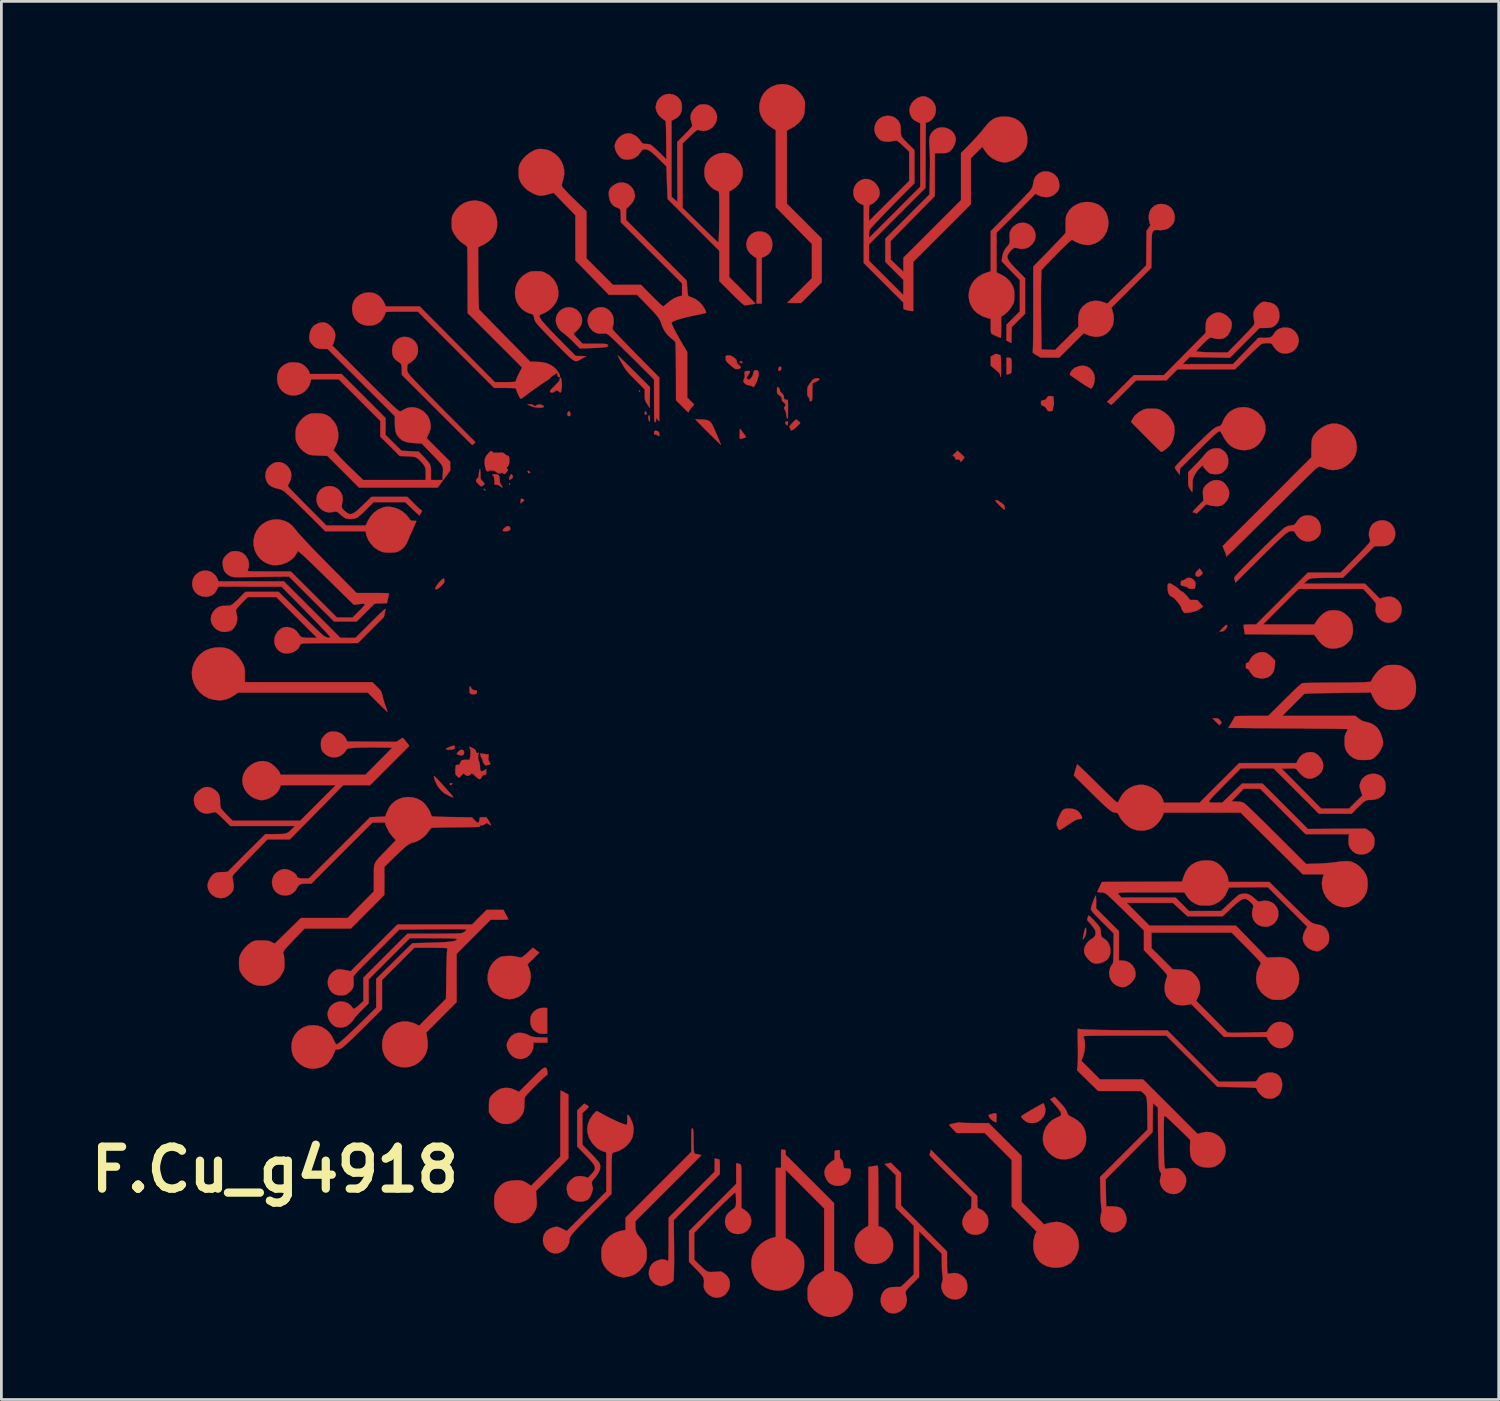
<source format=kicad_pcb>
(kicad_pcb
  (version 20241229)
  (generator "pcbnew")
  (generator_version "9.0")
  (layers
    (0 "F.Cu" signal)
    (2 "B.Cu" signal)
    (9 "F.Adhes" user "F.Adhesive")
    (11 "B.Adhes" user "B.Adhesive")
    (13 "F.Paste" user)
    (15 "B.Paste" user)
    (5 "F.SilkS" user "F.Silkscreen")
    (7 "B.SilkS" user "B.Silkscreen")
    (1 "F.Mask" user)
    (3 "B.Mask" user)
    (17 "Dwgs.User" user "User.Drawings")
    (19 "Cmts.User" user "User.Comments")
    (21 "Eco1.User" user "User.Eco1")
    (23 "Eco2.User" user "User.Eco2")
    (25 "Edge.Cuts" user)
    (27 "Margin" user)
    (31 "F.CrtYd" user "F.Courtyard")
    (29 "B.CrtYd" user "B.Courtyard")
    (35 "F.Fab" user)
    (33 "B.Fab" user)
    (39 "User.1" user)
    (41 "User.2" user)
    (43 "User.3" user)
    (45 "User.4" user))
  (footprint "F.Cu_g4918"
    (layer "F.Cu")
    (at 6.938 39.454)
    (property "Reference" "F.Cu_g4918" (at 0 0 0) (layer "F.SilkS") (effects (font (size 1.524 1.524) (thickness 0.3))))
    (attr through_hole)
    (fp_poly (pts (xy 7.624 -24.729) (xy 7.641 -24.712) (xy 7.654 -24.687) (xy 7.646 -24.68) (xy 7.616 -24.695) (xy 7.599 -24.712) (xy 7.586 -24.738) (xy 7.594 -24.744) (xy 7.624 -24.729)) (stroke (width 0.01) (type solid)) (fill yes) (layer "F.Cu"))
    (fp_poly (pts (xy 8.53 -24.945) (xy 8.551 -24.918) (xy 8.551 -24.912) (xy 8.535 -24.893) (xy 8.53 -24.892) (xy 8.512 -24.909) (xy 8.509 -24.925) (xy 8.519 -24.947) (xy 8.53 -24.945)) (stroke (width 0.01) (type solid)) (fill yes) (layer "F.Cu"))
    (fp_poly (pts (xy 13.254 -28.304) (xy 13.27 -28.277) (xy 13.268 -28.268) (xy 13.246 -28.269) (xy 13.243 -28.272) (xy 13.229 -28.304) (xy 13.229 -28.308) (xy 13.24 -28.315) (xy 13.254 -28.304)) (stroke (width 0.01) (type solid)) (fill yes) (layer "F.Cu"))
    (fp_poly (pts (xy 6.425 -14.047) (xy 6.449 -14.03) (xy 6.435 -14.002) (xy 6.434 -14.001) (xy 6.397 -13.972) (xy 6.366 -13.984) (xy 6.359 -13.993) (xy 6.358 -14.025) (xy 6.384 -14.047) (xy 6.423 -14.047) (xy 6.425 -14.047)) (stroke (width 0.01) (type solid)) (fill yes) (layer "F.Cu"))
    (fp_poly (pts (xy 9.23 -25.387) (xy 9.255 -25.37) (xy 9.28 -25.344) (xy 9.268 -25.322) (xy 9.264 -25.319) (xy 9.231 -25.307) (xy 9.211 -25.32) (xy 9.191 -25.354) (xy 9.188 -25.386) (xy 9.202 -25.399) (xy 9.23 -25.387)) (stroke (width 0.01) (type solid)) (fill yes) (layer "F.Cu"))
    (fp_poly (pts (xy 13.499 -27.526) (xy 13.506 -27.514) (xy 13.519 -27.475) (xy 13.502 -27.451) (xy 13.501 -27.451) (xy 13.463 -27.434) (xy 13.445 -27.45) (xy 13.441 -27.495) (xy 13.449 -27.545) (xy 13.47 -27.556) (xy 13.499 -27.526)) (stroke (width 0.01) (type solid)) (fill yes) (layer "F.Cu"))
    (fp_poly (pts (xy 16.942 -29.374) (xy 16.976 -29.361) (xy 16.991 -29.345) (xy 16.984 -29.319) (xy 16.954 -29.308) (xy 16.92 -29.317) (xy 16.915 -29.322) (xy 16.893 -29.353) (xy 16.891 -29.364) (xy 16.907 -29.376) (xy 16.942 -29.374)) (stroke (width 0.01) (type solid)) (fill yes) (layer "F.Cu"))
    (fp_poly (pts (xy 13.619 -27.4) (xy 13.629 -27.364) (xy 13.631 -27.294) (xy 13.629 -27.219) (xy 13.622 -27.184) (xy 13.608 -27.189) (xy 13.588 -27.232) (xy 13.571 -27.3) (xy 13.569 -27.359) (xy 13.581 -27.4) (xy 13.6 -27.411) (xy 13.619 -27.4)) (stroke (width 0.01) (type solid)) (fill yes) (layer "F.Cu"))
    (fp_poly (pts (xy 34.249 -16.399) (xy 34.296 -16.382) (xy 34.324 -16.357) (xy 34.374 -16.298) (xy 34.399 -16.261) (xy 34.4 -16.235) (xy 34.382 -16.21) (xy 34.368 -16.196) (xy 34.32 -16.151) (xy 34.069 -16.404) (xy 34.176 -16.404) (xy 34.249 -16.399)) (stroke (width 0.01) (type solid)) (fill yes) (layer "F.Cu"))
    (fp_poly (pts (xy 9.005 -24.374) (xy 9.039 -24.351) (xy 9.059 -24.327) (xy 9.057 -24.315) (xy 9.037 -24.299) (xy 8.999 -24.266) (xy 8.991 -24.259) (xy 8.932 -24.207) (xy 8.932 -24.296) (xy 8.936 -24.353) (xy 8.949 -24.379) (xy 8.972 -24.384) (xy 9.005 -24.374)) (stroke (width 0.01) (type solid)) (fill yes) (layer "F.Cu"))
    (fp_poly (pts (xy 18.408 -29.147) (xy 18.405 -29.095) (xy 18.403 -29.09) (xy 18.375 -29.043) (xy 18.338 -29.022) (xy 18.305 -29.032) (xy 18.299 -29.041) (xy 18.292 -29.083) (xy 18.304 -29.133) (xy 18.33 -29.17) (xy 18.337 -29.174) (xy 18.383 -29.176) (xy 18.408 -29.147)) (stroke (width 0.01) (type solid)) (fill yes) (layer "F.Cu"))
    (fp_poly (pts (xy 18.644 -27.18) (xy 18.646 -27.132) (xy 18.644 -27.109) (xy 18.638 -27.061) (xy 18.625 -27.048) (xy 18.596 -27.062) (xy 18.59 -27.067) (xy 18.551 -27.108) (xy 18.545 -27.151) (xy 18.573 -27.184) (xy 18.586 -27.189) (xy 18.626 -27.196) (xy 18.644 -27.18)) (stroke (width 0.01) (type solid)) (fill yes) (layer "F.Cu"))
    (fp_poly (pts (xy 10.716 -27.538) (xy 10.721 -27.531) (xy 10.741 -27.484) (xy 10.742 -27.457) (xy 10.735 -27.419) (xy 10.733 -27.408) (xy 10.714 -27.387) (xy 10.677 -27.383) (xy 10.649 -27.396) (xy 10.628 -27.443) (xy 10.633 -27.5) (xy 10.66 -27.54) (xy 10.69 -27.556) (xy 10.716 -27.538)) (stroke (width 0.01) (type solid)) (fill yes) (layer "F.Cu"))
    (fp_poly (pts (xy 34.59 -19.799) (xy 34.608 -19.766) (xy 34.596 -19.714) (xy 34.556 -19.65) (xy 34.542 -19.633) (xy 34.49 -19.583) (xy 34.441 -19.561) (xy 34.4 -19.558) (xy 34.323 -19.558) (xy 34.448 -19.684) (xy 34.507 -19.74) (xy 34.555 -19.781) (xy 34.585 -19.799) (xy 34.59 -19.799)) (stroke (width 0.01) (type solid)) (fill yes) (layer "F.Cu"))
    (fp_poly (pts (xy 8.524 -23.373) (xy 8.552 -23.326) (xy 8.553 -23.264) (xy 8.517 -23.223) (xy 8.445 -23.202) (xy 8.389 -23.199) (xy 8.316 -23.203) (xy 8.281 -23.215) (xy 8.276 -23.226) (xy 8.29 -23.256) (xy 8.326 -23.301) (xy 8.348 -23.323) (xy 8.414 -23.372) (xy 8.475 -23.388) (xy 8.524 -23.373)) (stroke (width 0.01) (type solid)) (fill yes) (layer "F.Cu"))
    (fp_poly (pts (xy 8.611 -25.256) (xy 8.637 -25.218) (xy 8.654 -25.179) (xy 8.647 -25.152) (xy 8.612 -25.119) (xy 8.604 -25.112) (xy 8.55 -25.073) (xy 8.521 -25.064) (xy 8.509 -25.084) (xy 8.509 -25.094) (xy 8.517 -25.137) (xy 8.536 -25.191) (xy 8.56 -25.24) (xy 8.582 -25.27) (xy 8.589 -25.273) (xy 8.611 -25.256)) (stroke (width 0.01) (type solid)) (fill yes) (layer "F.Cu"))
    (fp_poly (pts (xy 26.703 -29.503) (xy 26.736 -29.489) (xy 26.758 -29.459) (xy 26.769 -29.404) (xy 26.775 -29.32) (xy 26.776 -29.208) (xy 26.775 -29.095) (xy 26.77 -29.017) (xy 26.759 -28.966) (xy 26.739 -28.936) (xy 26.705 -28.918) (xy 26.656 -28.907) (xy 26.654 -28.907) (xy 26.585 -28.894) (xy 26.585 -29.506) (xy 26.655 -29.506) (xy 26.703 -29.503)) (stroke (width 0.01) (type solid)) (fill yes) (layer "F.Cu"))
    (fp_poly (pts (xy 33.662 -21.772) (xy 33.697 -21.723) (xy 33.717 -21.687) (xy 33.718 -21.68) (xy 33.704 -21.655) (xy 33.67 -21.615) (xy 33.659 -21.605) (xy 33.596 -21.561) (xy 33.534 -21.549) (xy 33.483 -21.567) (xy 33.464 -21.591) (xy 33.45 -21.642) (xy 33.466 -21.696) (xy 33.516 -21.758) (xy 33.535 -21.777) (xy 33.606 -21.846) (xy 33.662 -21.772)) (stroke (width 0.01) (type solid)) (fill yes) (layer "F.Cu"))
    (fp_poly (pts (xy 6.538 -15.391) (xy 6.54 -15.363) (xy 6.531 -15.313) (xy 6.515 -15.287) (xy 6.482 -15.274) (xy 6.424 -15.265) (xy 6.354 -15.262) (xy 6.286 -15.263) (xy 6.234 -15.27) (xy 6.214 -15.28) (xy 6.225 -15.297) (xy 6.266 -15.323) (xy 6.326 -15.351) (xy 6.394 -15.378) (xy 6.46 -15.398) (xy 6.477 -15.402) (xy 6.521 -15.407) (xy 6.538 -15.391)) (stroke (width 0.01) (type solid)) (fill yes) (layer "F.Cu"))
    (fp_poly (pts (xy 13.889 -26.843) (xy 13.906 -26.836) (xy 13.949 -26.81) (xy 13.967 -26.774) (xy 13.97 -26.728) (xy 13.969 -26.677) (xy 13.966 -26.651) (xy 13.965 -26.65) (xy 13.946 -26.661) (xy 13.918 -26.681) (xy 13.865 -26.706) (xy 13.828 -26.712) (xy 13.793 -26.72) (xy 13.781 -26.751) (xy 13.78 -26.776) (xy 13.791 -26.833) (xy 13.828 -26.855) (xy 13.889 -26.843)) (stroke (width 0.01) (type solid)) (fill yes) (layer "F.Cu"))
    (fp_poly (pts (xy 6.841 -15.246) (xy 6.872 -15.2) (xy 6.879 -15.152) (xy 6.864 -15.095) (xy 6.838 -15.071) (xy 6.803 -15.055) (xy 6.791 -15.053) (xy 6.767 -15.057) (xy 6.718 -15.066) (xy 6.701 -15.068) (xy 6.647 -15.082) (xy 6.614 -15.098) (xy 6.611 -15.103) (xy 6.62 -15.13) (xy 6.65 -15.174) (xy 6.666 -15.193) (xy 6.73 -15.244) (xy 6.791 -15.261) (xy 6.841 -15.246)) (stroke (width 0.01) (type solid)) (fill yes) (layer "F.Cu"))
    (fp_poly (pts (xy 9.895 -5.874) (xy 9.895 -4.942) (xy 9.767 -4.936) (xy 9.681 -4.936) (xy 9.612 -4.951) (xy 9.536 -4.984) (xy 9.524 -4.99) (xy 9.412 -5.067) (xy 9.335 -5.164) (xy 9.293 -5.283) (xy 9.282 -5.406) (xy 9.29 -5.523) (xy 9.316 -5.613) (xy 9.365 -5.693) (xy 9.421 -5.753) (xy 9.531 -5.832) (xy 9.661 -5.874) (xy 9.78 -5.88) (xy 9.895 -5.874)) (stroke (width 0.01) (type solid)) (fill yes) (layer "F.Cu"))
    (fp_poly (pts (xy 29.466 -8.794) (xy 29.479 -8.764) (xy 29.485 -8.707) (xy 29.482 -8.636) (xy 29.473 -8.564) (xy 29.457 -8.506) (xy 29.456 -8.503) (xy 29.424 -8.442) (xy 29.391 -8.393) (xy 29.369 -8.369) (xy 29.361 -8.373) (xy 29.365 -8.41) (xy 29.369 -8.435) (xy 29.388 -8.541) (xy 29.409 -8.638) (xy 29.429 -8.717) (xy 29.448 -8.772) (xy 29.463 -8.794) (xy 29.466 -8.794)) (stroke (width 0.01) (type solid)) (fill yes) (layer "F.Cu"))
    (fp_poly (pts (xy 6.152 -21.465) (xy 6.159 -21.419) (xy 6.16 -21.403) (xy 6.156 -21.358) (xy 6.141 -21.319) (xy 6.108 -21.276) (xy 6.051 -21.218) (xy 6.034 -21.202) (xy 5.955 -21.131) (xy 5.897 -21.093) (xy 5.858 -21.084) (xy 5.831 -21.103) (xy 5.831 -21.104) (xy 5.833 -21.137) (xy 5.859 -21.191) (xy 5.903 -21.257) (xy 5.957 -21.327) (xy 6.015 -21.393) (xy 6.071 -21.446) (xy 6.117 -21.478) (xy 6.138 -21.484) (xy 6.152 -21.465)) (stroke (width 0.01) (type solid)) (fill yes) (layer "F.Cu"))
    (fp_poly (pts (xy 7.119 -17.537) (xy 7.123 -17.526) (xy 7.163 -17.459) (xy 7.229 -17.425) (xy 7.272 -17.42) (xy 7.322 -17.416) (xy 7.342 -17.397) (xy 7.345 -17.371) (xy 7.334 -17.322) (xy 7.319 -17.297) (xy 7.278 -17.279) (xy 7.215 -17.273) (xy 7.15 -17.28) (xy 7.107 -17.295) (xy 7.085 -17.318) (xy 7.073 -17.363) (xy 7.07 -17.439) (xy 7.07 -17.442) (xy 7.074 -17.516) (xy 7.085 -17.559) (xy 7.101 -17.567) (xy 7.119 -17.537)) (stroke (width 0.01) (type solid)) (fill yes) (layer "F.Cu"))
    (fp_poly (pts (xy 19.016 -27.21) (xy 19.062 -27.172) (xy 19.089 -27.144) (xy 19.092 -27.138) (xy 19.078 -27.117) (xy 19.041 -27.076) (xy 18.987 -27.021) (xy 18.971 -27.005) (xy 18.88 -26.924) (xy 18.811 -26.877) (xy 18.763 -26.866) (xy 18.747 -26.874) (xy 18.735 -26.906) (xy 18.733 -26.928) (xy 18.723 -26.96) (xy 18.711 -26.966) (xy 18.69 -26.979) (xy 18.703 -27.015) (xy 18.748 -27.074) (xy 18.815 -27.144) (xy 18.94 -27.268) (xy 19.016 -27.21)) (stroke (width 0.01) (type solid)) (fill yes) (layer "F.Cu"))
    (fp_poly (pts (xy 26.209 -2.046) (xy 26.219 -2.019) (xy 26.224 -1.966) (xy 26.226 -1.884) (xy 26.224 -1.805) (xy 26.218 -1.746) (xy 26.211 -1.716) (xy 26.208 -1.714) (xy 26.182 -1.725) (xy 26.134 -1.752) (xy 26.093 -1.777) (xy 26.032 -1.824) (xy 25.981 -1.879) (xy 25.947 -1.932) (xy 25.936 -1.973) (xy 25.943 -1.989) (xy 25.974 -2.003) (xy 26.031 -2.021) (xy 26.098 -2.038) (xy 26.159 -2.05) (xy 26.193 -2.053) (xy 26.209 -2.046)) (stroke (width 0.01) (type solid)) (fill yes) (layer "F.Cu"))
    (fp_poly (pts (xy 26.285 -24.31) (xy 26.354 -24.264) (xy 26.384 -24.243) (xy 26.453 -24.19) (xy 26.494 -24.152) (xy 26.515 -24.119) (xy 26.521 -24.082) (xy 26.522 -24.061) (xy 26.518 -24.01) (xy 26.508 -23.983) (xy 26.505 -23.982) (xy 26.485 -23.996) (xy 26.441 -24.034) (xy 26.382 -24.091) (xy 26.323 -24.149) (xy 26.251 -24.222) (xy 26.207 -24.271) (xy 26.185 -24.302) (xy 26.183 -24.319) (xy 26.197 -24.329) (xy 26.202 -24.33) (xy 26.236 -24.33) (xy 26.285 -24.31)) (stroke (width 0.01) (type solid)) (fill yes) (layer "F.Cu"))
    (fp_poly (pts (xy 16.915 -26.908) (xy 16.949 -26.867) (xy 16.992 -26.811) (xy 17.038 -26.748) (xy 17.08 -26.69) (xy 17.111 -26.644) (xy 17.124 -26.621) (xy 17.124 -26.621) (xy 17.105 -26.608) (xy 17.059 -26.591) (xy 17.038 -26.585) (xy 16.976 -26.568) (xy 16.929 -26.553) (xy 16.921 -26.55) (xy 16.907 -26.551) (xy 16.898 -26.573) (xy 16.893 -26.622) (xy 16.891 -26.705) (xy 16.891 -26.731) (xy 16.892 -26.816) (xy 16.894 -26.881) (xy 16.898 -26.919) (xy 16.9 -26.924) (xy 16.915 -26.908)) (stroke (width 0.01) (type solid)) (fill yes) (layer "F.Cu"))
    (fp_poly (pts (xy 5.798 -14.294) (xy 5.839 -14.26) (xy 5.902 -14.198) (xy 5.985 -14.11) (xy 6.075 -14.011) (xy 6.202 -13.869) (xy 6.303 -13.756) (xy 6.379 -13.67) (xy 6.433 -13.606) (xy 6.465 -13.564) (xy 6.479 -13.539) (xy 6.474 -13.53) (xy 6.454 -13.533) (xy 6.42 -13.545) (xy 6.373 -13.565) (xy 6.348 -13.575) (xy 6.173 -13.669) (xy 6.025 -13.795) (xy 5.906 -13.949) (xy 5.821 -14.128) (xy 5.811 -14.155) (xy 5.792 -14.223) (xy 5.782 -14.277) (xy 5.782 -14.298) (xy 5.798 -14.294)) (stroke (width 0.01) (type solid)) (fill yes) (layer "F.Cu"))
    (fp_poly (pts (xy 9.35 -27.805) (xy 9.399 -27.78) (xy 9.408 -27.772) (xy 9.435 -27.745) (xy 9.458 -27.744) (xy 9.495 -27.767) (xy 9.502 -27.773) (xy 9.553 -27.8) (xy 9.611 -27.805) (xy 9.647 -27.801) (xy 9.717 -27.782) (xy 9.761 -27.757) (xy 9.774 -27.728) (xy 9.756 -27.706) (xy 9.711 -27.693) (xy 9.638 -27.688) (xy 9.55 -27.691) (xy 9.461 -27.702) (xy 9.398 -27.715) (xy 9.324 -27.74) (xy 9.255 -27.768) (xy 9.239 -27.776) (xy 9.176 -27.811) (xy 9.273 -27.812) (xy 9.35 -27.805)) (stroke (width 0.01) (type solid)) (fill yes) (layer "F.Cu"))
    (fp_poly (pts (xy 24.933 -26.015) (xy 24.993 -25.961) (xy 25.038 -25.916) (xy 25.06 -25.888) (xy 25.061 -25.884) (xy 25.048 -25.859) (xy 25.014 -25.815) (xy 24.993 -25.79) (xy 24.924 -25.715) (xy 24.902 -25.764) (xy 24.879 -25.797) (xy 24.839 -25.809) (xy 24.803 -25.808) (xy 24.751 -25.809) (xy 24.727 -25.824) (xy 24.719 -25.86) (xy 24.698 -25.911) (xy 24.664 -25.928) (xy 24.639 -25.936) (xy 24.635 -25.95) (xy 24.654 -25.976) (xy 24.7 -26.023) (xy 24.71 -26.033) (xy 24.805 -26.126) (xy 24.933 -26.015)) (stroke (width 0.01) (type solid)) (fill yes) (layer "F.Cu"))
    (fp_poly (pts (xy 8.081 -25.265) (xy 8.133 -25.236) (xy 8.161 -25.18) (xy 8.17 -25.091) (xy 8.17 -25.078) (xy 8.177 -24.99) (xy 8.2 -24.922) (xy 8.223 -24.883) (xy 8.262 -24.82) (xy 8.273 -24.787) (xy 8.256 -24.786) (xy 8.211 -24.818) (xy 8.185 -24.84) (xy 8.109 -24.883) (xy 8.055 -24.892) (xy 7.985 -24.892) (xy 7.976 -25.042) (xy 7.968 -25.133) (xy 7.954 -25.189) (xy 7.932 -25.219) (xy 7.931 -25.219) (xy 7.901 -25.247) (xy 7.905 -25.264) (xy 7.946 -25.272) (xy 7.998 -25.273) (xy 8.081 -25.265)) (stroke (width 0.01) (type solid)) (fill yes) (layer "F.Cu"))
    (fp_poly (pts (xy 17.714 -34.088) (xy 17.842 -34.045) (xy 17.946 -33.97) (xy 18.022 -33.866) (xy 18.068 -33.737) (xy 18.079 -33.62) (xy 18.062 -33.473) (xy 18.012 -33.352) (xy 17.928 -33.256) (xy 17.81 -33.185) (xy 17.764 -33.167) (xy 17.695 -33.143) (xy 17.695 -31.475) (xy 17.505 -31.475) (xy 17.505 -33.12) (xy 17.395 -33.192) (xy 17.277 -33.284) (xy 17.197 -33.385) (xy 17.149 -33.5) (xy 17.142 -33.529) (xy 17.134 -33.665) (xy 17.163 -33.793) (xy 17.224 -33.906) (xy 17.314 -33.998) (xy 17.426 -34.063) (xy 17.557 -34.095) (xy 17.566 -34.095) (xy 17.714 -34.088)) (stroke (width 0.01) (type solid)) (fill yes) (layer "F.Cu"))
    (fp_poly (pts (xy 7.49 -15.126) (xy 7.529 -15.119) (xy 7.594 -15.109) (xy 7.649 -15.102) (xy 7.773 -15.088) (xy 7.76 -14.987) (xy 7.755 -14.917) (xy 7.766 -14.869) (xy 7.789 -14.832) (xy 7.827 -14.772) (xy 7.827 -14.733) (xy 7.792 -14.713) (xy 7.759 -14.711) (xy 7.709 -14.705) (xy 7.68 -14.689) (xy 7.679 -14.687) (xy 7.662 -14.686) (xy 7.63 -14.713) (xy 7.614 -14.731) (xy 7.577 -14.785) (xy 7.558 -14.835) (xy 7.556 -14.845) (xy 7.544 -14.898) (xy 7.522 -14.941) (xy 7.493 -14.997) (xy 7.471 -15.063) (xy 7.463 -15.111) (xy 7.471 -15.128) (xy 7.49 -15.126)) (stroke (width 0.01) (type solid)) (fill yes) (layer "F.Cu"))
    (fp_poly (pts (xy 26.248 -29.638) (xy 26.255 -29.634) (xy 26.309 -29.612) (xy 26.343 -29.604) (xy 26.357 -29.599) (xy 26.368 -29.587) (xy 26.376 -29.562) (xy 26.381 -29.518) (xy 26.385 -29.448) (xy 26.388 -29.348) (xy 26.39 -29.212) (xy 26.39 -29.203) (xy 26.391 -29.046) (xy 26.389 -28.927) (xy 26.385 -28.849) (xy 26.378 -28.811) (xy 26.374 -28.808) (xy 26.359 -28.826) (xy 26.352 -28.87) (xy 26.352 -28.871) (xy 26.348 -28.904) (xy 26.329 -28.938) (xy 26.29 -28.98) (xy 26.227 -29.037) (xy 26.183 -29.074) (xy 26.014 -29.214) (xy 26.014 -29.545) (xy 26.111 -29.602) (xy 26.173 -29.635) (xy 26.214 -29.646) (xy 26.248 -29.638)) (stroke (width 0.01) (type solid)) (fill yes) (layer "F.Cu"))
    (fp_poly (pts (xy 29.492 -29.193) (xy 29.605 -29.135) (xy 29.699 -29.041) (xy 29.744 -28.97) (xy 29.778 -28.871) (xy 29.791 -28.756) (xy 29.783 -28.638) (xy 29.757 -28.528) (xy 29.713 -28.437) (xy 29.672 -28.39) (xy 29.653 -28.388) (xy 29.618 -28.4) (xy 29.563 -28.43) (xy 29.483 -28.479) (xy 29.375 -28.549) (xy 29.285 -28.609) (xy 29.174 -28.684) (xy 29.075 -28.752) (xy 28.992 -28.809) (xy 28.932 -28.852) (xy 28.9 -28.876) (xy 28.898 -28.878) (xy 28.891 -28.912) (xy 28.91 -28.964) (xy 28.948 -29.024) (xy 28.999 -29.083) (xy 29.057 -29.131) (xy 29.084 -29.147) (xy 29.226 -29.2) (xy 29.364 -29.215) (xy 29.492 -29.193)) (stroke (width 0.01) (type solid)) (fill yes) (layer "F.Cu"))
    (fp_poly (pts (xy 10.398 -28.76) (xy 10.403 -28.75) (xy 10.419 -28.687) (xy 10.427 -28.606) (xy 10.429 -28.514) (xy 10.426 -28.423) (xy 10.416 -28.34) (xy 10.402 -28.276) (xy 10.384 -28.241) (xy 10.374 -28.236) (xy 10.349 -28.25) (xy 10.319 -28.279) (xy 10.277 -28.311) (xy 10.245 -28.321) (xy 10.204 -28.306) (xy 10.171 -28.279) (xy 10.124 -28.248) (xy 10.069 -28.237) (xy 10.02 -28.247) (xy 9.997 -28.271) (xy 10.001 -28.298) (xy 10.03 -28.34) (xy 10.086 -28.403) (xy 10.167 -28.484) (xy 10.248 -28.564) (xy 10.302 -28.624) (xy 10.334 -28.668) (xy 10.348 -28.703) (xy 10.351 -28.724) (xy 10.358 -28.772) (xy 10.376 -28.785) (xy 10.398 -28.76)) (stroke (width 0.01) (type solid)) (fill yes) (layer "F.Cu"))
    (fp_poly (pts (xy 16.57 -29.579) (xy 16.644 -29.54) (xy 16.682 -29.513) (xy 16.742 -29.463) (xy 16.773 -29.424) (xy 16.784 -29.383) (xy 16.785 -29.365) (xy 16.794 -29.311) (xy 16.829 -29.266) (xy 16.859 -29.24) (xy 16.917 -29.188) (xy 16.935 -29.149) (xy 16.913 -29.12) (xy 16.849 -29.1) (xy 16.815 -29.094) (xy 16.776 -29.09) (xy 16.743 -29.095) (xy 16.706 -29.113) (xy 16.657 -29.148) (xy 16.588 -29.206) (xy 16.56 -29.23) (xy 16.483 -29.297) (xy 16.433 -29.345) (xy 16.403 -29.383) (xy 16.388 -29.418) (xy 16.381 -29.459) (xy 16.38 -29.474) (xy 16.379 -29.537) (xy 16.394 -29.573) (xy 16.435 -29.588) (xy 16.504 -29.591) (xy 16.57 -29.579)) (stroke (width 0.01) (type solid)) (fill yes) (layer "F.Cu"))
    (fp_poly (pts (xy 28.199 -28.111) (xy 28.289 -28.099) (xy 28.305 -27.943) (xy 28.311 -27.842) (xy 28.306 -27.774) (xy 28.294 -27.742) (xy 28.275 -27.686) (xy 28.268 -27.633) (xy 28.264 -27.593) (xy 28.246 -27.573) (xy 28.2 -27.565) (xy 28.18 -27.563) (xy 28.126 -27.562) (xy 28.093 -27.574) (xy 28.064 -27.61) (xy 28.042 -27.648) (xy 28 -27.711) (xy 27.957 -27.741) (xy 27.936 -27.745) (xy 27.873 -27.767) (xy 27.841 -27.816) (xy 27.838 -27.88) (xy 27.846 -27.926) (xy 27.869 -27.949) (xy 27.918 -27.96) (xy 27.929 -27.961) (xy 27.999 -27.981) (xy 28.036 -28.017) (xy 28.072 -28.079) (xy 28.111 -28.109) (xy 28.165 -28.114) (xy 28.199 -28.111)) (stroke (width 0.01) (type solid)) (fill yes) (layer "F.Cu"))
    (fp_poly (pts (xy 33.284 -21.5) (xy 33.332 -21.479) (xy 33.383 -21.433) (xy 33.39 -21.426) (xy 33.435 -21.376) (xy 33.456 -21.336) (xy 33.459 -21.288) (xy 33.454 -21.242) (xy 33.444 -21.178) (xy 33.435 -21.132) (xy 33.43 -21.12) (xy 33.405 -21.11) (xy 33.352 -21.104) (xy 33.32 -21.103) (xy 33.243 -21.11) (xy 33.19 -21.135) (xy 33.173 -21.15) (xy 33.109 -21.189) (xy 33.026 -21.208) (xy 32.965 -21.217) (xy 32.934 -21.231) (xy 32.922 -21.262) (xy 32.918 -21.302) (xy 32.922 -21.371) (xy 32.95 -21.408) (xy 33.008 -21.42) (xy 33.011 -21.42) (xy 33.059 -21.436) (xy 33.094 -21.463) (xy 33.145 -21.495) (xy 33.222 -21.505) (xy 33.223 -21.505) (xy 33.284 -21.5)) (stroke (width 0.01) (type solid)) (fill yes) (layer "F.Cu"))
    (fp_poly (pts (xy 7.462 -25.444) (xy 7.468 -25.392) (xy 7.471 -25.316) (xy 7.472 -25.277) (xy 7.472 -25.187) (xy 7.476 -25.129) (xy 7.487 -25.089) (xy 7.508 -25.058) (xy 7.542 -25.023) (xy 7.546 -25.019) (xy 7.589 -24.972) (xy 7.616 -24.934) (xy 7.62 -24.922) (xy 7.604 -24.895) (xy 7.566 -24.862) (xy 7.523 -24.836) (xy 7.498 -24.828) (xy 7.475 -24.843) (xy 7.433 -24.879) (xy 7.388 -24.923) (xy 7.337 -24.977) (xy 7.313 -25.012) (xy 7.309 -25.041) (xy 7.32 -25.072) (xy 7.349 -25.116) (xy 7.376 -25.138) (xy 7.4 -25.167) (xy 7.408 -25.209) (xy 7.412 -25.282) (xy 7.421 -25.355) (xy 7.433 -25.417) (xy 7.446 -25.456) (xy 7.454 -25.463) (xy 7.462 -25.444)) (stroke (width 0.01) (type solid)) (fill yes) (layer "F.Cu"))
    (fp_poly (pts (xy 12.476 -29.578) (xy 12.519 -29.539) (xy 12.585 -29.476) (xy 12.672 -29.392) (xy 12.775 -29.291) (xy 12.892 -29.176) (xy 13.018 -29.05) (xy 13.051 -29.018) (xy 13.632 -28.436) (xy 13.627 -28.056) (xy 13.621 -27.677) (xy 13.531 -27.82) (xy 13.488 -27.889) (xy 13.462 -27.942) (xy 13.448 -27.992) (xy 13.442 -28.053) (xy 13.441 -28.14) (xy 13.441 -28.158) (xy 13.441 -28.352) (xy 13.103 -28.691) (xy 12.991 -28.804) (xy 12.903 -28.894) (xy 12.835 -28.969) (xy 12.78 -29.035) (xy 12.732 -29.1) (xy 12.687 -29.17) (xy 12.637 -29.253) (xy 12.607 -29.305) (xy 12.553 -29.402) (xy 12.508 -29.485) (xy 12.476 -29.548) (xy 12.46 -29.584) (xy 12.459 -29.59) (xy 12.476 -29.578)) (stroke (width 0.01) (type solid)) (fill yes) (layer "F.Cu"))
    (fp_poly (pts (xy 15.432 -27.263) (xy 15.493 -27.26) (xy 15.599 -27.252) (xy 15.682 -27.242) (xy 15.747 -27.225) (xy 15.8 -27.196) (xy 15.846 -27.151) (xy 15.89 -27.085) (xy 15.936 -26.992) (xy 15.991 -26.869) (xy 16.039 -26.757) (xy 16.091 -26.635) (xy 16.136 -26.527) (xy 16.172 -26.438) (xy 16.197 -26.375) (xy 16.208 -26.343) (xy 16.208 -26.34) (xy 16.192 -26.352) (xy 16.15 -26.392) (xy 16.085 -26.454) (xy 16.002 -26.535) (xy 15.903 -26.632) (xy 15.793 -26.742) (xy 15.742 -26.793) (xy 15.628 -26.907) (xy 15.524 -27.012) (xy 15.434 -27.103) (xy 15.362 -27.177) (xy 15.311 -27.231) (xy 15.285 -27.259) (xy 15.282 -27.263) (xy 15.302 -27.266) (xy 15.355 -27.266) (xy 15.432 -27.263)) (stroke (width 0.01) (type solid)) (fill yes) (layer "F.Cu"))
    (fp_poly (pts (xy 9.111 -4.939) (xy 9.226 -4.887) (xy 9.277 -4.859) (xy 9.321 -4.84) (xy 9.369 -4.827) (xy 9.43 -4.819) (xy 9.514 -4.813) (xy 9.626 -4.809) (xy 9.906 -4.799) (xy 9.906 -4.614) (xy 9.398 -4.614) (xy 9.398 -4.534) (xy 9.38 -4.39) (xy 9.328 -4.263) (xy 9.247 -4.158) (xy 9.143 -4.079) (xy 9.019 -4.033) (xy 8.917 -4.022) (xy 8.834 -4.031) (xy 8.75 -4.053) (xy 8.73 -4.061) (xy 8.625 -4.13) (xy 8.535 -4.228) (xy 8.468 -4.345) (xy 8.43 -4.469) (xy 8.425 -4.534) (xy 8.439 -4.605) (xy 8.477 -4.691) (xy 8.53 -4.779) (xy 8.591 -4.854) (xy 8.61 -4.872) (xy 8.713 -4.938) (xy 8.836 -4.971) (xy 8.971 -4.971) (xy 9.111 -4.939)) (stroke (width 0.01) (type solid)) (fill yes) (layer "F.Cu"))
    (fp_poly (pts (xy 27.944 -2.394) (xy 27.963 -2.347) (xy 27.982 -2.284) (xy 27.996 -2.219) (xy 28.003 -2.164) (xy 28.003 -2.158) (xy 27.983 -2.034) (xy 27.927 -1.917) (xy 27.839 -1.814) (xy 27.727 -1.735) (xy 27.724 -1.734) (xy 27.638 -1.706) (xy 27.532 -1.695) (xy 27.424 -1.7) (xy 27.335 -1.723) (xy 27.335 -1.723) (xy 27.284 -1.754) (xy 27.226 -1.801) (xy 27.172 -1.854) (xy 27.131 -1.902) (xy 27.115 -1.937) (xy 27.114 -1.938) (xy 27.132 -1.953) (xy 27.18 -1.985) (xy 27.252 -2.03) (xy 27.342 -2.084) (xy 27.443 -2.144) (xy 27.549 -2.206) (xy 27.653 -2.266) (xy 27.749 -2.32) (xy 27.831 -2.365) (xy 27.892 -2.397) (xy 27.926 -2.412) (xy 27.929 -2.413) (xy 27.944 -2.394)) (stroke (width 0.01) (type solid)) (fill yes) (layer "F.Cu"))
    (fp_poly (pts (xy 29.01 -13.109) (xy 29.131 -13.065) (xy 29.226 -12.989) (xy 29.297 -12.886) (xy 29.329 -12.814) (xy 29.335 -12.77) (xy 29.312 -12.748) (xy 29.26 -12.742) (xy 29.258 -12.742) (xy 29.198 -12.736) (xy 29.134 -12.717) (xy 29.06 -12.683) (xy 28.968 -12.629) (xy 28.853 -12.553) (xy 28.779 -12.502) (xy 28.691 -12.442) (xy 28.614 -12.392) (xy 28.556 -12.357) (xy 28.523 -12.341) (xy 28.52 -12.34) (xy 28.494 -12.357) (xy 28.461 -12.401) (xy 28.448 -12.424) (xy 28.42 -12.491) (xy 28.41 -12.555) (xy 28.417 -12.626) (xy 28.444 -12.713) (xy 28.492 -12.825) (xy 28.505 -12.852) (xy 28.559 -12.961) (xy 28.606 -13.036) (xy 28.654 -13.084) (xy 28.711 -13.11) (xy 28.785 -13.121) (xy 28.86 -13.123) (xy 29.01 -13.109)) (stroke (width 0.01) (type solid)) (fill yes) (layer "F.Cu"))
    (fp_poly (pts (xy 19.775 -28.749) (xy 19.788 -28.725) (xy 19.764 -28.691) (xy 19.759 -28.688) (xy 19.713 -28.659) (xy 19.65 -28.626) (xy 19.627 -28.616) (xy 19.538 -28.577) (xy 19.532 -28.253) (xy 19.53 -28.13) (xy 19.527 -28.042) (xy 19.523 -27.985) (xy 19.516 -27.95) (xy 19.506 -27.932) (xy 19.491 -27.925) (xy 19.479 -27.923) (xy 19.444 -27.925) (xy 19.432 -27.952) (xy 19.431 -27.978) (xy 19.416 -28.039) (xy 19.389 -28.078) (xy 19.366 -28.105) (xy 19.353 -28.144) (xy 19.347 -28.206) (xy 19.346 -28.277) (xy 19.347 -28.354) (xy 19.353 -28.41) (xy 19.369 -28.456) (xy 19.399 -28.508) (xy 19.448 -28.578) (xy 19.457 -28.59) (xy 19.512 -28.664) (xy 19.552 -28.711) (xy 19.588 -28.737) (xy 19.627 -28.751) (xy 19.659 -28.757) (xy 19.731 -28.761) (xy 19.775 -28.749)) (stroke (width 0.01) (type solid)) (fill yes) (layer "F.Cu"))
    (fp_poly (pts (xy 35.977 -18.799) (xy 36.063 -18.761) (xy 36.154 -18.692) (xy 36.214 -18.636) (xy 36.349 -18.501) (xy 36.339 -18.336) (xy 36.315 -18.178) (xy 36.265 -18.052) (xy 36.188 -17.957) (xy 36.083 -17.893) (xy 35.984 -17.865) (xy 35.919 -17.853) (xy 35.873 -17.847) (xy 35.859 -17.846) (xy 35.832 -17.851) (xy 35.778 -17.86) (xy 35.748 -17.865) (xy 35.679 -17.88) (xy 35.622 -17.898) (xy 35.608 -17.904) (xy 35.558 -17.943) (xy 35.499 -18.006) (xy 35.443 -18.08) (xy 35.408 -18.137) (xy 35.367 -18.187) (xy 35.328 -18.203) (xy 35.302 -18.209) (xy 35.289 -18.231) (xy 35.285 -18.282) (xy 35.285 -18.309) (xy 35.287 -18.372) (xy 35.296 -18.404) (xy 35.317 -18.414) (xy 35.332 -18.415) (xy 35.366 -18.425) (xy 35.398 -18.461) (xy 35.433 -18.526) (xy 35.512 -18.644) (xy 35.619 -18.733) (xy 35.751 -18.789) (xy 35.78 -18.796) (xy 35.886 -18.809) (xy 35.977 -18.799)) (stroke (width 0.01) (type solid)) (fill yes) (layer "F.Cu"))
    (fp_poly (pts (xy 31.962 -27.653) (xy 32.038 -27.648) (xy 32.098 -27.637) (xy 32.154 -27.618) (xy 32.2 -27.597) (xy 32.342 -27.51) (xy 32.473 -27.393) (xy 32.58 -27.256) (xy 32.624 -27.18) (xy 32.657 -27.107) (xy 32.678 -27.047) (xy 32.688 -26.983) (xy 32.691 -26.901) (xy 32.691 -26.85) (xy 32.676 -26.667) (xy 32.631 -26.507) (xy 32.554 -26.359) (xy 32.548 -26.349) (xy 32.51 -26.305) (xy 32.453 -26.251) (xy 32.387 -26.194) (xy 32.319 -26.142) (xy 32.26 -26.102) (xy 32.219 -26.082) (xy 32.209 -26.081) (xy 32.189 -26.096) (xy 32.143 -26.138) (xy 32.074 -26.204) (xy 31.986 -26.29) (xy 31.882 -26.392) (xy 31.767 -26.508) (xy 31.648 -26.628) (xy 31.111 -27.172) (xy 31.156 -27.261) (xy 31.249 -27.399) (xy 31.374 -27.512) (xy 31.49 -27.582) (xy 31.558 -27.615) (xy 31.613 -27.636) (xy 31.668 -27.648) (xy 31.737 -27.653) (xy 31.832 -27.654) (xy 31.856 -27.654) (xy 31.962 -27.653)) (stroke (width 0.01) (type solid)) (fill yes) (layer "F.Cu"))
    (fp_poly (pts (xy 34.34 -25.045) (xy 34.449 -24.994) (xy 34.519 -24.935) (xy 34.611 -24.817) (xy 34.665 -24.69) (xy 34.681 -24.56) (xy 34.658 -24.432) (xy 34.597 -24.312) (xy 34.511 -24.217) (xy 34.453 -24.171) (xy 34.399 -24.137) (xy 34.382 -24.129) (xy 34.306 -24.113) (xy 34.204 -24.11) (xy 34.092 -24.119) (xy 33.983 -24.14) (xy 33.967 -24.144) (xy 33.842 -24.179) (xy 33.669 -24.006) (xy 33.586 -23.925) (xy 33.529 -23.872) (xy 33.492 -23.844) (xy 33.472 -23.837) (xy 33.465 -23.849) (xy 33.465 -23.855) (xy 33.446 -23.871) (xy 33.413 -23.876) (xy 33.369 -23.882) (xy 33.35 -23.893) (xy 33.361 -23.914) (xy 33.396 -23.958) (xy 33.452 -24.019) (xy 33.522 -24.092) (xy 33.541 -24.11) (xy 33.742 -24.31) (xy 33.728 -24.5) (xy 33.723 -24.613) (xy 33.728 -24.695) (xy 33.746 -24.76) (xy 33.782 -24.817) (xy 33.839 -24.881) (xy 33.848 -24.89) (xy 33.967 -24.988) (xy 34.091 -25.044) (xy 34.211 -25.061) (xy 34.34 -25.045)) (stroke (width 0.01) (type solid)) (fill yes) (layer "F.Cu"))
    (fp_poly (pts (xy 9.494 -7.978) (xy 9.612 -7.888) (xy 9.179 -7.453) (xy 9.239 -7.32) (xy 9.287 -7.164) (xy 9.298 -6.991) (xy 9.273 -6.808) (xy 9.251 -6.729) (xy 9.186 -6.586) (xy 9.09 -6.459) (xy 8.969 -6.352) (xy 8.831 -6.27) (xy 8.682 -6.216) (xy 8.529 -6.195) (xy 8.379 -6.21) (xy 8.363 -6.214) (xy 8.206 -6.271) (xy 8.059 -6.353) (xy 7.935 -6.451) (xy 7.904 -6.483) (xy 7.813 -6.615) (xy 7.755 -6.764) (xy 7.73 -6.923) (xy 7.737 -7.086) (xy 7.773 -7.246) (xy 7.839 -7.396) (xy 7.932 -7.531) (xy 8.051 -7.643) (xy 8.131 -7.694) (xy 8.189 -7.724) (xy 8.244 -7.743) (xy 8.307 -7.754) (xy 8.391 -7.761) (xy 8.46 -7.765) (xy 8.583 -7.767) (xy 8.677 -7.761) (xy 8.756 -7.747) (xy 8.792 -7.736) (xy 8.866 -7.718) (xy 8.932 -7.711) (xy 8.962 -7.713) (xy 8.998 -7.732) (xy 9.055 -7.775) (xy 9.126 -7.834) (xy 9.195 -7.897) (xy 9.375 -8.067) (xy 9.494 -7.978)) (stroke (width 0.01) (type solid)) (fill yes) (layer "F.Cu"))
    (fp_poly (pts (xy 17.521 -29.049) (xy 17.553 -29.035) (xy 17.57 -29.013) (xy 17.577 -28.972) (xy 17.577 -28.9) (xy 17.577 -28.9) (xy 17.562 -28.791) (xy 17.525 -28.669) (xy 17.473 -28.551) (xy 17.417 -28.463) (xy 17.392 -28.438) (xy 17.368 -28.446) (xy 17.354 -28.46) (xy 17.311 -28.483) (xy 17.248 -28.498) (xy 17.232 -28.499) (xy 17.149 -28.517) (xy 17.082 -28.564) (xy 17.033 -28.622) (xy 17.021 -28.673) (xy 17.043 -28.728) (xy 17.052 -28.741) (xy 17.072 -28.787) (xy 17.076 -28.849) (xy 17.071 -28.893) (xy 17.065 -28.962) (xy 17.077 -29.001) (xy 17.115 -29.019) (xy 17.187 -29.027) (xy 17.192 -29.027) (xy 17.246 -29.02) (xy 17.265 -28.993) (xy 17.25 -28.944) (xy 17.2 -28.871) (xy 17.2 -28.871) (xy 17.159 -28.816) (xy 17.141 -28.783) (xy 17.145 -28.759) (xy 17.16 -28.74) (xy 17.198 -28.709) (xy 17.235 -28.709) (xy 17.28 -28.743) (xy 17.312 -28.777) (xy 17.364 -28.854) (xy 17.378 -28.922) (xy 17.393 -28.994) (xy 17.432 -29.041) (xy 17.488 -29.056) (xy 17.521 -29.049)) (stroke (width 0.01) (type solid)) (fill yes) (layer "F.Cu"))
    (fp_poly (pts (xy 18.591 -39.434) (xy 18.742 -39.39) (xy 18.86 -39.329) (xy 18.978 -39.237) (xy 19.086 -39.126) (xy 19.174 -39.005) (xy 19.201 -38.955) (xy 19.23 -38.894) (xy 19.249 -38.845) (xy 19.259 -38.797) (xy 19.262 -38.737) (xy 19.26 -38.654) (xy 19.257 -38.587) (xy 19.25 -38.474) (xy 19.24 -38.391) (xy 19.225 -38.326) (xy 19.202 -38.267) (xy 19.189 -38.239) (xy 19.115 -38.125) (xy 19.008 -38.012) (xy 18.879 -37.91) (xy 18.751 -37.834) (xy 18.605 -37.761) (xy 18.605 -35.105) (xy 19.241 -34.47) (xy 19.875 -33.835) (xy 19.875 -32.248) (xy 19.5 -31.872) (xy 19.125 -31.496) (xy 18.616 -31.496) (xy 19.516 -32.396) (xy 19.516 -33.638) (xy 18.86 -34.306) (xy 18.203 -34.974) (xy 18.203 -37.773) (xy 18.057 -37.863) (xy 17.891 -37.986) (xy 17.761 -38.127) (xy 17.668 -38.282) (xy 17.615 -38.45) (xy 17.601 -38.629) (xy 17.619 -38.775) (xy 17.677 -38.959) (xy 17.768 -39.117) (xy 17.89 -39.248) (xy 18.042 -39.349) (xy 18.223 -39.419) (xy 18.245 -39.425) (xy 18.417 -39.449) (xy 18.591 -39.434)) (stroke (width 0.01) (type solid)) (fill yes) (layer "F.Cu"))
    (fp_poly (pts (xy 20.522 -0.708) (xy 20.529 -0.679) (xy 20.531 -0.621) (xy 20.532 -0.564) (xy 20.533 -0.481) (xy 20.538 -0.429) (xy 20.551 -0.397) (xy 20.574 -0.376) (xy 20.583 -0.37) (xy 20.618 -0.335) (xy 20.639 -0.28) (xy 20.648 -0.226) (xy 20.66 -0.138) (xy 20.673 -0.084) (xy 20.693 -0.055) (xy 20.727 -0.044) (xy 20.782 -0.042) (xy 20.795 -0.042) (xy 20.862 -0.04) (xy 20.903 -0.026) (xy 20.925 0.007) (xy 20.933 0.067) (xy 20.934 0.14) (xy 20.915 0.271) (xy 20.861 0.384) (xy 20.779 0.477) (xy 20.675 0.544) (xy 20.554 0.583) (xy 20.423 0.59) (xy 20.289 0.561) (xy 20.183 0.511) (xy 20.104 0.442) (xy 20.042 0.35) (xy 19.985 0.214) (xy 19.969 0.087) (xy 19.994 -0.032) (xy 20.06 -0.144) (xy 20.167 -0.249) (xy 20.234 -0.299) (xy 20.34 -0.37) (xy 20.341 -0.534) (xy 20.342 -0.617) (xy 20.346 -0.666) (xy 20.356 -0.69) (xy 20.374 -0.698) (xy 20.389 -0.699) (xy 20.45 -0.705) (xy 20.484 -0.712) (xy 20.508 -0.716) (xy 20.522 -0.708)) (stroke (width 0.01) (type solid)) (fill yes) (layer "F.Cu"))
    (fp_poly (pts (xy 32.578 -21.286) (xy 32.594 -21.275) (xy 32.656 -21.233) (xy 32.713 -21.201) (xy 32.764 -21.169) (xy 32.826 -21.118) (xy 32.86 -21.084) (xy 32.912 -21.037) (xy 32.959 -21.005) (xy 32.981 -20.997) (xy 33.011 -20.982) (xy 33.058 -20.94) (xy 33.114 -20.881) (xy 33.141 -20.85) (xy 33.263 -20.702) (xy 33.394 -20.702) (xy 33.525 -20.701) (xy 33.626 -20.582) (xy 33.728 -20.463) (xy 33.655 -20.402) (xy 33.546 -20.333) (xy 33.409 -20.28) (xy 33.255 -20.247) (xy 33.198 -20.241) (xy 33.048 -20.23) (xy 32.991 -20.303) (xy 32.956 -20.36) (xy 32.937 -20.411) (xy 32.935 -20.423) (xy 32.922 -20.461) (xy 32.886 -20.518) (xy 32.836 -20.587) (xy 32.777 -20.658) (xy 32.718 -20.724) (xy 32.665 -20.775) (xy 32.625 -20.804) (xy 32.615 -20.807) (xy 32.577 -20.822) (xy 32.53 -20.859) (xy 32.517 -20.872) (xy 32.482 -20.92) (xy 32.461 -20.977) (xy 32.448 -21.057) (xy 32.446 -21.078) (xy 32.441 -21.156) (xy 32.44 -21.221) (xy 32.443 -21.255) (xy 32.472 -21.296) (xy 32.52 -21.307) (xy 32.578 -21.286)) (stroke (width 0.01) (type solid)) (fill yes) (layer "F.Cu"))
    (fp_poly (pts (xy 10.823 -31.321) (xy 10.947 -31.26) (xy 11.024 -31.196) (xy 11.11 -31.084) (xy 11.158 -30.963) (xy 11.166 -30.836) (xy 11.137 -30.709) (xy 11.069 -30.588) (xy 10.965 -30.478) (xy 10.91 -30.43) (xy 10.872 -30.391) (xy 10.858 -30.371) (xy 10.872 -30.349) (xy 10.91 -30.304) (xy 10.965 -30.242) (xy 11.02 -30.183) (xy 11.182 -30.014) (xy 11.62 -30.014) (xy 11.768 -30.014) (xy 11.879 -30.013) (xy 11.96 -30.011) (xy 12.015 -30.006) (xy 12.052 -30) (xy 12.076 -29.99) (xy 12.092 -29.977) (xy 12.096 -29.973) (xy 12.117 -29.945) (xy 12.112 -29.927) (xy 12.075 -29.908) (xy 12.061 -29.902) (xy 12.013 -29.889) (xy 11.933 -29.879) (xy 11.818 -29.869) (xy 11.665 -29.862) (xy 11.534 -29.857) (xy 11.081 -29.842) (xy 10.848 -30.078) (xy 10.756 -30.168) (xy 10.663 -30.254) (xy 10.577 -30.328) (xy 10.507 -30.383) (xy 10.488 -30.396) (xy 10.37 -30.494) (xy 10.284 -30.607) (xy 10.23 -30.73) (xy 10.209 -30.856) (xy 10.221 -30.981) (xy 10.267 -31.097) (xy 10.347 -31.2) (xy 10.427 -31.263) (xy 10.558 -31.323) (xy 10.692 -31.342) (xy 10.823 -31.321)) (stroke (width 0.01) (type solid)) (fill yes) (layer "F.Cu"))
    (fp_poly (pts (xy 21.903 -0.145) (xy 21.909 -0.132) (xy 21.914 -0.107) (xy 21.919 -0.067) (xy 21.922 -0.007) (xy 21.924 0.075) (xy 21.926 0.183) (xy 21.927 0.319) (xy 21.928 0.488) (xy 21.929 0.692) (xy 21.929 0.935) (xy 21.929 2.052) (xy 22.012 2.074) (xy 22.099 2.114) (xy 22.192 2.185) (xy 22.282 2.277) (xy 22.361 2.383) (xy 22.399 2.451) (xy 22.437 2.535) (xy 22.458 2.604) (xy 22.467 2.679) (xy 22.468 2.753) (xy 22.465 2.847) (xy 22.452 2.921) (xy 22.427 2.993) (xy 22.398 3.054) (xy 22.306 3.198) (xy 22.19 3.308) (xy 22.049 3.382) (xy 21.886 3.422) (xy 21.775 3.428) (xy 21.682 3.423) (xy 21.59 3.41) (xy 21.527 3.394) (xy 21.371 3.319) (xy 21.244 3.214) (xy 21.149 3.085) (xy 21.088 2.935) (xy 21.064 2.767) (xy 21.066 2.69) (xy 21.098 2.521) (xy 21.168 2.37) (xy 21.275 2.239) (xy 21.417 2.13) (xy 21.439 2.117) (xy 21.568 2.043) (xy 21.569 0.971) (xy 21.569 -0.1) (xy 21.716 -0.124) (xy 21.794 -0.136) (xy 21.859 -0.145) (xy 21.896 -0.148) (xy 21.896 -0.148) (xy 21.903 -0.145)) (stroke (width 0.01) (type solid)) (fill yes) (layer "F.Cu"))
    (fp_poly (pts (xy 24.682 0.118) (xy 25.527 0.963) (xy 25.527 1.164) (xy 25.529 1.254) (xy 25.533 1.328) (xy 25.539 1.377) (xy 25.543 1.389) (xy 25.572 1.41) (xy 25.624 1.433) (xy 25.634 1.437) (xy 25.712 1.478) (xy 25.792 1.547) (xy 25.86 1.631) (xy 25.896 1.698) (xy 25.922 1.798) (xy 25.927 1.915) (xy 25.914 2.03) (xy 25.89 2.106) (xy 25.818 2.215) (xy 25.72 2.297) (xy 25.601 2.35) (xy 25.471 2.37) (xy 25.336 2.355) (xy 25.292 2.341) (xy 25.173 2.282) (xy 25.084 2.197) (xy 25.031 2.112) (xy 24.989 2) (xy 24.98 1.893) (xy 25.005 1.781) (xy 25.037 1.704) (xy 25.111 1.578) (xy 25.195 1.49) (xy 25.256 1.452) (xy 25.278 1.438) (xy 25.293 1.416) (xy 25.302 1.379) (xy 25.307 1.318) (xy 25.31 1.223) (xy 25.311 1.214) (xy 25.317 1) (xy 24.538 0.235) (xy 24.365 0.064) (xy 24.211 -0.09) (xy 24.078 -0.224) (xy 23.967 -0.337) (xy 23.881 -0.428) (xy 23.821 -0.494) (xy 23.788 -0.534) (xy 23.783 -0.546) (xy 23.802 -0.575) (xy 23.818 -0.628) (xy 23.822 -0.644) (xy 23.837 -0.727) (xy 24.682 0.118)) (stroke (width 0.01) (type solid)) (fill yes) (layer "F.Cu"))
    (fp_poly (pts (xy 28.522 -2.451) (xy 28.619 -2.346) (xy 28.69 -2.26) (xy 28.741 -2.185) (xy 28.776 -2.114) (xy 28.801 -2.043) (xy 28.817 -2.008) (xy 28.848 -1.976) (xy 28.901 -1.941) (xy 28.985 -1.897) (xy 28.994 -1.893) (xy 29.165 -1.791) (xy 29.297 -1.674) (xy 29.393 -1.539) (xy 29.453 -1.383) (xy 29.481 -1.204) (xy 29.481 -1.196) (xy 29.478 -1.027) (xy 29.446 -0.882) (xy 29.384 -0.751) (xy 29.34 -0.686) (xy 29.221 -0.563) (xy 29.076 -0.468) (xy 28.911 -0.405) (xy 28.733 -0.375) (xy 28.547 -0.381) (xy 28.531 -0.383) (xy 28.395 -0.423) (xy 28.26 -0.499) (xy 28.136 -0.605) (xy 28.029 -0.735) (xy 27.996 -0.787) (xy 27.933 -0.933) (xy 27.908 -1.09) (xy 27.916 -1.25) (xy 27.956 -1.408) (xy 28.026 -1.556) (xy 28.123 -1.689) (xy 28.246 -1.799) (xy 28.381 -1.876) (xy 28.466 -1.914) (xy 28.52 -1.94) (xy 28.55 -1.961) (xy 28.565 -1.98) (xy 28.571 -2.004) (xy 28.571 -2.006) (xy 28.57 -2.046) (xy 28.552 -2.094) (xy 28.515 -2.154) (xy 28.455 -2.233) (xy 28.369 -2.335) (xy 28.344 -2.363) (xy 28.173 -2.557) (xy 28.252 -2.604) (xy 28.332 -2.651) (xy 28.522 -2.451)) (stroke (width 0.01) (type solid)) (fill yes) (layer "F.Cu"))
    (fp_poly (pts (xy 18.297 -28.43) (xy 18.33 -28.389) (xy 18.35 -28.34) (xy 18.352 -28.324) (xy 18.367 -28.28) (xy 18.408 -28.226) (xy 18.429 -28.206) (xy 18.477 -28.156) (xy 18.496 -28.115) (xy 18.495 -28.079) (xy 18.502 -28.023) (xy 18.539 -27.984) (xy 18.594 -27.974) (xy 18.607 -27.977) (xy 18.622 -27.979) (xy 18.633 -27.972) (xy 18.64 -27.95) (xy 18.645 -27.908) (xy 18.647 -27.839) (xy 18.648 -27.739) (xy 18.648 -27.636) (xy 18.647 -27.519) (xy 18.646 -27.419) (xy 18.643 -27.342) (xy 18.64 -27.295) (xy 18.638 -27.284) (xy 18.622 -27.3) (xy 18.606 -27.325) (xy 18.591 -27.374) (xy 18.584 -27.438) (xy 18.584 -27.442) (xy 18.573 -27.51) (xy 18.546 -27.584) (xy 18.537 -27.601) (xy 18.509 -27.653) (xy 18.502 -27.684) (xy 18.515 -27.709) (xy 18.527 -27.723) (xy 18.557 -27.77) (xy 18.555 -27.813) (xy 18.516 -27.86) (xy 18.487 -27.884) (xy 18.439 -27.928) (xy 18.42 -27.964) (xy 18.422 -28.003) (xy 18.424 -28.041) (xy 18.407 -28.073) (xy 18.365 -28.112) (xy 18.34 -28.131) (xy 18.287 -28.173) (xy 18.259 -28.207) (xy 18.248 -28.25) (xy 18.246 -28.318) (xy 18.246 -28.325) (xy 18.248 -28.391) (xy 18.256 -28.435) (xy 18.264 -28.448) (xy 18.297 -28.43)) (stroke (width 0.01) (type solid)) (fill yes) (layer "F.Cu"))
    (fp_poly (pts (xy 7.891 -26.104) (xy 7.909 -26.081) (xy 7.926 -26.062) (xy 7.953 -26.052) (xy 8 -26.048) (xy 8.076 -26.05) (xy 8.117 -26.052) (xy 8.207 -26.056) (xy 8.265 -26.055) (xy 8.302 -26.047) (xy 8.329 -26.031) (xy 8.353 -26.006) (xy 8.399 -25.968) (xy 8.442 -25.951) (xy 8.446 -25.95) (xy 8.492 -25.932) (xy 8.518 -25.876) (xy 8.524 -25.784) (xy 8.52 -25.727) (xy 8.503 -25.63) (xy 8.477 -25.57) (xy 8.465 -25.557) (xy 8.43 -25.514) (xy 8.433 -25.478) (xy 8.456 -25.455) (xy 8.472 -25.437) (xy 8.467 -25.411) (xy 8.436 -25.368) (xy 8.423 -25.352) (xy 8.378 -25.3) (xy 8.347 -25.278) (xy 8.322 -25.282) (xy 8.294 -25.307) (xy 8.257 -25.329) (xy 8.217 -25.317) (xy 8.153 -25.296) (xy 8.099 -25.311) (xy 8.06 -25.344) (xy 8.009 -25.378) (xy 7.94 -25.402) (xy 7.867 -25.412) (xy 7.804 -25.408) (xy 7.767 -25.388) (xy 7.735 -25.369) (xy 7.704 -25.385) (xy 7.675 -25.429) (xy 7.652 -25.495) (xy 7.634 -25.575) (xy 7.624 -25.661) (xy 7.623 -25.748) (xy 7.632 -25.828) (xy 7.654 -25.893) (xy 7.687 -25.946) (xy 7.734 -26.005) (xy 7.785 -26.061) (xy 7.83 -26.102) (xy 7.861 -26.12) (xy 7.863 -26.12) (xy 7.891 -26.104)) (stroke (width 0.01) (type solid)) (fill yes) (layer "F.Cu"))
    (fp_poly (pts (xy 16.06 -0.392) (xy 16.116 -0.38) (xy 16.152 -0.369) (xy 16.155 -0.367) (xy 16.161 -0.343) (xy 16.167 -0.286) (xy 16.17 -0.203) (xy 16.171 -0.103) (xy 16.171 -0.099) (xy 16.171 0.159) (xy 14.495 1.831) (xy 14.505 2.625) (xy 14.507 2.82) (xy 14.508 3.015) (xy 14.508 3.203) (xy 14.508 3.376) (xy 14.506 3.528) (xy 14.504 3.65) (xy 14.502 3.723) (xy 14.488 4.027) (xy 14.409 4.096) (xy 14.339 4.141) (xy 14.247 4.183) (xy 14.15 4.216) (xy 14.065 4.231) (xy 14.043 4.232) (xy 13.998 4.225) (xy 13.934 4.209) (xy 13.904 4.2) (xy 13.811 4.154) (xy 13.722 4.077) (xy 13.649 3.984) (xy 13.619 3.925) (xy 13.59 3.805) (xy 13.594 3.675) (xy 13.63 3.55) (xy 13.694 3.441) (xy 13.712 3.421) (xy 13.798 3.351) (xy 13.902 3.299) (xy 14.012 3.269) (xy 14.118 3.263) (xy 14.208 3.283) (xy 14.224 3.291) (xy 14.268 3.314) (xy 14.293 3.322) (xy 14.296 3.302) (xy 14.3 3.244) (xy 14.303 3.153) (xy 14.305 3.034) (xy 14.307 2.891) (xy 14.308 2.728) (xy 14.309 2.552) (xy 14.309 2.535) (xy 14.309 1.746) (xy 15.145 0.91) (xy 15.981 0.074) (xy 15.981 -0.407) (xy 16.06 -0.392)) (stroke (width 0.01) (type solid)) (fill yes) (layer "F.Cu"))
    (fp_poly (pts (xy 27.297 -34.398) (xy 27.407 -34.35) (xy 27.501 -34.278) (xy 27.573 -34.186) (xy 27.622 -34.08) (xy 27.644 -33.964) (xy 27.635 -33.845) (xy 27.592 -33.728) (xy 27.512 -33.618) (xy 27.51 -33.616) (xy 27.398 -33.524) (xy 27.276 -33.472) (xy 27.141 -33.459) (xy 27.014 -33.478) (xy 26.941 -33.495) (xy 26.895 -33.5) (xy 26.862 -33.492) (xy 26.828 -33.472) (xy 26.822 -33.467) (xy 26.751 -33.403) (xy 26.684 -33.321) (xy 26.635 -33.237) (xy 26.628 -33.221) (xy 26.618 -33.173) (xy 26.627 -33.12) (xy 26.656 -33.057) (xy 26.709 -32.98) (xy 26.786 -32.887) (xy 26.892 -32.771) (xy 26.976 -32.685) (xy 27.263 -32.392) (xy 27.263 -31.104) (xy 27.02 -30.862) (xy 26.777 -30.619) (xy 26.765 -30.041) (xy 26.585 -30.129) (xy 26.585 -30.703) (xy 26.829 -30.946) (xy 27.072 -31.188) (xy 27.072 -32.325) (xy 26.742 -32.667) (xy 26.412 -33.009) (xy 26.426 -33.136) (xy 26.462 -33.301) (xy 26.528 -33.443) (xy 26.594 -33.528) (xy 26.657 -33.6) (xy 26.692 -33.662) (xy 26.706 -33.73) (xy 26.703 -33.82) (xy 26.701 -33.841) (xy 26.696 -33.978) (xy 26.716 -34.089) (xy 26.763 -34.184) (xy 26.837 -34.27) (xy 26.947 -34.356) (xy 27.036 -34.395) (xy 27.172 -34.414) (xy 27.297 -34.398)) (stroke (width 0.01) (type solid)) (fill yes) (layer "F.Cu"))
    (fp_poly (pts (xy 29.589 -9.228) (xy 29.63 -9.195) (xy 29.686 -9.142) (xy 29.75 -9.076) (xy 29.817 -9.004) (xy 29.88 -8.932) (xy 29.934 -8.866) (xy 29.972 -8.814) (xy 29.985 -8.79) (xy 30.004 -8.723) (xy 30.014 -8.645) (xy 30.015 -8.631) (xy 30.02 -8.538) (xy 30.038 -8.475) (xy 30.074 -8.432) (xy 30.121 -8.403) (xy 30.22 -8.33) (xy 30.296 -8.229) (xy 30.345 -8.111) (xy 30.366 -7.983) (xy 30.357 -7.854) (xy 30.317 -7.733) (xy 30.277 -7.669) (xy 30.203 -7.6) (xy 30.103 -7.543) (xy 29.99 -7.503) (xy 29.878 -7.485) (xy 29.792 -7.492) (xy 29.721 -7.514) (xy 29.66 -7.548) (xy 29.597 -7.603) (xy 29.551 -7.652) (xy 29.462 -7.766) (xy 29.413 -7.876) (xy 29.403 -7.985) (xy 29.431 -8.097) (xy 29.44 -8.117) (xy 29.513 -8.24) (xy 29.606 -8.336) (xy 29.677 -8.383) (xy 29.761 -8.44) (xy 29.808 -8.51) (xy 29.824 -8.601) (xy 29.824 -8.607) (xy 29.818 -8.664) (xy 29.798 -8.718) (xy 29.757 -8.783) (xy 29.73 -8.819) (xy 29.674 -8.891) (xy 29.617 -8.958) (xy 29.574 -9.003) (xy 29.534 -9.045) (xy 29.521 -9.081) (xy 29.529 -9.13) (xy 29.532 -9.141) (xy 29.549 -9.196) (xy 29.566 -9.232) (xy 29.569 -9.235) (xy 29.589 -9.228)) (stroke (width 0.01) (type solid)) (fill yes) (layer "F.Cu"))
    (fp_poly (pts (xy 29.834 -9.947) (xy 29.84 -9.9) (xy 29.844 -9.823) (xy 29.845 -9.735) (xy 29.845 -9.493) (xy 30.671 -8.668) (xy 30.671 -7.599) (xy 30.791 -7.599) (xy 30.932 -7.579) (xy 31.056 -7.523) (xy 31.158 -7.433) (xy 31.233 -7.312) (xy 31.252 -7.263) (xy 31.279 -7.137) (xy 31.27 -7.022) (xy 31.222 -6.913) (xy 31.135 -6.805) (xy 31.095 -6.768) (xy 30.991 -6.687) (xy 30.893 -6.643) (xy 30.793 -6.631) (xy 30.702 -6.645) (xy 30.574 -6.696) (xy 30.467 -6.778) (xy 30.385 -6.883) (xy 30.333 -7.005) (xy 30.316 -7.137) (xy 30.322 -7.201) (xy 30.346 -7.306) (xy 30.38 -7.394) (xy 30.42 -7.455) (xy 30.433 -7.467) (xy 30.444 -7.48) (xy 30.453 -7.501) (xy 30.46 -7.535) (xy 30.465 -7.589) (xy 30.469 -7.666) (xy 30.472 -7.772) (xy 30.474 -7.912) (xy 30.476 -8.039) (xy 30.483 -8.583) (xy 30.069 -8.996) (xy 29.944 -9.121) (xy 29.846 -9.22) (xy 29.773 -9.297) (xy 29.72 -9.356) (xy 29.685 -9.4) (xy 29.665 -9.432) (xy 29.656 -9.458) (xy 29.654 -9.472) (xy 29.662 -9.515) (xy 29.681 -9.586) (xy 29.709 -9.672) (xy 29.741 -9.763) (xy 29.774 -9.848) (xy 29.803 -9.916) (xy 29.824 -9.955) (xy 29.827 -9.958) (xy 29.834 -9.947)) (stroke (width 0.01) (type solid)) (fill yes) (layer "F.Cu"))
    (fp_poly (pts (xy 10.407 -2.869) (xy 10.457 -2.844) (xy 10.523 -2.808) (xy 10.532 -2.803) (xy 10.668 -2.727) (xy 10.668 -0.413) (xy 9.489 0.773) (xy 9.507 1.005) (xy 9.516 1.144) (xy 9.517 1.251) (xy 9.508 1.337) (xy 9.489 1.413) (xy 9.456 1.489) (xy 9.436 1.528) (xy 9.336 1.673) (xy 9.209 1.79) (xy 9.061 1.876) (xy 8.898 1.928) (xy 8.726 1.944) (xy 8.553 1.921) (xy 8.534 1.916) (xy 8.362 1.847) (xy 8.216 1.745) (xy 8.098 1.611) (xy 8.025 1.484) (xy 7.998 1.422) (xy 7.982 1.364) (xy 7.973 1.298) (xy 7.97 1.209) (xy 7.969 1.154) (xy 7.971 1.05) (xy 7.976 0.975) (xy 7.989 0.915) (xy 8.011 0.854) (xy 8.031 0.809) (xy 8.102 0.689) (xy 8.195 0.581) (xy 8.301 0.495) (xy 8.41 0.44) (xy 8.423 0.436) (xy 8.559 0.406) (xy 8.709 0.388) (xy 8.853 0.385) (xy 8.922 0.391) (xy 9.009 0.409) (xy 9.094 0.447) (xy 9.175 0.496) (xy 9.309 0.586) (xy 9.841 0.055) (xy 10.372 -0.477) (xy 10.372 -1.678) (xy 10.372 -1.899) (xy 10.372 -2.107) (xy 10.373 -2.298) (xy 10.375 -2.468) (xy 10.376 -2.614) (xy 10.378 -2.731) (xy 10.38 -2.817) (xy 10.382 -2.867) (xy 10.384 -2.879) (xy 10.407 -2.869)) (stroke (width 0.01) (type solid)) (fill yes) (layer "F.Cu"))
    (fp_poly (pts (xy 34.302 -26.211) (xy 34.366 -26.194) (xy 34.429 -26.16) (xy 34.434 -26.157) (xy 34.541 -26.064) (xy 34.61 -25.953) (xy 34.644 -25.819) (xy 34.646 -25.791) (xy 34.643 -25.656) (xy 34.613 -25.545) (xy 34.551 -25.446) (xy 34.527 -25.417) (xy 34.454 -25.345) (xy 34.382 -25.301) (xy 34.298 -25.279) (xy 34.188 -25.273) (xy 34.184 -25.273) (xy 34.088 -25.278) (xy 34.01 -25.291) (xy 33.975 -25.303) (xy 33.92 -25.343) (xy 33.853 -25.406) (xy 33.788 -25.479) (xy 33.739 -25.545) (xy 33.707 -25.594) (xy 33.596 -25.481) (xy 33.526 -25.401) (xy 33.459 -25.306) (xy 33.416 -25.231) (xy 33.386 -25.168) (xy 33.367 -25.116) (xy 33.355 -25.062) (xy 33.35 -24.995) (xy 33.348 -24.903) (xy 33.348 -24.855) (xy 33.347 -24.761) (xy 33.345 -24.684) (xy 33.341 -24.633) (xy 33.337 -24.617) (xy 33.321 -24.634) (xy 33.29 -24.677) (xy 33.258 -24.726) (xy 33.229 -24.772) (xy 33.21 -24.812) (xy 33.198 -24.854) (xy 33.192 -24.909) (xy 33.19 -24.987) (xy 33.189 -25.09) (xy 33.189 -25.346) (xy 33.421 -25.58) (xy 33.514 -25.675) (xy 33.606 -25.774) (xy 33.688 -25.866) (xy 33.752 -25.943) (xy 33.766 -25.96) (xy 33.867 -26.075) (xy 33.968 -26.153) (xy 34.076 -26.198) (xy 34.199 -26.215) (xy 34.217 -26.215) (xy 34.302 -26.211)) (stroke (width 0.01) (type solid)) (fill yes) (layer "F.Cu"))
    (fp_poly (pts (xy 24.901 -1.714) (xy 24.928 -1.707) (xy 24.992 -1.702) (xy 25.089 -1.698) (xy 25.213 -1.695) (xy 25.36 -1.693) (xy 25.431 -1.693) (xy 25.939 -1.693) (xy 26.538 -1.096) (xy 27.136 -0.498) (xy 27.136 1.175) (xy 27.544 1.583) (xy 27.952 1.99) (xy 28.064 1.957) (xy 28.246 1.913) (xy 28.4 1.897) (xy 28.517 1.906) (xy 28.696 1.96) (xy 28.854 2.046) (xy 28.988 2.16) (xy 29.094 2.297) (xy 29.17 2.453) (xy 29.211 2.622) (xy 29.215 2.8) (xy 29.201 2.9) (xy 29.143 3.085) (xy 29.054 3.242) (xy 28.937 3.371) (xy 28.794 3.468) (xy 28.629 3.533) (xy 28.445 3.562) (xy 28.244 3.555) (xy 28.243 3.555) (xy 28.061 3.512) (xy 27.903 3.435) (xy 27.772 3.326) (xy 27.669 3.186) (xy 27.596 3.016) (xy 27.59 2.996) (xy 27.565 2.862) (xy 27.56 2.711) (xy 27.574 2.559) (xy 27.605 2.423) (xy 27.628 2.366) (xy 27.681 2.249) (xy 27.229 1.797) (xy 26.776 1.344) (xy 26.776 -0.35) (xy 26.284 -0.842) (xy 25.791 -1.333) (xy 24.774 -1.333) (xy 24.628 -1.481) (xy 24.557 -1.556) (xy 24.517 -1.607) (xy 24.507 -1.634) (xy 24.512 -1.639) (xy 24.59 -1.663) (xy 24.676 -1.684) (xy 24.761 -1.702) (xy 24.834 -1.714) (xy 24.885 -1.717) (xy 24.901 -1.714)) (stroke (width 0.01) (type solid)) (fill yes) (layer "F.Cu"))
    (fp_poly (pts (xy -1.798 -18.958) (xy -1.653 -18.911) (xy -1.543 -18.844) (xy -1.429 -18.747) (xy -1.32 -18.628) (xy -1.225 -18.497) (xy -1.172 -18.403) (xy -1.138 -18.332) (xy -1.115 -18.278) (xy -1.101 -18.227) (xy -1.093 -18.168) (xy -1.091 -18.091) (xy -1.09 -17.983) (xy -1.09 -17.716) (xy 1.228 -17.716) (xy 3.546 -17.716) (xy 3.708 -17.552) (xy 3.78 -17.479) (xy 3.828 -17.425) (xy 3.86 -17.377) (xy 3.882 -17.326) (xy 3.9 -17.26) (xy 3.914 -17.203) (xy 3.943 -17.092) (xy 3.981 -16.966) (xy 4.021 -16.849) (xy 4.029 -16.827) (xy 4.058 -16.746) (xy 4.079 -16.682) (xy 4.088 -16.644) (xy 4.087 -16.637) (xy 4.069 -16.651) (xy 4.026 -16.692) (xy 3.961 -16.754) (xy 3.88 -16.833) (xy 3.786 -16.926) (xy 3.725 -16.986) (xy 3.377 -17.335) (xy -1.333 -17.335) (xy -1.469 -17.242) (xy -1.619 -17.151) (xy -1.76 -17.092) (xy -1.903 -17.062) (xy -2.021 -17.055) (xy -2.224 -17.075) (xy -2.412 -17.133) (xy -2.583 -17.224) (xy -2.731 -17.347) (xy -2.853 -17.497) (xy -2.945 -17.671) (xy -3.002 -17.866) (xy -3.006 -17.889) (xy -3.017 -18.073) (xy -2.99 -18.256) (xy -2.928 -18.431) (xy -2.835 -18.591) (xy -2.715 -18.729) (xy -2.57 -18.84) (xy -2.493 -18.881) (xy -2.327 -18.94) (xy -2.148 -18.973) (xy -1.968 -18.98) (xy -1.798 -18.958)) (stroke (width 0.01) (type solid)) (fill yes) (layer "F.Cu"))
    (fp_poly (pts (xy 9.854 -3.701) (xy 9.875 -3.684) (xy 9.887 -3.642) (xy 9.893 -3.606) (xy 9.903 -3.519) (xy 9.904 -3.465) (xy 9.895 -3.438) (xy 9.876 -3.429) (xy 9.871 -3.429) (xy 9.849 -3.414) (xy 9.802 -3.374) (xy 9.737 -3.313) (xy 9.657 -3.236) (xy 9.567 -3.148) (xy 9.474 -3.055) (xy 9.38 -2.96) (xy 9.292 -2.869) (xy 9.215 -2.787) (xy 9.153 -2.719) (xy 9.111 -2.67) (xy 9.102 -2.658) (xy 9.086 -2.621) (xy 9.075 -2.559) (xy 9.07 -2.465) (xy 9.069 -2.392) (xy 9.063 -2.248) (xy 9.044 -2.134) (xy 9.009 -2.038) (xy 8.951 -1.948) (xy 8.88 -1.866) (xy 8.759 -1.764) (xy 8.619 -1.695) (xy 8.468 -1.66) (xy 8.315 -1.661) (xy 8.199 -1.689) (xy 8.063 -1.753) (xy 7.951 -1.845) (xy 7.857 -1.963) (xy 7.779 -2.082) (xy 7.779 -2.316) (xy 7.782 -2.439) (xy 7.791 -2.53) (xy 7.811 -2.601) (xy 7.846 -2.662) (xy 7.9 -2.725) (xy 7.958 -2.78) (xy 8.076 -2.876) (xy 8.192 -2.937) (xy 8.316 -2.967) (xy 8.414 -2.972) (xy 8.503 -2.969) (xy 8.579 -2.955) (xy 8.66 -2.926) (xy 8.717 -2.9) (xy 8.872 -2.829) (xy 9.31 -3.266) (xy 9.438 -3.394) (xy 9.541 -3.495) (xy 9.621 -3.572) (xy 9.683 -3.628) (xy 9.729 -3.666) (xy 9.764 -3.689) (xy 9.79 -3.701) (xy 9.813 -3.704) (xy 9.813 -3.704) (xy 9.854 -3.701)) (stroke (width 0.01) (type solid)) (fill yes) (layer "F.Cu"))
    (fp_poly (pts (xy 4.812 -30.257) (xy 4.884 -30.238) (xy 5.006 -30.177) (xy 5.102 -30.087) (xy 5.168 -29.975) (xy 5.201 -29.847) (xy 5.199 -29.709) (xy 5.177 -29.617) (xy 5.121 -29.51) (xy 5.028 -29.408) (xy 4.901 -29.314) (xy 4.887 -29.305) (xy 4.847 -29.278) (xy 4.825 -29.249) (xy 4.814 -29.204) (xy 4.809 -29.134) (xy 4.807 -29.067) (xy 4.813 -29.019) (xy 4.831 -28.975) (xy 4.867 -28.92) (xy 4.904 -28.869) (xy 4.935 -28.833) (xy 4.994 -28.769) (xy 5.077 -28.68) (xy 5.183 -28.569) (xy 5.308 -28.439) (xy 5.45 -28.293) (xy 5.607 -28.132) (xy 5.776 -27.961) (xy 5.954 -27.78) (xy 6.138 -27.594) (xy 6.147 -27.585) (xy 7.288 -26.437) (xy 7.239 -26.384) (xy 7.202 -26.349) (xy 7.178 -26.332) (xy 7.177 -26.331) (xy 7.161 -26.346) (xy 7.116 -26.388) (xy 7.047 -26.456) (xy 6.954 -26.548) (xy 6.84 -26.661) (xy 6.707 -26.792) (xy 6.557 -26.941) (xy 6.392 -27.105) (xy 6.216 -27.281) (xy 6.029 -27.467) (xy 5.89 -27.607) (xy 4.614 -28.882) (xy 4.614 -29.041) (xy 4.612 -29.148) (xy 4.604 -29.222) (xy 4.585 -29.273) (xy 4.553 -29.311) (xy 4.504 -29.345) (xy 4.496 -29.35) (xy 4.382 -29.434) (xy 4.306 -29.533) (xy 4.266 -29.652) (xy 4.258 -29.794) (xy 4.26 -29.815) (xy 4.29 -29.958) (xy 4.351 -30.077) (xy 4.44 -30.17) (xy 4.549 -30.234) (xy 4.675 -30.264) (xy 4.812 -30.257)) (stroke (width 0.01) (type solid)) (fill yes) (layer "F.Cu"))
    (fp_poly (pts (xy 11.926 -31.338) (xy 12.042 -31.301) (xy 12.144 -31.232) (xy 12.225 -31.139) (xy 12.284 -31.027) (xy 12.314 -30.902) (xy 12.313 -30.769) (xy 12.287 -30.66) (xy 12.27 -30.606) (xy 12.271 -30.568) (xy 12.291 -30.526) (xy 12.314 -30.491) (xy 12.34 -30.46) (xy 12.393 -30.402) (xy 12.469 -30.32) (xy 12.566 -30.218) (xy 12.681 -30.098) (xy 12.811 -29.964) (xy 12.953 -29.818) (xy 13.103 -29.665) (xy 13.171 -29.596) (xy 13.97 -28.786) (xy 13.969 -27.987) (xy 13.969 -27.189) (xy 13.911 -27.258) (xy 13.854 -27.328) (xy 13.854 -27.248) (xy 13.847 -27.19) (xy 13.826 -27.164) (xy 13.817 -27.161) (xy 13.808 -27.162) (xy 13.8 -27.17) (xy 13.794 -27.19) (xy 13.79 -27.226) (xy 13.786 -27.282) (xy 13.784 -27.361) (xy 13.782 -27.468) (xy 13.781 -27.606) (xy 13.781 -27.78) (xy 13.78 -27.933) (xy 13.78 -28.713) (xy 12.981 -29.509) (xy 12.826 -29.662) (xy 12.679 -29.808) (xy 12.542 -29.942) (xy 12.419 -30.062) (xy 12.311 -30.165) (xy 12.223 -30.248) (xy 12.157 -30.309) (xy 12.117 -30.343) (xy 12.109 -30.349) (xy 12.058 -30.374) (xy 12.004 -30.385) (xy 11.931 -30.383) (xy 11.906 -30.381) (xy 11.774 -30.38) (xy 11.663 -30.409) (xy 11.562 -30.471) (xy 11.53 -30.498) (xy 11.439 -30.605) (xy 11.385 -30.723) (xy 11.365 -30.846) (xy 11.378 -30.968) (xy 11.421 -31.083) (xy 11.493 -31.185) (xy 11.591 -31.266) (xy 11.714 -31.322) (xy 11.798 -31.34) (xy 11.926 -31.338)) (stroke (width 0.01) (type solid)) (fill yes) (layer "F.Cu"))
    (fp_poly (pts (xy 38.593 -27.108) (xy 38.755 -27.065) (xy 38.91 -26.984) (xy 39.053 -26.867) (xy 39.138 -26.772) (xy 39.234 -26.623) (xy 39.292 -26.463) (xy 39.313 -26.285) (xy 39.314 -26.257) (xy 39.302 -26.096) (xy 39.263 -25.957) (xy 39.192 -25.829) (xy 39.094 -25.71) (xy 38.951 -25.584) (xy 38.793 -25.493) (xy 38.625 -25.439) (xy 38.453 -25.421) (xy 38.281 -25.442) (xy 38.13 -25.496) (xy 38.059 -25.527) (xy 37.999 -25.547) (xy 37.965 -25.552) (xy 37.926 -25.537) (xy 37.871 -25.504) (xy 37.838 -25.481) (xy 37.811 -25.457) (xy 37.757 -25.405) (xy 37.676 -25.327) (xy 37.572 -25.226) (xy 37.447 -25.103) (xy 37.301 -24.96) (xy 37.139 -24.8) (xy 36.961 -24.624) (xy 36.77 -24.435) (xy 36.567 -24.234) (xy 36.356 -24.024) (xy 36.155 -23.824) (xy 35.939 -23.61) (xy 35.733 -23.405) (xy 35.537 -23.211) (xy 35.353 -23.03) (xy 35.185 -22.864) (xy 35.032 -22.714) (xy 34.899 -22.583) (xy 34.785 -22.473) (xy 34.694 -22.385) (xy 34.627 -22.322) (xy 34.586 -22.284) (xy 34.573 -22.275) (xy 34.573 -22.275) (xy 34.571 -22.315) (xy 34.552 -22.384) (xy 34.517 -22.474) (xy 34.512 -22.486) (xy 34.437 -22.658) (xy 36.052 -24.272) (xy 37.666 -25.887) (xy 37.666 -26.199) (xy 37.668 -26.342) (xy 37.674 -26.451) (xy 37.686 -26.536) (xy 37.709 -26.606) (xy 37.742 -26.67) (xy 37.79 -26.737) (xy 37.816 -26.769) (xy 37.906 -26.859) (xy 38.021 -26.948) (xy 38.147 -27.024) (xy 38.261 -27.075) (xy 38.426 -27.112) (xy 38.593 -27.108)) (stroke (width 0.01) (type solid)) (fill yes) (layer "F.Cu"))
    (fp_poly (pts (xy 11.318 -2.355) (xy 11.368 -2.323) (xy 11.4 -2.297) (xy 11.404 -2.29) (xy 11.393 -2.268) (xy 11.357 -2.226) (xy 11.303 -2.173) (xy 11.293 -2.163) (xy 11.176 -2.056) (xy 11.176 -0.905) (xy 11.469 -0.606) (xy 11.563 -0.509) (xy 11.647 -0.417) (xy 11.719 -0.337) (xy 11.771 -0.275) (xy 11.799 -0.236) (xy 11.8 -0.234) (xy 11.828 -0.135) (xy 11.817 -0.023) (xy 11.769 0.099) (xy 11.685 0.229) (xy 11.62 0.308) (xy 11.56 0.377) (xy 11.528 0.432) (xy 11.518 0.486) (xy 11.528 0.554) (xy 11.54 0.603) (xy 11.552 0.659) (xy 11.553 0.709) (xy 11.541 0.768) (xy 11.518 0.845) (xy 11.486 0.929) (xy 11.447 1.005) (xy 11.412 1.055) (xy 11.331 1.113) (xy 11.225 1.15) (xy 11.105 1.164) (xy 10.982 1.152) (xy 10.917 1.134) (xy 10.789 1.071) (xy 10.697 0.986) (xy 10.638 0.875) (xy 10.61 0.736) (xy 10.61 0.735) (xy 10.607 0.648) (xy 10.616 0.583) (xy 10.64 0.522) (xy 10.643 0.515) (xy 10.707 0.422) (xy 10.796 0.336) (xy 10.893 0.272) (xy 10.914 0.262) (xy 11.011 0.238) (xy 11.125 0.235) (xy 11.24 0.252) (xy 11.283 0.265) (xy 11.374 0.297) (xy 11.495 0.173) (xy 11.56 0.101) (xy 11.606 0.038) (xy 11.63 -0.022) (xy 11.631 -0.084) (xy 11.607 -0.152) (xy 11.558 -0.231) (xy 11.481 -0.325) (xy 11.376 -0.44) (xy 11.277 -0.542) (xy 10.986 -0.84) (xy 10.986 -2.15) (xy 11.112 -2.275) (xy 11.239 -2.4) (xy 11.318 -2.355)) (stroke (width 0.01) (type solid)) (fill yes) (layer "F.Cu"))
    (fp_poly (pts (xy 37.682 -23.759) (xy 37.803 -23.705) (xy 37.9 -23.621) (xy 37.969 -23.51) (xy 38.006 -23.377) (xy 38.011 -23.258) (xy 38.002 -23.168) (xy 37.984 -23.103) (xy 37.951 -23.042) (xy 37.94 -23.026) (xy 37.849 -22.93) (xy 37.734 -22.863) (xy 37.607 -22.828) (xy 37.476 -22.828) (xy 37.366 -22.859) (xy 37.274 -22.91) (xy 37.19 -22.978) (xy 37.125 -23.052) (xy 37.088 -23.123) (xy 37.087 -23.125) (xy 37.053 -23.181) (xy 36.993 -23.208) (xy 36.914 -23.204) (xy 36.845 -23.182) (xy 36.815 -23.166) (xy 36.779 -23.143) (xy 36.736 -23.111) (xy 36.683 -23.068) (xy 36.618 -23.011) (xy 36.539 -22.938) (xy 36.443 -22.848) (xy 36.329 -22.738) (xy 36.194 -22.606) (xy 36.036 -22.451) (xy 35.853 -22.27) (xy 35.642 -22.06) (xy 35.641 -22.059) (xy 34.908 -21.329) (xy 34.885 -21.412) (xy 34.87 -21.469) (xy 34.862 -21.508) (xy 34.862 -21.513) (xy 34.876 -21.536) (xy 34.918 -21.584) (xy 34.984 -21.656) (xy 35.072 -21.748) (xy 35.176 -21.856) (xy 35.296 -21.978) (xy 35.427 -22.11) (xy 35.566 -22.249) (xy 35.71 -22.392) (xy 35.855 -22.536) (xy 36 -22.678) (xy 36.139 -22.814) (xy 36.271 -22.942) (xy 36.392 -23.058) (xy 36.499 -23.158) (xy 36.588 -23.241) (xy 36.657 -23.302) (xy 36.702 -23.339) (xy 36.711 -23.345) (xy 36.808 -23.387) (xy 36.922 -23.409) (xy 36.996 -23.418) (xy 37.041 -23.432) (xy 37.072 -23.458) (xy 37.098 -23.495) (xy 37.183 -23.614) (xy 37.266 -23.697) (xy 37.355 -23.748) (xy 37.458 -23.773) (xy 37.539 -23.777) (xy 37.682 -23.759)) (stroke (width 0.01) (type solid)) (fill yes) (layer "F.Cu"))
    (fp_poly (pts (xy 35.369 -27.691) (xy 35.536 -27.631) (xy 35.692 -27.534) (xy 35.747 -27.486) (xy 35.868 -27.35) (xy 35.95 -27.2) (xy 35.994 -27.041) (xy 35.999 -26.878) (xy 35.966 -26.714) (xy 35.894 -26.553) (xy 35.785 -26.4) (xy 35.725 -26.338) (xy 35.595 -26.239) (xy 35.444 -26.175) (xy 35.277 -26.145) (xy 35.102 -26.152) (xy 35.01 -26.171) (xy 34.862 -26.222) (xy 34.736 -26.296) (xy 34.625 -26.399) (xy 34.525 -26.535) (xy 34.446 -26.676) (xy 34.407 -26.747) (xy 34.371 -26.802) (xy 34.345 -26.831) (xy 34.342 -26.832) (xy 34.325 -26.833) (xy 34.3 -26.824) (xy 34.265 -26.802) (xy 34.218 -26.766) (xy 34.156 -26.713) (xy 34.077 -26.641) (xy 33.979 -26.547) (xy 33.858 -26.431) (xy 33.713 -26.289) (xy 33.542 -26.119) (xy 33.503 -26.081) (xy 32.895 -25.478) (xy 32.882 -25.251) (xy 32.79 -25.369) (xy 32.738 -25.442) (xy 32.712 -25.495) (xy 32.71 -25.534) (xy 32.71 -25.535) (xy 32.728 -25.561) (xy 32.773 -25.612) (xy 32.841 -25.685) (xy 32.928 -25.777) (xy 33.03 -25.882) (xy 33.145 -25.998) (xy 33.268 -26.121) (xy 33.395 -26.248) (xy 33.522 -26.373) (xy 33.647 -26.494) (xy 33.764 -26.607) (xy 33.871 -26.709) (xy 33.964 -26.795) (xy 34.038 -26.861) (xy 34.09 -26.905) (xy 34.097 -26.91) (xy 34.167 -26.957) (xy 34.229 -26.992) (xy 34.272 -27.008) (xy 34.277 -27.009) (xy 34.348 -27.028) (xy 34.404 -27.085) (xy 34.435 -27.153) (xy 34.469 -27.235) (xy 34.523 -27.33) (xy 34.588 -27.424) (xy 34.654 -27.502) (xy 34.698 -27.543) (xy 34.855 -27.638) (xy 35.024 -27.694) (xy 35.196 -27.712) (xy 35.369 -27.691)) (stroke (width 0.01) (type solid)) (fill yes) (layer "F.Cu"))
    (fp_poly (pts (xy 2.104 -24.829) (xy 2.222 -24.783) (xy 2.326 -24.705) (xy 2.394 -24.621) (xy 2.45 -24.503) (xy 2.469 -24.381) (xy 2.452 -24.245) (xy 2.448 -24.226) (xy 2.431 -24.137) (xy 2.436 -24.067) (xy 2.469 -24.004) (xy 2.534 -23.939) (xy 2.566 -23.911) (xy 2.63 -23.863) (xy 2.687 -23.833) (xy 2.743 -23.821) (xy 2.802 -23.831) (xy 2.869 -23.863) (xy 2.948 -23.92) (xy 3.046 -24.003) (xy 3.165 -24.115) (xy 3.217 -24.165) (xy 3.509 -24.448) (xy 4.816 -24.448) (xy 5.059 -24.204) (xy 5.142 -24.122) (xy 5.217 -24.052) (xy 5.277 -23.998) (xy 5.316 -23.967) (xy 5.328 -23.961) (xy 5.353 -23.955) (xy 5.355 -23.951) (xy 5.346 -23.93) (xy 5.323 -23.887) (xy 5.295 -23.837) (xy 5.27 -23.793) (xy 5.257 -23.773) (xy 5.241 -23.784) (xy 5.199 -23.82) (xy 5.137 -23.876) (xy 5.059 -23.948) (xy 4.993 -24.011) (xy 4.734 -24.257) (xy 3.587 -24.257) (xy 3.323 -23.99) (xy 3.226 -23.895) (xy 3.135 -23.81) (xy 3.057 -23.743) (xy 2.998 -23.698) (xy 2.974 -23.684) (xy 2.89 -23.659) (xy 2.784 -23.646) (xy 2.674 -23.648) (xy 2.579 -23.664) (xy 2.576 -23.665) (xy 2.533 -23.687) (xy 2.472 -23.731) (xy 2.404 -23.788) (xy 2.39 -23.8) (xy 2.319 -23.863) (xy 2.264 -23.9) (xy 2.213 -23.914) (xy 2.153 -23.909) (xy 2.085 -23.893) (xy 1.965 -23.881) (xy 1.843 -23.907) (xy 1.727 -23.964) (xy 1.628 -24.05) (xy 1.57 -24.129) (xy 1.527 -24.24) (xy 1.512 -24.367) (xy 1.527 -24.494) (xy 1.561 -24.587) (xy 1.64 -24.697) (xy 1.74 -24.776) (xy 1.856 -24.825) (xy 1.98 -24.843) (xy 2.104 -24.829)) (stroke (width 0.01) (type solid)) (fill yes) (layer "F.Cu"))
    (fp_poly (pts (xy 7.12 -15.35) (xy 7.195 -15.315) (xy 7.26 -15.277) (xy 7.295 -15.24) (xy 7.31 -15.196) (xy 7.323 -15.151) (xy 7.347 -15.138) (xy 7.382 -15.143) (xy 7.415 -15.148) (xy 7.416 -15.141) (xy 7.415 -15.14) (xy 7.396 -15.106) (xy 7.386 -15.045) (xy 7.386 -14.972) (xy 7.395 -14.904) (xy 7.414 -14.853) (xy 7.414 -14.853) (xy 7.437 -14.792) (xy 7.452 -14.696) (xy 7.455 -14.644) (xy 7.459 -14.564) (xy 7.466 -14.517) (xy 7.479 -14.493) (xy 7.5 -14.483) (xy 7.512 -14.481) (xy 7.564 -14.489) (xy 7.62 -14.517) (xy 7.623 -14.519) (xy 7.684 -14.564) (xy 7.684 -14.457) (xy 7.682 -14.395) (xy 7.674 -14.363) (xy 7.652 -14.352) (xy 7.622 -14.351) (xy 7.577 -14.343) (xy 7.544 -14.313) (xy 7.521 -14.272) (xy 7.485 -14.214) (xy 7.448 -14.19) (xy 7.402 -14.2) (xy 7.343 -14.246) (xy 7.302 -14.286) (xy 7.234 -14.351) (xy 7.184 -14.384) (xy 7.144 -14.388) (xy 7.108 -14.364) (xy 7.097 -14.351) (xy 7.041 -14.315) (xy 6.975 -14.315) (xy 6.91 -14.352) (xy 6.907 -14.355) (xy 6.857 -14.401) (xy 6.688 -14.236) (xy 6.62 -14.304) (xy 6.585 -14.341) (xy 6.565 -14.375) (xy 6.557 -14.418) (xy 6.557 -14.484) (xy 6.559 -14.525) (xy 6.563 -14.602) (xy 6.569 -14.662) (xy 6.575 -14.693) (xy 6.575 -14.694) (xy 6.601 -14.706) (xy 6.648 -14.711) (xy 6.699 -14.721) (xy 6.727 -14.758) (xy 6.732 -14.769) (xy 6.756 -14.831) (xy 6.782 -14.867) (xy 6.821 -14.885) (xy 6.884 -14.89) (xy 6.934 -14.891) (xy 7.079 -14.891) (xy 7.094 -14.975) (xy 7.109 -15.088) (xy 7.11 -15.19) (xy 7.101 -15.273) (xy 7.08 -15.325) (xy 7.077 -15.328) (xy 7.057 -15.358) (xy 7.072 -15.365) (xy 7.12 -15.35)) (stroke (width 0.01) (type solid)) (fill yes) (layer "F.Cu"))
    (fp_poly (pts (xy 9.606 -32.648) (xy 9.681 -32.641) (xy 9.742 -32.627) (xy 9.804 -32.603) (xy 9.826 -32.593) (xy 9.979 -32.5) (xy 10.106 -32.381) (xy 10.204 -32.241) (xy 10.272 -32.086) (xy 10.304 -31.921) (xy 10.299 -31.755) (xy 10.279 -31.661) (xy 10.22 -31.524) (xy 10.128 -31.392) (xy 10.012 -31.272) (xy 9.88 -31.174) (xy 9.751 -31.111) (xy 9.684 -31.083) (xy 9.635 -31.056) (xy 9.617 -31.039) (xy 9.614 -31.011) (xy 9.626 -30.973) (xy 9.653 -30.923) (xy 9.699 -30.859) (xy 9.764 -30.779) (xy 9.85 -30.681) (xy 9.959 -30.562) (xy 10.093 -30.421) (xy 10.253 -30.256) (xy 10.441 -30.065) (xy 10.527 -29.978) (xy 10.931 -29.571) (xy 11.122 -29.565) (xy 11.314 -29.559) (xy 11.152 -29.469) (xy 11.093 -29.436) (xy 11.044 -29.409) (xy 11 -29.389) (xy 10.959 -29.381) (xy 10.917 -29.384) (xy 10.87 -29.402) (xy 10.816 -29.436) (xy 10.75 -29.488) (xy 10.67 -29.56) (xy 10.572 -29.655) (xy 10.453 -29.774) (xy 10.309 -29.919) (xy 10.198 -30.03) (xy 10.059 -30.171) (xy 9.927 -30.306) (xy 9.806 -30.432) (xy 9.699 -30.545) (xy 9.609 -30.642) (xy 9.541 -30.718) (xy 9.498 -30.769) (xy 9.485 -30.786) (xy 9.444 -30.864) (xy 9.422 -30.935) (xy 9.419 -30.959) (xy 9.407 -31.02) (xy 9.378 -31.069) (xy 9.34 -31.093) (xy 9.334 -31.094) (xy 9.275 -31.106) (xy 9.195 -31.138) (xy 9.108 -31.183) (xy 9.026 -31.235) (xy 8.968 -31.282) (xy 8.856 -31.414) (xy 8.778 -31.563) (xy 8.734 -31.722) (xy 8.724 -31.887) (xy 8.746 -32.049) (xy 8.799 -32.205) (xy 8.882 -32.347) (xy 8.996 -32.47) (xy 9.138 -32.568) (xy 9.161 -32.58) (xy 9.232 -32.613) (xy 9.29 -32.634) (xy 9.351 -32.645) (xy 9.429 -32.649) (xy 9.503 -32.65) (xy 9.606 -32.648)) (stroke (width 0.01) (type solid)) (fill yes) (layer "F.Cu"))
    (fp_poly (pts (xy 15.171 -1.499) (xy 15.184 -1.493) (xy 15.193 -1.478) (xy 15.2 -1.448) (xy 15.205 -1.397) (xy 15.209 -1.321) (xy 15.212 -1.213) (xy 15.214 -1.069) (xy 15.214 -1.06) (xy 15.217 -0.903) (xy 15.221 -0.783) (xy 15.227 -0.696) (xy 15.236 -0.636) (xy 15.249 -0.599) (xy 15.267 -0.579) (xy 15.29 -0.572) (xy 15.301 -0.571) (xy 15.343 -0.566) (xy 15.403 -0.552) (xy 15.418 -0.548) (xy 15.501 -0.525) (xy 14.301 0.674) (xy 13.102 1.873) (xy 13.102 2.038) (xy 13.108 2.159) (xy 13.129 2.256) (xy 13.17 2.342) (xy 13.238 2.433) (xy 13.275 2.473) (xy 13.342 2.556) (xy 13.406 2.652) (xy 13.45 2.731) (xy 13.481 2.801) (xy 13.501 2.861) (xy 13.511 2.925) (xy 13.515 3.008) (xy 13.515 3.069) (xy 13.513 3.172) (xy 13.507 3.246) (xy 13.492 3.307) (xy 13.468 3.37) (xy 13.458 3.393) (xy 13.391 3.505) (xy 13.3 3.617) (xy 13.196 3.718) (xy 13.091 3.795) (xy 13.055 3.815) (xy 12.974 3.848) (xy 12.876 3.878) (xy 12.777 3.901) (xy 12.693 3.913) (xy 12.659 3.914) (xy 12.621 3.909) (xy 12.558 3.897) (xy 12.509 3.887) (xy 12.348 3.832) (xy 12.199 3.744) (xy 12.068 3.629) (xy 11.965 3.494) (xy 11.914 3.392) (xy 11.889 3.32) (xy 11.874 3.246) (xy 11.867 3.157) (xy 11.865 3.058) (xy 11.865 2.957) (xy 11.87 2.885) (xy 11.881 2.828) (xy 11.902 2.771) (xy 11.932 2.707) (xy 12.034 2.548) (xy 12.166 2.414) (xy 12.325 2.31) (xy 12.505 2.239) (xy 12.606 2.216) (xy 12.742 2.193) (xy 12.742 1.746) (xy 13.938 0.55) (xy 15.134 -0.645) (xy 15.134 -1.076) (xy 15.134 -1.221) (xy 15.135 -1.329) (xy 15.138 -1.406) (xy 15.142 -1.456) (xy 15.148 -1.485) (xy 15.156 -1.497) (xy 15.168 -1.499) (xy 15.171 -1.499)) (stroke (width 0.01) (type solid)) (fill yes) (layer "F.Cu"))
    (fp_poly (pts (xy 28.144 -36.261) (xy 28.268 -36.209) (xy 28.371 -36.13) (xy 28.448 -36.028) (xy 28.488 -35.92) (xy 28.508 -35.792) (xy 28.505 -35.689) (xy 28.476 -35.602) (xy 28.418 -35.521) (xy 28.399 -35.5) (xy 28.283 -35.407) (xy 28.152 -35.352) (xy 28.011 -35.337) (xy 27.863 -35.361) (xy 27.763 -35.4) (xy 27.639 -35.46) (xy 26.932 -34.753) (xy 26.226 -34.047) (xy 26.226 -32.606) (xy 26.393 -32.526) (xy 26.562 -32.425) (xy 26.697 -32.298) (xy 26.799 -32.146) (xy 26.814 -32.114) (xy 26.841 -32.053) (xy 26.857 -31.998) (xy 26.867 -31.935) (xy 26.87 -31.852) (xy 26.871 -31.771) (xy 26.87 -31.668) (xy 26.866 -31.594) (xy 26.855 -31.537) (xy 26.837 -31.482) (xy 26.807 -31.418) (xy 26.802 -31.407) (xy 26.72 -31.277) (xy 26.61 -31.155) (xy 26.486 -31.055) (xy 26.456 -31.036) (xy 26.395 -31) (xy 26.395 -30.613) (xy 26.394 -30.49) (xy 26.392 -30.384) (xy 26.388 -30.3) (xy 26.384 -30.245) (xy 26.379 -30.227) (xy 26.353 -30.235) (xy 26.3 -30.256) (xy 26.229 -30.287) (xy 26.215 -30.293) (xy 26.14 -30.327) (xy 26.079 -30.357) (xy 26.043 -30.378) (xy 26.04 -30.379) (xy 26.028 -30.407) (xy 26.019 -30.467) (xy 26.015 -30.564) (xy 26.014 -30.659) (xy 26.014 -30.916) (xy 25.903 -30.944) (xy 25.711 -31.011) (xy 25.547 -31.106) (xy 25.413 -31.226) (xy 25.311 -31.369) (xy 25.244 -31.532) (xy 25.214 -31.712) (xy 25.214 -31.824) (xy 25.246 -32.007) (xy 25.315 -32.174) (xy 25.419 -32.321) (xy 25.555 -32.445) (xy 25.72 -32.543) (xy 25.862 -32.597) (xy 26.014 -32.643) (xy 26.014 -34.105) (xy 26.718 -34.818) (xy 26.862 -34.964) (xy 26.999 -35.105) (xy 27.125 -35.235) (xy 27.238 -35.352) (xy 27.333 -35.452) (xy 27.408 -35.533) (xy 27.459 -35.589) (xy 27.481 -35.618) (xy 27.531 -35.715) (xy 27.558 -35.835) (xy 27.558 -35.84) (xy 27.582 -35.964) (xy 27.62 -36.058) (xy 27.68 -36.136) (xy 27.7 -36.156) (xy 27.807 -36.233) (xy 27.922 -36.273) (xy 28.008 -36.279) (xy 28.144 -36.261)) (stroke (width 0.01) (type solid)) (fill yes) (layer "F.Cu"))
    (fp_poly (pts (xy 0.202 -25.71) (xy 0.325 -25.668) (xy 0.439 -25.586) (xy 0.441 -25.584) (xy 0.534 -25.469) (xy 0.588 -25.342) (xy 0.6 -25.206) (xy 0.571 -25.064) (xy 0.536 -24.981) (xy 0.504 -24.916) (xy 0.479 -24.866) (xy 0.469 -24.844) (xy 0.482 -24.826) (xy 0.522 -24.781) (xy 0.586 -24.712) (xy 0.672 -24.623) (xy 0.776 -24.515) (xy 0.895 -24.393) (xy 1.028 -24.258) (xy 1.166 -24.119) (xy 1.871 -23.41) (xy 3.299 -23.41) (xy 3.377 -23.573) (xy 3.479 -23.743) (xy 3.607 -23.883) (xy 3.755 -23.99) (xy 3.92 -24.062) (xy 4.023 -24.086) (xy 4.174 -24.091) (xy 4.334 -24.061) (xy 4.492 -24.001) (xy 4.64 -23.916) (xy 4.768 -23.808) (xy 4.861 -23.696) (xy 4.903 -23.634) (xy 4.935 -23.599) (xy 4.969 -23.584) (xy 5.017 -23.58) (xy 5.041 -23.58) (xy 5.1 -23.578) (xy 5.137 -23.572) (xy 5.144 -23.568) (xy 5.135 -23.546) (xy 5.113 -23.493) (xy 5.079 -23.418) (xy 5.04 -23.33) (xy 4.986 -23.211) (xy 4.928 -23.078) (xy 4.874 -22.952) (xy 4.848 -22.892) (xy 4.789 -22.762) (xy 4.731 -22.664) (xy 4.667 -22.589) (xy 4.589 -22.527) (xy 4.522 -22.487) (xy 4.464 -22.458) (xy 4.408 -22.44) (xy 4.343 -22.429) (xy 4.254 -22.424) (xy 4.212 -22.422) (xy 4.088 -22.423) (xy 3.981 -22.432) (xy 3.911 -22.446) (xy 3.757 -22.511) (xy 3.614 -22.61) (xy 3.491 -22.737) (xy 3.394 -22.883) (xy 3.329 -23.041) (xy 3.312 -23.116) (xy 3.298 -23.199) (xy 1.833 -23.199) (xy 1.165 -23.862) (xy 0.982 -24.043) (xy 0.825 -24.197) (xy 0.693 -24.326) (xy 0.583 -24.431) (xy 0.491 -24.516) (xy 0.416 -24.582) (xy 0.354 -24.633) (xy 0.303 -24.67) (xy 0.26 -24.696) (xy 0.222 -24.713) (xy 0.194 -24.722) (xy 0.129 -24.739) (xy 0.045 -24.762) (xy -0.004 -24.775) (xy -0.136 -24.83) (xy -0.237 -24.913) (xy -0.306 -25.023) (xy -0.341 -25.157) (xy -0.345 -25.231) (xy -0.326 -25.368) (xy -0.267 -25.489) (xy -0.17 -25.595) (xy -0.051 -25.674) (xy 0.075 -25.712) (xy 0.202 -25.71)) (stroke (width 0.01) (type solid)) (fill yes) (layer "F.Cu"))
    (fp_poly (pts (xy 11.927 -2.008) (xy 12.079 -1.927) (xy 12.231 -1.85) (xy 12.377 -1.781) (xy 12.51 -1.722) (xy 12.626 -1.675) (xy 12.718 -1.644) (xy 12.78 -1.63) (xy 12.788 -1.63) (xy 12.796 -1.649) (xy 12.802 -1.702) (xy 12.805 -1.778) (xy 12.806 -1.824) (xy 12.806 -1.914) (xy 12.809 -1.969) (xy 12.815 -1.994) (xy 12.826 -1.997) (xy 12.843 -1.983) (xy 12.845 -1.982) (xy 12.884 -1.933) (xy 12.927 -1.856) (xy 12.97 -1.764) (xy 13.005 -1.67) (xy 13.019 -1.622) (xy 13.036 -1.49) (xy 13.03 -1.344) (xy 13.001 -1.201) (xy 12.97 -1.117) (xy 12.893 -0.992) (xy 12.786 -0.874) (xy 12.659 -0.771) (xy 12.522 -0.692) (xy 12.384 -0.644) (xy 12.361 -0.639) (xy 12.299 -0.624) (xy 12.266 -0.599) (xy 12.253 -0.571) (xy 12.25 -0.538) (xy 12.246 -0.467) (xy 12.243 -0.366) (xy 12.24 -0.238) (xy 12.238 -0.09) (xy 12.237 0.074) (xy 12.236 0.18) (xy 12.234 0.879) (xy 11.566 1.545) (xy 11.38 1.732) (xy 11.222 1.892) (xy 11.09 2.027) (xy 10.981 2.141) (xy 10.895 2.235) (xy 10.828 2.312) (xy 10.779 2.375) (xy 10.744 2.426) (xy 10.723 2.468) (xy 10.712 2.503) (xy 10.71 2.526) (xy 10.69 2.665) (xy 10.632 2.793) (xy 10.541 2.903) (xy 10.421 2.987) (xy 10.41 2.993) (xy 10.277 3.039) (xy 10.147 3.044) (xy 10.022 3.006) (xy 10.017 3.003) (xy 9.905 2.927) (xy 9.821 2.828) (xy 9.766 2.714) (xy 9.741 2.59) (xy 9.747 2.466) (xy 9.785 2.348) (xy 9.856 2.244) (xy 9.898 2.205) (xy 9.987 2.148) (xy 10.095 2.103) (xy 10.202 2.078) (xy 10.246 2.074) (xy 10.292 2.084) (xy 10.362 2.109) (xy 10.441 2.145) (xy 10.455 2.152) (xy 10.607 2.23) (xy 11.325 1.512) (xy 12.044 0.794) (xy 12.044 -0.627) (xy 11.928 -0.664) (xy 11.783 -0.731) (xy 11.648 -0.834) (xy 11.529 -0.969) (xy 11.431 -1.129) (xy 11.414 -1.164) (xy 11.363 -1.327) (xy 11.351 -1.496) (xy 11.378 -1.664) (xy 11.442 -1.827) (xy 11.542 -1.978) (xy 11.614 -2.058) (xy 11.695 -2.136) (xy 11.927 -2.008)) (stroke (width 0.01) (type solid)) (fill yes) (layer "F.Cu"))
    (fp_poly (pts (xy 18.427 -0.733) (xy 18.475 -0.722) (xy 18.512 -0.72) (xy 18.544 -0.715) (xy 18.559 -0.694) (xy 18.563 -0.644) (xy 18.563 -0.63) (xy 18.563 -0.54) (xy 19.442 0.339) (xy 20.32 1.217) (xy 20.32 3.678) (xy 20.421 3.703) (xy 20.561 3.758) (xy 20.693 3.851) (xy 20.812 3.976) (xy 20.912 4.13) (xy 20.944 4.194) (xy 20.997 4.359) (xy 21.01 4.529) (xy 20.985 4.699) (xy 20.923 4.864) (xy 20.824 5.019) (xy 20.719 5.133) (xy 20.578 5.237) (xy 20.42 5.309) (xy 20.254 5.346) (xy 20.086 5.347) (xy 19.93 5.312) (xy 19.753 5.228) (xy 19.602 5.112) (xy 19.48 4.968) (xy 19.413 4.85) (xy 19.387 4.791) (xy 19.371 4.737) (xy 19.362 4.676) (xy 19.358 4.596) (xy 19.357 4.498) (xy 19.358 4.392) (xy 19.362 4.315) (xy 19.371 4.258) (xy 19.388 4.206) (xy 19.414 4.148) (xy 19.417 4.142) (xy 19.51 3.997) (xy 19.638 3.868) (xy 19.792 3.761) (xy 19.819 3.747) (xy 19.96 3.672) (xy 19.96 2.54) (xy 19.96 1.407) (xy 19.262 0.709) (xy 18.563 0.011) (xy 18.563 2.489) (xy 18.677 2.545) (xy 18.814 2.63) (xy 18.946 2.746) (xy 19.062 2.879) (xy 19.149 3.02) (xy 19.15 3.022) (xy 19.188 3.103) (xy 19.212 3.169) (xy 19.226 3.236) (xy 19.234 3.321) (xy 19.237 3.384) (xy 19.232 3.567) (xy 19.198 3.729) (xy 19.134 3.88) (xy 19.078 3.973) (xy 18.956 4.123) (xy 18.813 4.239) (xy 18.655 4.323) (xy 18.487 4.374) (xy 18.313 4.395) (xy 18.139 4.385) (xy 17.969 4.345) (xy 17.808 4.275) (xy 17.661 4.178) (xy 17.533 4.053) (xy 17.429 3.9) (xy 17.354 3.723) (xy 17.326 3.588) (xy 17.315 3.434) (xy 17.323 3.282) (xy 17.348 3.154) (xy 17.418 2.989) (xy 17.524 2.835) (xy 17.658 2.699) (xy 17.814 2.587) (xy 17.986 2.506) (xy 18.063 2.482) (xy 18.203 2.445) (xy 18.203 -0.064) (xy 18.394 -0.064) (xy 18.394 -0.404) (xy 18.394 -0.532) (xy 18.396 -0.623) (xy 18.399 -0.683) (xy 18.405 -0.718) (xy 18.413 -0.733) (xy 18.425 -0.733) (xy 18.427 -0.733)) (stroke (width 0.01) (type solid)) (fill yes) (layer "F.Cu"))
    (fp_poly (pts (xy 22.569 -0.068) (xy 22.754 0.116) (xy 22.754 1.302) (xy 23.59 2.138) (xy 24.426 2.974) (xy 24.426 3.315) (xy 24.427 3.437) (xy 24.429 3.548) (xy 24.433 3.64) (xy 24.437 3.704) (xy 24.44 3.725) (xy 24.453 3.771) (xy 24.477 3.785) (xy 24.509 3.78) (xy 24.565 3.77) (xy 24.637 3.758) (xy 24.66 3.755) (xy 24.772 3.759) (xy 24.885 3.798) (xy 24.99 3.863) (xy 25.077 3.95) (xy 25.135 4.049) (xy 25.144 4.078) (xy 25.167 4.225) (xy 25.154 4.365) (xy 25.107 4.49) (xy 25.055 4.565) (xy 24.955 4.65) (xy 24.839 4.701) (xy 24.715 4.718) (xy 24.591 4.703) (xy 24.473 4.657) (xy 24.369 4.582) (xy 24.287 4.478) (xy 24.266 4.437) (xy 24.225 4.322) (xy 24.218 4.212) (xy 24.244 4.092) (xy 24.249 4.075) (xy 24.269 4.007) (xy 24.274 3.947) (xy 24.265 3.872) (xy 24.26 3.841) (xy 24.251 3.772) (xy 24.244 3.673) (xy 24.239 3.554) (xy 24.236 3.428) (xy 24.236 3.384) (xy 24.236 3.058) (xy 23.823 2.646) (xy 23.41 2.233) (xy 23.41 3.906) (xy 23.187 4.128) (xy 23.085 4.23) (xy 23.011 4.308) (xy 22.96 4.368) (xy 22.931 4.417) (xy 22.919 4.459) (xy 22.92 4.501) (xy 22.933 4.548) (xy 22.937 4.561) (xy 22.964 4.691) (xy 22.958 4.823) (xy 22.922 4.943) (xy 22.89 5) (xy 22.799 5.098) (xy 22.688 5.17) (xy 22.565 5.213) (xy 22.441 5.224) (xy 22.323 5.2) (xy 22.299 5.19) (xy 22.21 5.132) (xy 22.126 5.048) (xy 22.06 4.954) (xy 22.042 4.918) (xy 22.014 4.801) (xy 22.018 4.671) (xy 22.051 4.543) (xy 22.112 4.43) (xy 22.113 4.429) (xy 22.188 4.351) (xy 22.282 4.3) (xy 22.402 4.271) (xy 22.521 4.264) (xy 22.607 4.262) (xy 22.679 4.261) (xy 22.724 4.259) (xy 22.731 4.258) (xy 22.756 4.243) (xy 22.804 4.202) (xy 22.871 4.143) (xy 22.949 4.069) (xy 22.99 4.028) (xy 23.22 3.802) (xy 23.22 2.042) (xy 22.892 1.714) (xy 22.564 1.387) (xy 22.564 0.2) (xy 22.16 -0.201) (xy 22.272 -0.227) (xy 22.384 -0.252) (xy 22.569 -0.068)) (stroke (width 0.01) (type solid)) (fill yes) (layer "F.Cu"))
    (fp_poly (pts (xy 16.822 -0.221) (xy 16.856 -0.214) (xy 16.884 -0.209) (xy 16.906 -0.2) (xy 16.923 -0.184) (xy 16.935 -0.158) (xy 16.944 -0.115) (xy 16.95 -0.054) (xy 16.953 0.031) (xy 16.955 0.144) (xy 16.955 0.288) (xy 16.955 0.467) (xy 16.954 0.603) (xy 16.954 1.393) (xy 17.044 1.446) (xy 17.17 1.54) (xy 17.257 1.65) (xy 17.304 1.775) (xy 17.314 1.873) (xy 17.294 2.007) (xy 17.238 2.127) (xy 17.15 2.227) (xy 17.038 2.299) (xy 16.978 2.321) (xy 16.837 2.343) (xy 16.704 2.329) (xy 16.585 2.282) (xy 16.485 2.206) (xy 16.41 2.106) (xy 16.365 1.984) (xy 16.355 1.884) (xy 16.369 1.765) (xy 16.411 1.66) (xy 16.487 1.564) (xy 16.599 1.471) (xy 16.657 1.433) (xy 16.724 1.368) (xy 16.749 1.312) (xy 16.756 1.265) (xy 16.759 1.193) (xy 16.759 1.106) (xy 16.756 1.016) (xy 16.751 0.933) (xy 16.745 0.869) (xy 16.736 0.834) (xy 16.735 0.831) (xy 16.715 0.841) (xy 16.669 0.878) (xy 16.6 0.939) (xy 16.511 1.021) (xy 16.405 1.121) (xy 16.285 1.237) (xy 16.155 1.364) (xy 16.017 1.501) (xy 15.875 1.643) (xy 15.732 1.789) (xy 15.682 1.841) (xy 15.24 2.295) (xy 15.24 3.273) (xy 15.425 3.453) (xy 15.524 3.549) (xy 15.6 3.619) (xy 15.661 3.667) (xy 15.715 3.698) (xy 15.77 3.714) (xy 15.833 3.719) (xy 15.913 3.717) (xy 15.984 3.713) (xy 16.224 3.7) (xy 16.323 3.764) (xy 16.43 3.856) (xy 16.502 3.968) (xy 16.536 4.094) (xy 16.533 4.229) (xy 16.49 4.368) (xy 16.476 4.396) (xy 16.398 4.506) (xy 16.296 4.588) (xy 16.177 4.638) (xy 16.049 4.654) (xy 15.921 4.631) (xy 15.909 4.627) (xy 15.787 4.561) (xy 15.684 4.465) (xy 15.626 4.38) (xy 15.599 4.324) (xy 15.587 4.273) (xy 15.585 4.211) (xy 15.59 4.136) (xy 15.595 4.064) (xy 15.592 4.003) (xy 15.578 3.947) (xy 15.55 3.89) (xy 15.503 3.826) (xy 15.434 3.747) (xy 15.34 3.648) (xy 15.29 3.597) (xy 15.05 3.351) (xy 15.05 2.233) (xy 15.907 1.376) (xy 16.764 0.519) (xy 16.764 -0.234) (xy 16.822 -0.221)) (stroke (width 0.01) (type solid)) (fill yes) (layer "F.Cu"))
    (fp_poly (pts (xy 0.186 -23.621) (xy 0.361 -23.573) (xy 0.409 -23.552) (xy 0.531 -23.484) (xy 0.635 -23.398) (xy 0.734 -23.281) (xy 0.743 -23.27) (xy 0.797 -23.201) (xy 0.87 -23.115) (xy 0.964 -23.009) (xy 1.08 -22.883) (xy 1.219 -22.736) (xy 1.382 -22.565) (xy 1.572 -22.369) (xy 1.789 -22.148) (xy 2.034 -21.899) (xy 2.146 -21.786) (xy 2.97 -20.955) (xy 3.559 -20.955) (xy 3.741 -20.955) (xy 3.883 -20.953) (xy 3.991 -20.951) (xy 4.068 -20.947) (xy 4.117 -20.942) (xy 4.142 -20.935) (xy 4.148 -20.929) (xy 4.143 -20.896) (xy 4.13 -20.835) (xy 4.112 -20.757) (xy 4.109 -20.743) (xy 4.07 -20.585) (xy 3.85 -20.578) (xy 3.63 -20.572) (xy 3.301 -20.245) (xy 2.971 -19.918) (xy 2.15 -19.918) (xy 1.331 -20.735) (xy 0.513 -21.553) (xy -0.437 -21.54) (xy -0.636 -21.537) (xy -0.824 -21.535) (xy -0.996 -21.533) (xy -1.149 -21.531) (xy -1.276 -21.53) (xy -1.373 -21.528) (xy -1.436 -21.528) (xy -1.458 -21.528) (xy -1.569 -21.547) (xy -1.679 -21.598) (xy -1.775 -21.674) (xy -1.825 -21.734) (xy -1.861 -21.813) (xy -1.886 -21.916) (xy -1.899 -22.024) (xy -1.895 -22.114) (xy -1.877 -22.181) (xy -1.841 -22.245) (xy -1.782 -22.315) (xy -1.694 -22.398) (xy -1.61 -22.449) (xy -1.516 -22.474) (xy -1.426 -22.479) (xy -1.284 -22.46) (xy -1.163 -22.404) (xy -1.06 -22.311) (xy -1.047 -22.294) (xy -0.973 -22.168) (xy -0.94 -22.036) (xy -0.948 -21.896) (xy -0.985 -21.775) (xy -0.986 -21.766) (xy -0.981 -21.758) (xy -0.964 -21.752) (xy -0.931 -21.747) (xy -0.88 -21.744) (xy -0.805 -21.741) (xy -0.704 -21.74) (xy -0.571 -21.739) (xy -0.404 -21.738) (xy -0.209 -21.738) (xy 0.582 -21.738) (xy 1.418 -20.902) (xy 2.254 -20.066) (xy 2.826 -20.066) (xy 3.066 -20.306) (xy 3.163 -20.404) (xy 3.229 -20.476) (xy 3.264 -20.524) (xy 3.268 -20.553) (xy 3.242 -20.566) (xy 3.184 -20.566) (xy 3.095 -20.556) (xy 3.053 -20.551) (xy 2.874 -20.527) (xy 2.755 -20.64) (xy 2.716 -20.678) (xy 2.651 -20.742) (xy 2.562 -20.829) (xy 2.454 -20.935) (xy 2.329 -21.057) (xy 2.193 -21.192) (xy 2.047 -21.335) (xy 1.896 -21.484) (xy 1.895 -21.485) (xy 1.742 -21.635) (xy 1.593 -21.78) (xy 1.453 -21.917) (xy 1.323 -22.042) (xy 1.209 -22.152) (xy 1.114 -22.242) (xy 1.041 -22.31) (xy 0.997 -22.35) (xy 0.839 -22.484) (xy 0.792 -22.391) (xy 0.704 -22.262) (xy 0.584 -22.151) (xy 0.439 -22.063) (xy 0.278 -22.001) (xy 0.108 -21.968) (xy -0.063 -21.968) (xy -0.085 -21.971) (xy -0.254 -22.015) (xy -0.406 -22.094) (xy -0.538 -22.203) (xy -0.645 -22.337) (xy -0.723 -22.491) (xy -0.769 -22.661) (xy -0.778 -22.84) (xy -0.777 -22.855) (xy -0.744 -23.036) (xy -0.676 -23.199) (xy -0.579 -23.34) (xy -0.457 -23.456) (xy -0.315 -23.545) (xy -0.157 -23.604) (xy 0.011 -23.63) (xy 0.186 -23.621)) (stroke (width 0.01) (type solid)) (fill yes) (layer "F.Cu"))
    (fp_poly (pts (xy 40.394 -23.574) (xy 40.508 -23.518) (xy 40.595 -23.44) (xy 40.67 -23.321) (xy 40.709 -23.193) (xy 40.714 -23.064) (xy 40.685 -22.941) (xy 40.624 -22.83) (xy 40.531 -22.74) (xy 40.497 -22.718) (xy 40.447 -22.691) (xy 40.402 -22.673) (xy 40.349 -22.664) (xy 40.277 -22.66) (xy 40.18 -22.659) (xy 39.963 -22.659) (xy 39.386 -22.082) (xy 38.809 -21.505) (xy 38.269 -21.505) (xy 38.117 -21.504) (xy 37.975 -21.502) (xy 37.85 -21.498) (xy 37.748 -21.494) (xy 37.677 -21.489) (xy 37.647 -21.485) (xy 37.565 -21.449) (xy 37.481 -21.383) (xy 37.478 -21.38) (xy 37.392 -21.294) (xy 39.614 -21.294) (xy 39.886 -21.021) (xy 40.157 -20.749) (xy 40.284 -20.789) (xy 40.434 -20.822) (xy 40.564 -20.821) (xy 40.68 -20.784) (xy 40.788 -20.71) (xy 40.816 -20.684) (xy 40.893 -20.581) (xy 40.937 -20.461) (xy 40.948 -20.333) (xy 40.926 -20.207) (xy 40.871 -20.09) (xy 40.784 -19.991) (xy 40.676 -19.919) (xy 40.561 -19.883) (xy 40.464 -19.875) (xy 40.335 -19.895) (xy 40.22 -19.949) (xy 40.123 -20.031) (xy 40.05 -20.135) (xy 40.006 -20.254) (xy 39.997 -20.381) (xy 40.006 -20.441) (xy 40.015 -20.518) (xy 40.007 -20.578) (xy 40.007 -20.579) (xy 39.986 -20.612) (xy 39.942 -20.668) (xy 39.88 -20.742) (xy 39.806 -20.826) (xy 39.77 -20.866) (xy 39.551 -21.103) (xy 37.2 -21.103) (xy 36.555 -20.458) (xy 35.91 -19.812) (xy 36.841 -19.812) (xy 37.772 -19.812) (xy 37.853 -19.938) (xy 37.957 -20.075) (xy 38.075 -20.189) (xy 38.197 -20.272) (xy 38.223 -20.285) (xy 38.296 -20.311) (xy 38.379 -20.325) (xy 38.486 -20.33) (xy 38.492 -20.33) (xy 38.629 -20.32) (xy 38.746 -20.287) (xy 38.854 -20.227) (xy 38.965 -20.134) (xy 38.991 -20.109) (xy 39.056 -20.04) (xy 39.098 -19.981) (xy 39.127 -19.915) (xy 39.147 -19.849) (xy 39.172 -19.702) (xy 39.173 -19.549) (xy 39.149 -19.407) (xy 39.116 -19.314) (xy 39.051 -19.215) (xy 38.959 -19.119) (xy 38.854 -19.039) (xy 38.748 -18.985) (xy 38.732 -18.98) (xy 38.571 -18.944) (xy 38.419 -18.934) (xy 38.315 -18.945) (xy 38.187 -18.991) (xy 38.064 -19.075) (xy 37.952 -19.191) (xy 37.93 -19.219) (xy 37.879 -19.289) (xy 37.833 -19.351) (xy 37.802 -19.393) (xy 37.8 -19.394) (xy 37.765 -19.441) (xy 36.506 -19.449) (xy 35.247 -19.457) (xy 35.224 -19.614) (xy 35.212 -19.693) (xy 35.204 -19.755) (xy 35.2 -19.79) (xy 35.2 -19.792) (xy 35.22 -19.8) (xy 35.275 -19.807) (xy 35.358 -19.811) (xy 35.428 -19.812) (xy 35.655 -19.812) (xy 36.597 -20.754) (xy 37.539 -21.696) (xy 38.728 -21.696) (xy 39.224 -22.199) (xy 39.346 -22.322) (xy 39.459 -22.439) (xy 39.56 -22.546) (xy 39.646 -22.638) (xy 39.712 -22.711) (xy 39.755 -22.76) (xy 39.768 -22.778) (xy 39.796 -22.83) (xy 39.803 -22.868) (xy 39.79 -22.914) (xy 39.783 -22.931) (xy 39.756 -23.045) (xy 39.76 -23.171) (xy 39.792 -23.296) (xy 39.849 -23.406) (xy 39.902 -23.467) (xy 40.013 -23.544) (xy 40.138 -23.588) (xy 40.268 -23.597) (xy 40.394 -23.574)) (stroke (width 0.01) (type solid)) (fill yes) (layer "F.Cu"))
    (fp_poly (pts (xy -2.347 -21.737) (xy -2.237 -21.671) (xy -2.145 -21.575) (xy -2.081 -21.46) (xy -2.049 -21.378) (xy 0.328 -21.378) (xy 1.355 -20.352) (xy 2.381 -19.325) (xy 2.931 -19.325) (xy 3.476 -19.87) (xy 3.6 -19.993) (xy 3.715 -20.105) (xy 3.815 -20.202) (xy 3.9 -20.282) (xy 3.964 -20.34) (xy 4.006 -20.375) (xy 4.021 -20.384) (xy 4.021 -20.383) (xy 4.016 -20.347) (xy 4.005 -20.284) (xy 3.991 -20.216) (xy 3.962 -20.081) (xy 3.017 -19.135) (xy 2.053 -19.133) (xy 1.852 -19.133) (xy 1.662 -19.132) (xy 1.487 -19.13) (xy 1.331 -19.128) (xy 1.201 -19.126) (xy 1.1 -19.123) (xy 1.032 -19.12) (xy 1.007 -19.117) (xy 0.949 -19.101) (xy 0.919 -19.073) (xy 0.907 -19.041) (xy 0.863 -18.952) (xy 0.786 -18.876) (xy 0.686 -18.816) (xy 0.57 -18.776) (xy 0.449 -18.758) (xy 0.33 -18.766) (xy 0.243 -18.793) (xy 0.133 -18.865) (xy 0.051 -18.961) (xy -0.001 -19.075) (xy -0.021 -19.199) (xy -0.01 -19.328) (xy 0.034 -19.453) (xy 0.112 -19.567) (xy 0.127 -19.582) (xy 0.228 -19.667) (xy 0.333 -19.712) (xy 0.451 -19.72) (xy 0.528 -19.709) (xy 0.667 -19.662) (xy 0.778 -19.585) (xy 0.861 -19.476) (xy 0.863 -19.473) (xy 0.897 -19.418) (xy 0.935 -19.378) (xy 0.985 -19.352) (xy 1.052 -19.336) (xy 1.146 -19.328) (xy 1.274 -19.325) (xy 1.302 -19.325) (xy 1.534 -19.325) (xy 0.794 -20.066) (xy 0.053 -20.807) (xy -0.988 -20.807) (xy -1.203 -20.586) (xy -1.28 -20.505) (xy -1.344 -20.431) (xy -1.391 -20.373) (xy -1.416 -20.334) (xy -1.418 -20.327) (xy -1.412 -20.285) (xy -1.396 -20.221) (xy -1.385 -20.182) (xy -1.365 -20.058) (xy -1.375 -19.929) (xy -1.413 -19.806) (xy -1.474 -19.699) (xy -1.556 -19.617) (xy -1.595 -19.593) (xy -1.724 -19.548) (xy -1.855 -19.539) (xy -1.982 -19.563) (xy -2.097 -19.616) (xy -2.196 -19.695) (xy -2.271 -19.796) (xy -2.317 -19.915) (xy -2.328 -20.015) (xy -2.31 -20.134) (xy -2.259 -20.25) (xy -2.183 -20.347) (xy -2.176 -20.353) (xy -2.086 -20.424) (xy -1.995 -20.467) (xy -1.889 -20.488) (xy -1.774 -20.492) (xy -1.69 -20.493) (xy -1.634 -20.498) (xy -1.591 -20.514) (xy -1.546 -20.544) (xy -1.509 -20.572) (xy -1.451 -20.623) (xy -1.375 -20.693) (xy -1.292 -20.772) (xy -1.239 -20.826) (xy -1.07 -20.997) (xy 0.135 -20.997) (xy 0.909 -20.23) (xy 1.061 -20.079) (xy 1.207 -19.936) (xy 1.344 -19.803) (xy 1.467 -19.684) (xy 1.574 -19.582) (xy 1.661 -19.5) (xy 1.726 -19.44) (xy 1.765 -19.407) (xy 1.77 -19.403) (xy 1.842 -19.362) (xy 1.912 -19.337) (xy 1.968 -19.328) (xy 2.004 -19.338) (xy 2.011 -19.356) (xy 1.996 -19.377) (xy 1.955 -19.425) (xy 1.888 -19.498) (xy 1.8 -19.593) (xy 1.692 -19.707) (xy 1.567 -19.837) (xy 1.428 -19.981) (xy 1.277 -20.135) (xy 1.127 -20.288) (xy 0.243 -21.184) (xy -0.903 -21.186) (xy -2.05 -21.188) (xy -2.11 -21.067) (xy -2.186 -20.951) (xy -2.282 -20.872) (xy -2.401 -20.829) (xy -2.517 -20.818) (xy -2.664 -20.837) (xy -2.789 -20.891) (xy -2.889 -20.974) (xy -2.961 -21.083) (xy -2.999 -21.215) (xy -3.005 -21.298) (xy -2.985 -21.438) (xy -2.927 -21.56) (xy -2.838 -21.657) (xy -2.722 -21.732) (xy -2.597 -21.769) (xy -2.47 -21.77) (xy -2.347 -21.737)) (stroke (width 0.01) (type solid)) (fill yes) (layer "F.Cu"))
    (fp_poly (pts (xy 36.004 -31.534) (xy 36.03 -31.532) (xy 36.187 -31.505) (xy 36.31 -31.454) (xy 36.402 -31.376) (xy 36.465 -31.271) (xy 36.495 -31.163) (xy 36.507 -31.01) (xy 36.485 -30.874) (xy 36.429 -30.76) (xy 36.341 -30.671) (xy 36.275 -30.631) (xy 36.218 -30.608) (xy 36.155 -30.594) (xy 36.073 -30.587) (xy 35.982 -30.586) (xy 35.782 -30.586) (xy 35.242 -30.044) (xy 34.703 -29.502) (xy 33.242 -29.53) (xy 33.116 -29.402) (xy 32.99 -29.273) (xy 34.816 -29.273) (xy 35.278 -29.75) (xy 35.74 -30.226) (xy 35.941 -30.226) (xy 36.058 -30.229) (xy 36.143 -30.24) (xy 36.204 -30.263) (xy 36.25 -30.301) (xy 36.292 -30.358) (xy 36.301 -30.374) (xy 36.386 -30.485) (xy 36.492 -30.559) (xy 36.621 -30.598) (xy 36.673 -30.603) (xy 36.815 -30.598) (xy 36.935 -30.562) (xy 37.039 -30.49) (xy 37.08 -30.45) (xy 37.157 -30.339) (xy 37.198 -30.218) (xy 37.204 -30.095) (xy 37.179 -29.975) (xy 37.124 -29.866) (xy 37.043 -29.773) (xy 36.939 -29.704) (xy 36.813 -29.664) (xy 36.767 -29.659) (xy 36.683 -29.658) (xy 36.602 -29.667) (xy 36.565 -29.676) (xy 36.478 -29.72) (xy 36.389 -29.791) (xy 36.314 -29.875) (xy 36.279 -29.931) (xy 36.246 -29.984) (xy 36.212 -30.018) (xy 36.205 -30.022) (xy 36.143 -30.034) (xy 36.059 -30.036) (xy 35.968 -30.029) (xy 35.889 -30.015) (xy 35.85 -30.001) (xy 35.818 -29.977) (xy 35.76 -29.928) (xy 35.682 -29.857) (xy 35.587 -29.768) (xy 35.48 -29.665) (xy 35.365 -29.553) (xy 35.337 -29.525) (xy 34.891 -29.083) (xy 32.797 -29.083) (xy 32.597 -28.882) (xy 32.396 -28.681) (xy 31.295 -28.681) (xy 30.85 -28.236) (xy 30.738 -28.124) (xy 30.636 -28.023) (xy 30.546 -27.935) (xy 30.475 -27.865) (xy 30.424 -27.817) (xy 30.398 -27.794) (xy 30.396 -27.792) (xy 30.374 -27.804) (xy 30.332 -27.834) (xy 30.314 -27.848) (xy 30.243 -27.904) (xy 30.727 -28.388) (xy 31.21 -28.871) (xy 32.304 -28.871) (xy 33.063 -29.639) (xy 33.822 -30.406) (xy 33.823 -30.602) (xy 33.828 -30.73) (xy 33.843 -30.826) (xy 33.871 -30.9) (xy 33.917 -30.963) (xy 33.963 -31.007) (xy 34.088 -31.097) (xy 34.212 -31.144) (xy 34.335 -31.15) (xy 34.459 -31.113) (xy 34.584 -31.034) (xy 34.628 -30.997) (xy 34.71 -30.911) (xy 34.758 -30.828) (xy 34.776 -30.74) (xy 34.777 -30.718) (xy 34.76 -30.581) (xy 34.712 -30.452) (xy 34.64 -30.338) (xy 34.549 -30.251) (xy 34.493 -30.218) (xy 34.407 -30.193) (xy 34.3 -30.185) (xy 34.191 -30.194) (xy 34.102 -30.217) (xy 34.044 -30.237) (xy 34.004 -30.237) (xy 33.96 -30.22) (xy 33.959 -30.219) (xy 33.925 -30.195) (xy 33.871 -30.148) (xy 33.804 -30.085) (xy 33.731 -30.014) (xy 33.657 -29.939) (xy 33.589 -29.868) (xy 33.534 -29.808) (xy 33.497 -29.763) (xy 33.486 -29.744) (xy 33.506 -29.733) (xy 33.564 -29.724) (xy 33.654 -29.715) (xy 33.772 -29.708) (xy 33.913 -29.702) (xy 34.072 -29.699) (xy 34.244 -29.697) (xy 34.281 -29.697) (xy 34.625 -29.697) (xy 35.063 -30.147) (xy 35.205 -30.292) (xy 35.32 -30.411) (xy 35.411 -30.506) (xy 35.481 -30.582) (xy 35.532 -30.641) (xy 35.566 -30.688) (xy 35.587 -30.725) (xy 35.597 -30.757) (xy 35.598 -30.787) (xy 35.593 -30.819) (xy 35.586 -30.855) (xy 35.585 -30.859) (xy 35.563 -30.997) (xy 35.56 -31.108) (xy 35.579 -31.201) (xy 35.621 -31.285) (xy 35.629 -31.297) (xy 35.688 -31.371) (xy 35.759 -31.443) (xy 35.793 -31.471) (xy 35.846 -31.51) (xy 35.888 -31.53) (xy 35.935 -31.537) (xy 36.004 -31.534)) (stroke (width 0.01) (type solid)) (fill yes) (layer "F.Cu"))
    (fp_poly (pts (xy 40.745 -18.34) (xy 40.821 -18.335) (xy 40.881 -18.324) (xy 40.937 -18.305) (xy 40.988 -18.282) (xy 41.155 -18.186) (xy 41.285 -18.07) (xy 41.38 -17.932) (xy 41.44 -17.771) (xy 41.467 -17.584) (xy 41.469 -17.515) (xy 41.461 -17.361) (xy 41.434 -17.233) (xy 41.383 -17.119) (xy 41.303 -17.006) (xy 41.243 -16.937) (xy 41.154 -16.849) (xy 41.073 -16.787) (xy 40.987 -16.746) (xy 40.885 -16.722) (xy 40.756 -16.708) (xy 40.725 -16.706) (xy 40.525 -16.708) (xy 40.354 -16.738) (xy 40.209 -16.8) (xy 40.087 -16.894) (xy 39.982 -17.024) (xy 39.893 -17.191) (xy 39.886 -17.207) (xy 39.828 -17.34) (xy 38.779 -17.327) (xy 38.566 -17.324) (xy 38.361 -17.321) (xy 38.168 -17.317) (xy 37.994 -17.314) (xy 37.842 -17.31) (xy 37.717 -17.307) (xy 37.625 -17.304) (xy 37.57 -17.301) (xy 37.569 -17.301) (xy 37.408 -17.289) (xy 37.008 -16.889) (xy 36.608 -16.489) (xy 39.264 -16.489) (xy 39.386 -16.394) (xy 39.468 -16.337) (xy 39.546 -16.299) (xy 39.641 -16.272) (xy 39.666 -16.267) (xy 39.829 -16.218) (xy 39.964 -16.145) (xy 40.072 -16.045) (xy 40.158 -15.914) (xy 40.224 -15.747) (xy 40.25 -15.656) (xy 40.268 -15.578) (xy 40.274 -15.521) (xy 40.267 -15.467) (xy 40.251 -15.403) (xy 40.196 -15.27) (xy 40.115 -15.14) (xy 40.018 -15.029) (xy 39.94 -14.965) (xy 39.888 -14.932) (xy 39.845 -14.91) (xy 39.798 -14.897) (xy 39.735 -14.891) (xy 39.645 -14.888) (xy 39.616 -14.887) (xy 39.518 -14.887) (xy 39.429 -14.89) (xy 39.362 -14.895) (xy 39.338 -14.9) (xy 39.185 -14.962) (xy 39.057 -15.056) (xy 38.958 -15.178) (xy 38.923 -15.246) (xy 38.898 -15.307) (xy 38.883 -15.369) (xy 38.875 -15.444) (xy 38.873 -15.545) (xy 38.873 -15.568) (xy 38.874 -15.669) (xy 38.878 -15.739) (xy 38.889 -15.793) (xy 38.908 -15.842) (xy 38.934 -15.891) (xy 38.965 -15.951) (xy 38.984 -15.995) (xy 38.987 -16.011) (xy 38.965 -16.013) (xy 38.903 -16.014) (xy 38.805 -16.016) (xy 38.673 -16.018) (xy 38.51 -16.02) (xy 38.319 -16.022) (xy 38.102 -16.025) (xy 37.863 -16.027) (xy 37.604 -16.029) (xy 37.327 -16.032) (xy 37.037 -16.034) (xy 36.814 -16.035) (xy 36.515 -16.038) (xy 36.229 -16.04) (xy 35.957 -16.042) (xy 35.703 -16.044) (xy 35.47 -16.046) (xy 35.261 -16.048) (xy 35.077 -16.049) (xy 34.923 -16.051) (xy 34.8 -16.052) (xy 34.712 -16.053) (xy 34.661 -16.054) (xy 34.65 -16.055) (xy 34.66 -16.073) (xy 34.687 -16.12) (xy 34.727 -16.187) (xy 34.755 -16.234) (xy 34.802 -16.314) (xy 34.841 -16.384) (xy 34.867 -16.434) (xy 34.873 -16.449) (xy 34.878 -16.46) (xy 34.89 -16.469) (xy 34.912 -16.476) (xy 34.95 -16.482) (xy 35.008 -16.485) (xy 35.09 -16.487) (xy 35.201 -16.488) (xy 35.347 -16.489) (xy 35.492 -16.489) (xy 36.098 -16.489) (xy 36.691 -17.078) (xy 36.841 -17.226) (xy 36.963 -17.347) (xy 37.062 -17.444) (xy 37.141 -17.52) (xy 37.202 -17.576) (xy 37.25 -17.617) (xy 37.288 -17.645) (xy 37.318 -17.663) (xy 37.344 -17.673) (xy 37.369 -17.679) (xy 37.389 -17.682) (xy 37.431 -17.685) (xy 37.511 -17.687) (xy 37.624 -17.69) (xy 37.764 -17.692) (xy 37.927 -17.695) (xy 38.108 -17.696) (xy 38.302 -17.697) (xy 38.436 -17.698) (xy 38.642 -17.699) (xy 38.842 -17.7) (xy 39.031 -17.702) (xy 39.204 -17.704) (xy 39.355 -17.707) (xy 39.478 -17.709) (xy 39.567 -17.712) (xy 39.6 -17.714) (xy 39.82 -17.727) (xy 39.902 -17.875) (xy 39.993 -18.011) (xy 40.105 -18.135) (xy 40.226 -18.236) (xy 40.314 -18.289) (xy 40.368 -18.313) (xy 40.421 -18.329) (xy 40.486 -18.337) (xy 40.573 -18.34) (xy 40.64 -18.341) (xy 40.745 -18.34)) (stroke (width 0.01) (type solid)) (fill yes) (layer "F.Cu"))
    (fp_poly (pts (xy 7.32 -35.215) (xy 7.498 -35.182) (xy 7.657 -35.114) (xy 7.795 -35.017) (xy 7.909 -34.895) (xy 7.997 -34.753) (xy 8.056 -34.596) (xy 8.082 -34.428) (xy 8.074 -34.255) (xy 8.028 -34.082) (xy 8.003 -34.024) (xy 7.913 -33.875) (xy 7.791 -33.749) (xy 7.633 -33.641) (xy 7.56 -33.603) (xy 7.387 -33.52) (xy 7.39 -32.64) (xy 7.391 -32.44) (xy 7.392 -32.242) (xy 7.394 -32.055) (xy 7.397 -31.883) (xy 7.399 -31.734) (xy 7.402 -31.613) (xy 7.405 -31.526) (xy 7.406 -31.511) (xy 7.419 -31.261) (xy 8.35 -30.31) (xy 9.282 -29.358) (xy 9.464 -29.358) (xy 9.677 -29.347) (xy 9.859 -29.311) (xy 10.013 -29.25) (xy 10.142 -29.162) (xy 10.185 -29.122) (xy 10.252 -29.047) (xy 10.307 -28.969) (xy 10.345 -28.898) (xy 10.363 -28.84) (xy 10.356 -28.805) (xy 10.356 -28.805) (xy 10.323 -28.793) (xy 10.29 -28.816) (xy 10.267 -28.865) (xy 10.262 -28.894) (xy 10.255 -28.955) (xy 10.134 -28.876) (xy 10.07 -28.831) (xy 10.022 -28.79) (xy 10 -28.761) (xy 9.972 -28.726) (xy 9.943 -28.711) (xy 9.914 -28.695) (xy 9.857 -28.659) (xy 9.778 -28.605) (xy 9.682 -28.54) (xy 9.575 -28.466) (xy 9.464 -28.387) (xy 9.353 -28.309) (xy 9.25 -28.234) (xy 9.16 -28.168) (xy 9.088 -28.114) (xy 9.07 -28.099) (xy 9.004 -28.048) (xy 8.962 -28.022) (xy 8.936 -28.017) (xy 8.915 -28.033) (xy 8.899 -28.055) (xy 8.872 -28.105) (xy 8.839 -28.174) (xy 8.807 -28.249) (xy 8.781 -28.318) (xy 8.765 -28.367) (xy 8.764 -28.379) (xy 8.753 -28.389) (xy 8.72 -28.396) (xy 8.658 -28.401) (xy 8.566 -28.404) (xy 8.437 -28.406) (xy 8.366 -28.406) (xy 7.969 -28.406) (xy 6.583 -29.792) (xy 5.197 -31.178) (xy 4.609 -31.178) (xy 4.428 -31.178) (xy 4.285 -31.177) (xy 4.178 -31.174) (xy 4.101 -31.171) (xy 4.052 -31.165) (xy 4.027 -31.159) (xy 4.022 -31.152) (xy 4.009 -31.1) (xy 3.977 -31.028) (xy 3.932 -30.948) (xy 3.882 -30.873) (xy 3.833 -30.815) (xy 3.819 -30.801) (xy 3.693 -30.724) (xy 3.551 -30.68) (xy 3.4 -30.668) (xy 3.25 -30.689) (xy 3.11 -30.742) (xy 3.01 -30.809) (xy 2.908 -30.923) (xy 2.841 -31.061) (xy 2.809 -31.221) (xy 2.807 -31.282) (xy 2.819 -31.431) (xy 2.86 -31.555) (xy 2.934 -31.664) (xy 2.998 -31.727) (xy 3.119 -31.811) (xy 3.257 -31.86) (xy 3.417 -31.877) (xy 3.427 -31.877) (xy 3.585 -31.858) (xy 3.723 -31.801) (xy 3.84 -31.707) (xy 3.936 -31.578) (xy 3.98 -31.491) (xy 4.032 -31.37) (xy 4.649 -31.369) (xy 5.266 -31.369) (xy 6.631 -29.993) (xy 7.995 -28.617) (xy 8.346 -28.617) (xy 8.465 -28.618) (xy 8.571 -28.62) (xy 8.656 -28.623) (xy 8.712 -28.627) (xy 8.73 -28.63) (xy 8.758 -28.66) (xy 8.763 -28.682) (xy 8.772 -28.716) (xy 8.797 -28.778) (xy 8.834 -28.859) (xy 8.872 -28.936) (xy 8.982 -29.15) (xy 7.994 -30.138) (xy 7.006 -31.126) (xy 7.004 -32.3) (xy 7.003 -32.521) (xy 7.002 -32.73) (xy 7.001 -32.923) (xy 6.999 -33.097) (xy 6.997 -33.246) (xy 6.994 -33.368) (xy 6.992 -33.458) (xy 6.989 -33.513) (xy 6.988 -33.527) (xy 6.956 -33.574) (xy 6.892 -33.621) (xy 6.879 -33.628) (xy 6.755 -33.713) (xy 6.637 -33.83) (xy 6.535 -33.97) (xy 6.504 -34.024) (xy 6.468 -34.093) (xy 6.445 -34.147) (xy 6.432 -34.199) (xy 6.426 -34.262) (xy 6.424 -34.349) (xy 6.424 -34.396) (xy 6.425 -34.498) (xy 6.429 -34.571) (xy 6.439 -34.626) (xy 6.457 -34.677) (xy 6.486 -34.735) (xy 6.491 -34.745) (xy 6.598 -34.905) (xy 6.73 -35.035) (xy 6.885 -35.132) (xy 7.056 -35.194) (xy 7.239 -35.217) (xy 7.32 -35.215)) (stroke (width 0.01) (type solid)) (fill yes) (layer "F.Cu"))
    (fp_poly (pts (xy 29.624 -35.161) (xy 29.649 -35.157) (xy 29.829 -35.112) (xy 29.979 -35.037) (xy 30.1 -34.932) (xy 30.194 -34.797) (xy 30.216 -34.75) (xy 30.272 -34.581) (xy 30.291 -34.413) (xy 30.276 -34.249) (xy 30.23 -34.095) (xy 30.156 -33.954) (xy 30.058 -33.831) (xy 29.939 -33.729) (xy 29.801 -33.655) (xy 29.648 -33.611) (xy 29.484 -33.602) (xy 29.397 -33.613) (xy 29.268 -33.646) (xy 29.139 -33.697) (xy 29.027 -33.757) (xy 29.003 -33.773) (xy 28.988 -33.783) (xy 28.973 -33.787) (xy 28.953 -33.782) (xy 28.925 -33.764) (xy 28.885 -33.732) (xy 28.83 -33.681) (xy 28.755 -33.61) (xy 28.657 -33.514) (xy 28.551 -33.409) (xy 28.434 -33.293) (xy 28.319 -33.177) (xy 28.212 -33.067) (xy 28.118 -32.97) (xy 28.044 -32.892) (xy 28.004 -32.849) (xy 27.861 -32.688) (xy 27.846 -32.3) (xy 27.843 -32.198) (xy 27.841 -32.061) (xy 27.84 -31.893) (xy 27.839 -31.702) (xy 27.84 -31.493) (xy 27.841 -31.274) (xy 27.843 -31.05) (xy 27.846 -30.86) (xy 27.861 -29.808) (xy 28.107 -29.797) (xy 28.353 -29.787) (xy 28.778 -30.209) (xy 29.203 -30.632) (xy 29.194 -30.836) (xy 29.196 -31.001) (xy 29.221 -31.138) (xy 29.271 -31.254) (xy 29.35 -31.359) (xy 29.365 -31.375) (xy 29.496 -31.481) (xy 29.641 -31.549) (xy 29.799 -31.577) (xy 29.966 -31.564) (xy 30.095 -31.528) (xy 30.249 -31.472) (xy 30.815 -32.022) (xy 30.95 -32.154) (xy 31.081 -32.282) (xy 31.204 -32.403) (xy 31.315 -32.512) (xy 31.408 -32.604) (xy 31.48 -32.675) (xy 31.521 -32.717) (xy 31.663 -32.861) (xy 31.669 -33.489) (xy 31.676 -34.117) (xy 31.747 -34.219) (xy 31.819 -34.32) (xy 31.784 -34.416) (xy 31.756 -34.545) (xy 31.757 -34.678) (xy 31.785 -34.803) (xy 31.839 -34.911) (xy 31.882 -34.96) (xy 31.979 -35.037) (xy 32.08 -35.08) (xy 32.198 -35.094) (xy 32.212 -35.094) (xy 32.355 -35.075) (xy 32.48 -35.022) (xy 32.581 -34.937) (xy 32.654 -34.826) (xy 32.694 -34.693) (xy 32.698 -34.65) (xy 32.695 -34.518) (xy 32.663 -34.41) (xy 32.598 -34.316) (xy 32.579 -34.297) (xy 32.498 -34.227) (xy 32.414 -34.18) (xy 32.319 -34.152) (xy 32.202 -34.141) (xy 32.056 -34.145) (xy 32.028 -34.147) (xy 31.969 -34.143) (xy 31.926 -34.111) (xy 31.911 -34.093) (xy 31.899 -34.074) (xy 31.888 -34.052) (xy 31.88 -34.023) (xy 31.874 -33.981) (xy 31.87 -33.921) (xy 31.866 -33.839) (xy 31.864 -33.73) (xy 31.862 -33.588) (xy 31.86 -33.409) (xy 31.859 -33.403) (xy 31.853 -32.773) (xy 31.126 -32.047) (xy 30.4 -31.321) (xy 30.442 -31.202) (xy 30.479 -31.052) (xy 30.487 -30.895) (xy 30.467 -30.746) (xy 30.434 -30.647) (xy 30.347 -30.503) (xy 30.235 -30.392) (xy 30.104 -30.314) (xy 29.956 -30.271) (xy 29.796 -30.266) (xy 29.628 -30.298) (xy 29.511 -30.342) (xy 29.393 -30.397) (xy 28.946 -29.951) (xy 28.499 -29.506) (xy 28.161 -29.509) (xy 27.824 -29.511) (xy 27.669 -29.602) (xy 27.602 -29.644) (xy 27.555 -29.679) (xy 27.535 -29.702) (xy 27.536 -29.707) (xy 27.541 -29.727) (xy 27.545 -29.782) (xy 27.549 -29.872) (xy 27.552 -29.999) (xy 27.555 -30.163) (xy 27.557 -30.366) (xy 27.558 -30.608) (xy 27.559 -30.89) (xy 27.56 -31.214) (xy 27.56 -31.27) (xy 27.56 -32.819) (xy 28.047 -33.316) (xy 28.169 -33.442) (xy 28.287 -33.563) (xy 28.395 -33.675) (xy 28.489 -33.774) (xy 28.564 -33.853) (xy 28.617 -33.91) (xy 28.633 -33.928) (xy 28.734 -34.042) (xy 28.734 -34.33) (xy 28.734 -34.451) (xy 28.737 -34.538) (xy 28.744 -34.603) (xy 28.755 -34.654) (xy 28.772 -34.702) (xy 28.784 -34.728) (xy 28.868 -34.865) (xy 28.983 -34.98) (xy 29.123 -35.07) (xy 29.281 -35.133) (xy 29.45 -35.164) (xy 29.624 -35.161)) (stroke (width 0.01) (type solid)) (fill yes) (layer "F.Cu"))
    (fp_poly (pts (xy 2.277 -15.904) (xy 2.407 -15.851) (xy 2.512 -15.765) (xy 2.589 -15.651) (xy 2.593 -15.641) (xy 2.63 -15.559) (xy 3.522 -15.553) (xy 4.413 -15.547) (xy 4.487 -15.594) (xy 4.547 -15.633) (xy 4.598 -15.669) (xy 4.606 -15.674) (xy 4.628 -15.687) (xy 4.649 -15.687) (xy 4.674 -15.668) (xy 4.712 -15.625) (xy 4.768 -15.554) (xy 4.769 -15.553) (xy 4.888 -15.399) (xy 3.461 -13.97) (xy 2.483 -13.97) (xy 0.546 -12.002) (xy -0.272 -12.002) (xy -0.858 -11.4) (xy -0.989 -11.265) (xy -1.112 -11.137) (xy -1.225 -11.019) (xy -1.323 -10.915) (xy -1.403 -10.83) (xy -1.461 -10.766) (xy -1.494 -10.728) (xy -1.498 -10.723) (xy -1.529 -10.675) (xy -1.541 -10.636) (xy -1.538 -10.588) (xy -1.527 -10.536) (xy -1.5 -10.391) (xy -1.494 -10.275) (xy -1.508 -10.182) (xy -1.545 -10.102) (xy -1.593 -10.04) (xy -1.708 -9.94) (xy -1.833 -9.882) (xy -1.966 -9.864) (xy -2.103 -9.887) (xy -2.171 -9.914) (xy -2.285 -9.987) (xy -2.372 -10.083) (xy -2.427 -10.196) (xy -2.446 -10.317) (xy -2.434 -10.417) (xy -2.393 -10.524) (xy -2.332 -10.628) (xy -2.26 -10.713) (xy -2.205 -10.757) (xy -2.158 -10.781) (xy -2.103 -10.797) (xy -2.028 -10.807) (xy -1.924 -10.813) (xy -1.72 -10.821) (xy -1.035 -11.506) (xy -0.349 -12.192) (xy -0.032 -12.193) (xy 0.122 -12.194) (xy 0.241 -12.198) (xy 0.333 -12.206) (xy 0.403 -12.221) (xy 0.46 -12.244) (xy 0.511 -12.277) (xy 0.562 -12.322) (xy 0.6 -12.359) (xy 0.73 -12.488) (xy -1.617 -12.488) (xy -1.874 -12.742) (xy -1.977 -12.842) (xy -2.063 -12.919) (xy -2.127 -12.971) (xy -2.167 -12.995) (xy -2.174 -12.996) (xy -2.22 -12.989) (xy -2.285 -12.972) (xy -2.307 -12.965) (xy -2.446 -12.936) (xy -2.578 -12.949) (xy -2.704 -13.004) (xy -2.776 -13.057) (xy -2.868 -13.159) (xy -2.923 -13.279) (xy -2.942 -13.42) (xy -2.942 -13.426) (xy -2.936 -13.522) (xy -2.912 -13.599) (xy -2.865 -13.672) (xy -2.79 -13.752) (xy -2.671 -13.846) (xy -2.548 -13.897) (xy -2.425 -13.907) (xy -2.301 -13.874) (xy -2.177 -13.799) (xy -2.129 -13.758) (xy -2.066 -13.691) (xy -2.025 -13.621) (xy -2.001 -13.537) (xy -1.991 -13.428) (xy -1.99 -13.363) (xy -1.987 -13.277) (xy -1.978 -13.201) (xy -1.967 -13.151) (xy -1.945 -13.114) (xy -1.898 -13.056) (xy -1.833 -12.982) (xy -1.757 -12.902) (xy -1.74 -12.885) (xy -1.535 -12.679) (xy 0.921 -12.679) (xy 1.566 -13.324) (xy 2.212 -13.97) (xy 0.213 -13.97) (xy 0.188 -13.884) (xy 0.135 -13.776) (xy 0.049 -13.671) (xy -0.063 -13.578) (xy -0.194 -13.503) (xy -0.334 -13.451) (xy -0.342 -13.449) (xy -0.422 -13.432) (xy -0.481 -13.426) (xy -0.542 -13.433) (xy -0.616 -13.45) (xy -0.775 -13.51) (xy -0.915 -13.601) (xy -1.029 -13.718) (xy -1.114 -13.855) (xy -1.167 -14.006) (xy -1.182 -14.167) (xy -1.179 -14.206) (xy -1.146 -14.361) (xy -1.075 -14.501) (xy -0.977 -14.62) (xy -0.85 -14.723) (xy -0.707 -14.797) (xy -0.558 -14.839) (xy -0.41 -14.849) (xy -0.27 -14.823) (xy -0.202 -14.796) (xy -0.118 -14.743) (xy -0.029 -14.672) (xy 0.056 -14.59) (xy 0.127 -14.509) (xy 0.173 -14.438) (xy 0.177 -14.429) (xy 0.21 -14.351) (xy 3.293 -14.351) (xy 4.265 -15.335) (xy 3.706 -15.341) (xy 3.539 -15.342) (xy 3.37 -15.341) (xy 3.21 -15.339) (xy 3.067 -15.336) (xy 2.95 -15.332) (xy 2.892 -15.328) (xy 2.784 -15.32) (xy 2.71 -15.312) (xy 2.662 -15.302) (xy 2.632 -15.289) (xy 2.613 -15.271) (xy 2.605 -15.26) (xy 2.505 -15.132) (xy 2.398 -15.045) (xy 2.279 -14.996) (xy 2.16 -14.982) (xy 2.025 -14.996) (xy 1.908 -15.043) (xy 1.812 -15.113) (xy 1.742 -15.184) (xy 1.699 -15.256) (xy 1.678 -15.342) (xy 1.672 -15.452) (xy 1.676 -15.552) (xy 1.69 -15.625) (xy 1.721 -15.686) (xy 1.774 -15.752) (xy 1.796 -15.776) (xy 1.882 -15.855) (xy 1.965 -15.901) (xy 2.06 -15.921) (xy 2.127 -15.924) (xy 2.277 -15.904)) (stroke (width 0.01) (type solid)) (fill yes) (layer "F.Cu"))
    (fp_poly (pts (xy 9.681 -37.091) (xy 9.863 -37.067) (xy 10.033 -37.006) (xy 10.185 -36.911) (xy 10.315 -36.785) (xy 10.418 -36.633) (xy 10.476 -36.496) (xy 10.513 -36.329) (xy 10.514 -36.158) (xy 10.477 -35.977) (xy 10.468 -35.948) (xy 10.443 -35.866) (xy 10.43 -35.811) (xy 10.429 -35.773) (xy 10.439 -35.738) (xy 10.45 -35.713) (xy 10.474 -35.68) (xy 10.524 -35.622) (xy 10.596 -35.545) (xy 10.686 -35.452) (xy 10.79 -35.348) (xy 10.902 -35.239) (xy 10.904 -35.237) (xy 11.324 -34.832) (xy 11.324 -33.115) (xy 11.806 -32.634) (xy 12.288 -32.152) (xy 13.304 -32.152) (xy 13.653 -31.801) (xy 13.755 -31.699) (xy 13.851 -31.605) (xy 13.935 -31.523) (xy 14.002 -31.46) (xy 14.047 -31.419) (xy 14.06 -31.408) (xy 14.119 -31.366) (xy 14.24 -31.47) (xy 14.387 -31.587) (xy 14.519 -31.67) (xy 14.641 -31.72) (xy 14.682 -31.731) (xy 14.796 -31.757) (xy 14.796 -32.205) (xy 12.573 -34.427) (xy 12.573 -34.597) (xy 12.571 -34.69) (xy 12.566 -34.777) (xy 12.56 -34.841) (xy 12.559 -34.846) (xy 12.545 -34.9) (xy 12.516 -34.929) (xy 12.468 -34.946) (xy 12.345 -34.997) (xy 12.252 -35.078) (xy 12.185 -35.189) (xy 12.146 -35.332) (xy 12.137 -35.402) (xy 12.133 -35.515) (xy 12.151 -35.601) (xy 12.193 -35.673) (xy 12.268 -35.745) (xy 12.282 -35.756) (xy 12.408 -35.834) (xy 12.541 -35.872) (xy 12.674 -35.87) (xy 12.803 -35.828) (xy 12.913 -35.755) (xy 13.007 -35.649) (xy 13.064 -35.526) (xy 13.081 -35.406) (xy 13.071 -35.302) (xy 13.037 -35.209) (xy 12.973 -35.117) (xy 12.89 -35.029) (xy 12.764 -34.907) (xy 12.764 -34.512) (xy 14.962 -32.311) (xy 14.985 -32.037) (xy 14.995 -31.933) (xy 15.005 -31.845) (xy 15.014 -31.781) (xy 15.022 -31.75) (xy 15.023 -31.748) (xy 15.052 -31.733) (xy 15.104 -31.714) (xy 15.124 -31.708) (xy 15.277 -31.641) (xy 15.417 -31.538) (xy 15.48 -31.476) (xy 15.533 -31.412) (xy 15.584 -31.339) (xy 15.628 -31.265) (xy 15.658 -31.2) (xy 15.672 -31.153) (xy 15.668 -31.134) (xy 15.642 -31.125) (xy 15.584 -31.111) (xy 15.501 -31.093) (xy 15.409 -31.074) (xy 15.195 -31.031) (xy 14.999 -30.986) (xy 14.826 -30.943) (xy 14.679 -30.9) (xy 14.561 -30.861) (xy 14.476 -30.824) (xy 14.426 -30.793) (xy 14.415 -30.772) (xy 14.425 -30.735) (xy 14.454 -30.667) (xy 14.499 -30.573) (xy 14.557 -30.46) (xy 14.625 -30.333) (xy 14.701 -30.197) (xy 14.78 -30.059) (xy 14.823 -29.986) (xy 14.986 -29.714) (xy 14.986 -28.055) (xy 15.112 -27.93) (xy 15.238 -27.806) (xy 15.166 -27.726) (xy 15.116 -27.664) (xy 15.073 -27.602) (xy 15.061 -27.581) (xy 15.037 -27.538) (xy 15.023 -27.517) (xy 15.022 -27.517) (xy 15.006 -27.531) (xy 14.966 -27.57) (xy 14.906 -27.628) (xy 14.833 -27.701) (xy 14.798 -27.737) (xy 14.578 -27.957) (xy 14.576 -28.991) (xy 14.574 -29.233) (xy 14.573 -29.449) (xy 14.57 -29.638) (xy 14.567 -29.796) (xy 14.563 -29.921) (xy 14.559 -30.01) (xy 14.554 -30.061) (xy 14.552 -30.071) (xy 14.525 -30.105) (xy 14.474 -30.154) (xy 14.409 -30.206) (xy 14.402 -30.211) (xy 14.268 -30.333) (xy 14.156 -30.485) (xy 14.073 -30.656) (xy 14.053 -30.715) (xy 14.03 -30.784) (xy 14.003 -30.847) (xy 13.969 -30.91) (xy 13.925 -30.976) (xy 13.866 -31.051) (xy 13.789 -31.139) (xy 13.69 -31.246) (xy 13.565 -31.376) (xy 13.523 -31.42) (xy 13.162 -31.792) (xy 12.138 -31.792) (xy 11.53 -32.415) (xy 10.922 -33.038) (xy 10.921 -33.86) (xy 10.92 -34.682) (xy 10.524 -35.089) (xy 10.128 -35.497) (xy 9.938 -35.444) (xy 9.806 -35.41) (xy 9.702 -35.394) (xy 9.612 -35.395) (xy 9.524 -35.415) (xy 9.425 -35.454) (xy 9.361 -35.485) (xy 9.19 -35.587) (xy 9.055 -35.705) (xy 8.953 -35.843) (xy 8.915 -35.915) (xy 8.888 -35.978) (xy 8.871 -36.036) (xy 8.862 -36.103) (xy 8.859 -36.191) (xy 8.858 -36.248) (xy 8.86 -36.35) (xy 8.865 -36.424) (xy 8.877 -36.481) (xy 8.897 -36.537) (xy 8.919 -36.583) (xy 9.008 -36.722) (xy 9.13 -36.851) (xy 9.277 -36.961) (xy 9.372 -37.015) (xy 9.457 -37.055) (xy 9.524 -37.078) (xy 9.587 -37.089) (xy 9.664 -37.091) (xy 9.681 -37.091)) (stroke (width 0.01) (type solid)) (fill yes) (layer "F.Cu"))
    (fp_poly (pts (xy 4.987 -13.532) (xy 5.153 -13.49) (xy 5.304 -13.415) (xy 5.384 -13.355) (xy 5.459 -13.278) (xy 5.532 -13.185) (xy 5.596 -13.088) (xy 5.643 -12.998) (xy 5.665 -12.929) (xy 5.685 -12.867) (xy 5.723 -12.838) (xy 5.754 -12.834) (xy 5.823 -12.83) (xy 5.923 -12.826) (xy 6.049 -12.822) (xy 6.196 -12.818) (xy 6.359 -12.815) (xy 6.466 -12.813) (xy 7.165 -12.803) (xy 7.264 -12.695) (xy 7.327 -12.632) (xy 7.373 -12.607) (xy 7.405 -12.62) (xy 7.427 -12.67) (xy 7.438 -12.722) (xy 7.451 -12.806) (xy 7.557 -12.806) (xy 7.621 -12.806) (xy 7.667 -12.807) (xy 7.678 -12.807) (xy 7.696 -12.791) (xy 7.729 -12.748) (xy 7.769 -12.685) (xy 7.773 -12.678) (xy 7.824 -12.591) (xy 7.85 -12.536) (xy 7.85 -12.512) (xy 7.825 -12.517) (xy 7.775 -12.55) (xy 7.767 -12.556) (xy 7.705 -12.602) (xy 7.642 -12.556) (xy 7.563 -12.518) (xy 7.502 -12.509) (xy 7.453 -12.507) (xy 7.439 -12.497) (xy 7.449 -12.479) (xy 7.451 -12.472) (xy 7.44 -12.466) (xy 7.412 -12.46) (xy 7.365 -12.456) (xy 7.295 -12.452) (xy 7.197 -12.449) (xy 7.07 -12.447) (xy 6.909 -12.445) (xy 6.711 -12.442) (xy 6.6 -12.441) (xy 6.41 -12.439) (xy 6.233 -12.437) (xy 6.073 -12.433) (xy 5.935 -12.43) (xy 5.823 -12.426) (xy 5.742 -12.422) (xy 5.697 -12.418) (xy 5.689 -12.417) (xy 5.658 -12.389) (xy 5.619 -12.339) (xy 5.602 -12.311) (xy 5.518 -12.198) (xy 5.409 -12.091) (xy 5.285 -11.998) (xy 5.156 -11.928) (xy 5.033 -11.886) (xy 5.013 -11.883) (xy 4.963 -11.871) (xy 4.908 -11.847) (xy 4.846 -11.809) (xy 4.772 -11.754) (xy 4.683 -11.678) (xy 4.575 -11.58) (xy 4.444 -11.455) (xy 4.334 -11.348) (xy 3.979 -11.001) (xy 3.979 -9.984) (xy 3.372 -9.374) (xy 2.765 -8.763) (xy 1.083 -8.763) (xy 0.74 -8.408) (xy 0.639 -8.303) (xy 0.545 -8.203) (xy 0.463 -8.114) (xy 0.398 -8.041) (xy 0.356 -7.991) (xy 0.345 -7.976) (xy 0.313 -7.923) (xy 0.304 -7.884) (xy 0.314 -7.837) (xy 0.32 -7.817) (xy 0.334 -7.756) (xy 0.343 -7.665) (xy 0.348 -7.555) (xy 0.349 -7.514) (xy 0.348 -7.408) (xy 0.343 -7.332) (xy 0.332 -7.272) (xy 0.313 -7.217) (xy 0.293 -7.172) (xy 0.197 -7.015) (xy 0.072 -6.884) (xy -0.076 -6.782) (xy -0.241 -6.713) (xy -0.417 -6.68) (xy -0.598 -6.686) (xy -0.621 -6.689) (xy -0.776 -6.735) (xy -0.926 -6.816) (xy -1.062 -6.925) (xy -1.175 -7.053) (xy -1.245 -7.17) (xy -1.272 -7.233) (xy -1.289 -7.291) (xy -1.298 -7.356) (xy -1.301 -7.443) (xy -1.302 -7.504) (xy -1.301 -7.605) (xy -1.296 -7.678) (xy -1.284 -7.736) (xy -1.263 -7.792) (xy -1.234 -7.854) (xy -1.164 -7.97) (xy -1.071 -8.084) (xy -0.967 -8.185) (xy -0.863 -8.262) (xy -0.829 -8.28) (xy -0.779 -8.302) (xy -0.729 -8.316) (xy -0.668 -8.325) (xy -0.584 -8.328) (xy -0.487 -8.329) (xy -0.377 -8.328) (xy -0.298 -8.324) (xy -0.238 -8.315) (xy -0.186 -8.3) (xy -0.13 -8.276) (xy -0.123 -8.272) (xy -0.002 -8.216) (xy 0.473 -8.68) (xy 0.948 -9.144) (xy 2.638 -9.144) (xy 3.118 -9.628) (xy 3.598 -10.113) (xy 3.598 -10.546) (xy 3.598 -10.716) (xy 3.598 -10.852) (xy 3.601 -10.959) (xy 3.611 -11.045) (xy 3.631 -11.118) (xy 3.662 -11.184) (xy 3.709 -11.251) (xy 3.773 -11.326) (xy 3.858 -11.415) (xy 3.967 -11.527) (xy 4.011 -11.572) (xy 4.397 -11.971) (xy 4.283 -12.093) (xy 4.162 -12.25) (xy 4.065 -12.428) (xy 4.023 -12.536) (xy 3.997 -12.615) (xy 3.545 -12.615) (xy 1.323 -10.393) (xy 1.15 -10.393) (xy 1.036 -10.39) (xy 0.955 -10.379) (xy 0.899 -10.356) (xy 0.858 -10.318) (xy 0.824 -10.261) (xy 0.739 -10.13) (xy 0.635 -10.037) (xy 0.511 -9.98) (xy 0.37 -9.962) (xy 0.23 -9.98) (xy 0.108 -10.033) (xy 0.01 -10.117) (xy -0.06 -10.229) (xy -0.099 -10.363) (xy -0.106 -10.452) (xy -0.086 -10.578) (xy -0.032 -10.694) (xy 0.05 -10.793) (xy 0.153 -10.868) (xy 0.271 -10.913) (xy 0.356 -10.922) (xy 0.444 -10.91) (xy 0.539 -10.879) (xy 0.632 -10.834) (xy 0.712 -10.779) (xy 0.772 -10.721) (xy 0.802 -10.666) (xy 0.804 -10.65) (xy 0.824 -10.618) (xy 0.884 -10.596) (xy 0.985 -10.585) (xy 1.062 -10.583) (xy 1.238 -10.583) (xy 2.35 -11.695) (xy 3.462 -12.807) (xy 4.013 -12.833) (xy 4.062 -12.972) (xy 4.138 -13.143) (xy 4.239 -13.282) (xy 4.367 -13.392) (xy 4.477 -13.456) (xy 4.64 -13.516) (xy 4.813 -13.541) (xy 4.987 -13.532)) (stroke (width 0.01) (type solid)) (fill yes) (layer "F.Cu"))
    (fp_poly (pts (xy 14.468 -39.072) (xy 14.539 -39.043) (xy 14.655 -38.966) (xy 14.734 -38.87) (xy 14.781 -38.75) (xy 14.795 -38.606) (xy 14.778 -38.461) (xy 14.726 -38.339) (xy 14.638 -38.242) (xy 14.531 -38.175) (xy 14.415 -38.12) (xy 14.415 -35.356) (xy 14.473 -35.304) (xy 14.528 -35.256) (xy 14.579 -35.211) (xy 14.58 -35.211) (xy 14.63 -35.169) (xy 14.619 -37.34) (xy 14.874 -37.598) (xy 14.96 -37.687) (xy 15.037 -37.768) (xy 15.098 -37.835) (xy 15.139 -37.884) (xy 15.153 -37.904) (xy 15.164 -37.94) (xy 15.16 -37.987) (xy 15.141 -38.058) (xy 15.133 -38.082) (xy 15.104 -38.196) (xy 15.104 -38.294) (xy 15.134 -38.394) (xy 15.156 -38.439) (xy 15.202 -38.508) (xy 15.268 -38.58) (xy 15.342 -38.645) (xy 15.41 -38.688) (xy 15.422 -38.694) (xy 15.508 -38.711) (xy 15.613 -38.712) (xy 15.715 -38.698) (xy 15.788 -38.673) (xy 15.895 -38.598) (xy 15.983 -38.499) (xy 16.043 -38.384) (xy 16.07 -38.266) (xy 16.07 -38.244) (xy 16.052 -38.117) (xy 16 -38) (xy 15.922 -37.899) (xy 15.823 -37.819) (xy 15.711 -37.766) (xy 15.591 -37.745) (xy 15.483 -37.757) (xy 15.418 -37.772) (xy 15.367 -37.782) (xy 15.354 -37.782) (xy 15.329 -37.768) (xy 15.279 -37.729) (xy 15.211 -37.67) (xy 15.131 -37.595) (xy 15.069 -37.536) (xy 14.817 -37.289) (xy 14.817 -34.95) (xy 15.456 -34.324) (xy 15.592 -34.19) (xy 15.719 -34.067) (xy 15.833 -33.956) (xy 15.932 -33.861) (xy 16.012 -33.785) (xy 16.07 -33.731) (xy 16.103 -33.702) (xy 16.109 -33.697) (xy 16.118 -33.718) (xy 16.126 -33.779) (xy 16.133 -33.878) (xy 16.139 -34.012) (xy 16.144 -34.18) (xy 16.147 -34.378) (xy 16.15 -34.606) (xy 16.15 -34.844) (xy 16.15 -35.035) (xy 16.149 -35.187) (xy 16.148 -35.306) (xy 16.146 -35.396) (xy 16.143 -35.46) (xy 16.139 -35.503) (xy 16.132 -35.53) (xy 16.125 -35.545) (xy 16.115 -35.551) (xy 16.113 -35.552) (xy 15.962 -35.621) (xy 15.828 -35.726) (xy 15.716 -35.86) (xy 15.66 -35.956) (xy 15.624 -36.066) (xy 15.607 -36.197) (xy 15.61 -36.335) (xy 15.633 -36.463) (xy 15.662 -36.544) (xy 15.752 -36.682) (xy 15.867 -36.795) (xy 16.003 -36.878) (xy 16.151 -36.931) (xy 16.306 -36.95) (xy 16.46 -36.932) (xy 16.567 -36.896) (xy 16.662 -36.839) (xy 16.762 -36.755) (xy 16.852 -36.656) (xy 16.922 -36.556) (xy 16.93 -36.539) (xy 16.988 -36.384) (xy 17.005 -36.225) (xy 16.986 -36.069) (xy 16.93 -35.921) (xy 16.841 -35.787) (xy 16.72 -35.672) (xy 16.611 -35.602) (xy 16.51 -35.549) (xy 16.51 -32.438) (xy 16.986 -31.962) (xy 17.102 -31.845) (xy 17.208 -31.738) (xy 17.3 -31.645) (xy 17.375 -31.568) (xy 17.429 -31.512) (xy 17.458 -31.48) (xy 17.462 -31.474) (xy 17.443 -31.466) (xy 17.393 -31.455) (xy 17.323 -31.443) (xy 17.244 -31.43) (xy 17.166 -31.42) (xy 17.102 -31.413) (xy 17.07 -31.411) (xy 17.042 -31.426) (xy 16.987 -31.47) (xy 16.908 -31.541) (xy 16.807 -31.637) (xy 16.685 -31.756) (xy 16.589 -31.851) (xy 16.15 -32.29) (xy 16.15 -33.39) (xy 14.27 -35.274) (xy 14.249 -35.864) (xy 14.228 -36.455) (xy 14.009 -36.675) (xy 13.921 -36.762) (xy 13.833 -36.846) (xy 13.754 -36.918) (xy 13.693 -36.971) (xy 13.683 -36.979) (xy 13.574 -37.049) (xy 13.477 -37.082) (xy 13.395 -37.076) (xy 13.329 -37.033) (xy 13.295 -36.983) (xy 13.212 -36.867) (xy 13.102 -36.779) (xy 12.969 -36.723) (xy 12.822 -36.703) (xy 12.821 -36.703) (xy 12.739 -36.708) (xy 12.663 -36.721) (xy 12.629 -36.732) (xy 12.551 -36.783) (xy 12.478 -36.864) (xy 12.415 -36.963) (xy 12.37 -37.069) (xy 12.349 -37.17) (xy 12.351 -37.231) (xy 12.396 -37.365) (xy 12.475 -37.48) (xy 12.58 -37.572) (xy 12.704 -37.634) (xy 12.841 -37.66) (xy 12.851 -37.66) (xy 12.957 -37.644) (xy 13.067 -37.596) (xy 13.169 -37.523) (xy 13.244 -37.442) (xy 13.301 -37.365) (xy 13.343 -37.316) (xy 13.378 -37.289) (xy 13.416 -37.277) (xy 13.466 -37.275) (xy 13.482 -37.275) (xy 13.557 -37.27) (xy 13.625 -37.258) (xy 13.645 -37.252) (xy 13.679 -37.23) (xy 13.737 -37.183) (xy 13.812 -37.117) (xy 13.897 -37.038) (xy 13.965 -36.972) (xy 14.227 -36.714) (xy 14.22 -37.41) (xy 14.218 -37.6) (xy 14.216 -37.753) (xy 14.214 -37.872) (xy 14.211 -37.961) (xy 14.207 -38.026) (xy 14.202 -38.071) (xy 14.196 -38.1) (xy 14.188 -38.117) (xy 14.177 -38.127) (xy 14.173 -38.129) (xy 14.041 -38.224) (xy 13.939 -38.333) (xy 13.871 -38.452) (xy 13.841 -38.574) (xy 13.84 -38.606) (xy 13.86 -38.741) (xy 13.913 -38.86) (xy 13.994 -38.958) (xy 14.096 -39.032) (xy 14.213 -39.079) (xy 14.339 -39.093) (xy 14.468 -39.072)) (stroke (width 0.01) (type solid)) (fill yes) (layer "F.Cu"))
    (fp_poly (pts (xy 1.859 -30.771) (xy 1.955 -30.718) (xy 2.041 -30.642) (xy 2.131 -30.535) (xy 2.183 -30.427) (xy 2.199 -30.312) (xy 2.179 -30.182) (xy 2.148 -30.084) (xy 2.094 -29.942) (xy 3.148 -28.886) (xy 3.384 -28.649) (xy 3.593 -28.441) (xy 3.776 -28.259) (xy 3.934 -28.103) (xy 4.07 -27.971) (xy 4.185 -27.86) (xy 4.281 -27.77) (xy 4.359 -27.698) (xy 4.422 -27.643) (xy 4.471 -27.603) (xy 4.509 -27.577) (xy 4.536 -27.563) (xy 4.553 -27.559) (xy 4.594 -27.57) (xy 4.649 -27.599) (xy 4.669 -27.612) (xy 4.8 -27.676) (xy 4.944 -27.704) (xy 5.092 -27.695) (xy 5.24 -27.652) (xy 5.378 -27.573) (xy 5.448 -27.516) (xy 5.556 -27.39) (xy 5.627 -27.244) (xy 5.658 -27.082) (xy 5.66 -27.04) (xy 5.658 -26.955) (xy 5.647 -26.885) (xy 5.623 -26.813) (xy 5.589 -26.737) (xy 5.517 -26.583) (xy 5.944 -26.155) (xy 6.371 -25.728) (xy 6.371 -25.402) (xy 6.144 -25.094) (xy 5.917 -24.786) (xy 3.058 -24.786) (xy 1.908 -25.937) (xy 1.594 -25.949) (xy 1.466 -25.955) (xy 1.371 -25.962) (xy 1.301 -25.971) (xy 1.247 -25.984) (xy 1.201 -26.001) (xy 1.182 -26.01) (xy 1.029 -26.107) (xy 0.904 -26.236) (xy 0.821 -26.369) (xy 0.788 -26.44) (xy 0.767 -26.499) (xy 0.756 -26.56) (xy 0.752 -26.637) (xy 0.751 -26.712) (xy 0.753 -26.815) (xy 0.76 -26.889) (xy 0.774 -26.951) (xy 0.798 -27.013) (xy 0.808 -27.034) (xy 0.889 -27.169) (xy 0.995 -27.291) (xy 1.117 -27.389) (xy 1.183 -27.426) (xy 1.242 -27.453) (xy 1.294 -27.47) (xy 1.353 -27.48) (xy 1.431 -27.484) (xy 1.524 -27.484) (xy 1.675 -27.478) (xy 1.796 -27.456) (xy 1.898 -27.415) (xy 1.991 -27.351) (xy 2.074 -27.271) (xy 2.186 -27.131) (xy 2.259 -26.985) (xy 2.297 -26.824) (xy 2.304 -26.746) (xy 2.305 -26.628) (xy 2.292 -26.527) (xy 2.263 -26.426) (xy 2.213 -26.31) (xy 2.196 -26.274) (xy 2.131 -26.143) (xy 2.324 -25.934) (xy 2.4 -25.854) (xy 2.499 -25.753) (xy 2.611 -25.64) (xy 2.73 -25.523) (xy 2.847 -25.41) (xy 2.865 -25.393) (xy 3.212 -25.061) (xy 5.482 -25.061) (xy 5.482 -25.274) (xy 5.48 -25.394) (xy 5.468 -25.485) (xy 5.444 -25.558) (xy 5.401 -25.627) (xy 5.336 -25.702) (xy 5.305 -25.735) (xy 5.236 -25.804) (xy 5.176 -25.853) (xy 5.116 -25.886) (xy 5.046 -25.906) (xy 4.956 -25.917) (xy 4.836 -25.923) (xy 4.805 -25.924) (xy 4.54 -25.933) (xy 4.186 -26.285) (xy 3.831 -26.638) (xy 3.831 -26.924) (xy 3.831 -27.21) (xy 3.075 -27.966) (xy 2.32 -28.723) (xy 1.314 -28.723) (xy 1.3 -28.644) (xy 1.253 -28.497) (xy 1.171 -28.369) (xy 1.062 -28.263) (xy 0.93 -28.185) (xy 0.783 -28.14) (xy 0.677 -28.131) (xy 0.521 -28.15) (xy 0.382 -28.206) (xy 0.265 -28.293) (xy 0.172 -28.407) (xy 0.11 -28.544) (xy 0.082 -28.699) (xy 0.081 -28.74) (xy 0.096 -28.904) (xy 0.141 -29.04) (xy 0.218 -29.151) (xy 0.329 -29.24) (xy 0.391 -29.275) (xy 0.461 -29.307) (xy 0.516 -29.327) (xy 0.571 -29.335) (xy 0.643 -29.336) (xy 0.715 -29.333) (xy 0.816 -29.326) (xy 0.889 -29.314) (xy 0.948 -29.294) (xy 1 -29.267) (xy 1.1 -29.193) (xy 1.184 -29.102) (xy 1.242 -29.006) (xy 1.25 -28.983) (xy 1.273 -28.914) (xy 2.424 -28.914) (xy 3.223 -28.114) (xy 4.022 -27.314) (xy 4.022 -26.701) (xy 4.313 -26.412) (xy 4.604 -26.124) (xy 4.916 -26.109) (xy 5.227 -26.094) (xy 5.421 -25.892) (xy 5.496 -25.81) (xy 5.563 -25.732) (xy 5.614 -25.667) (xy 5.642 -25.623) (xy 5.643 -25.619) (xy 5.66 -25.553) (xy 5.669 -25.447) (xy 5.673 -25.305) (xy 5.673 -25.061) (xy 6.09 -25.061) (xy 6.103 -25.299) (xy 6.108 -25.376) (xy 6.11 -25.439) (xy 6.107 -25.492) (xy 6.096 -25.54) (xy 6.073 -25.589) (xy 6.037 -25.644) (xy 5.984 -25.709) (xy 5.911 -25.789) (xy 5.815 -25.89) (xy 5.694 -26.016) (xy 5.674 -26.037) (xy 5.337 -26.388) (xy 5.097 -26.401) (xy 4.938 -26.413) (xy 4.812 -26.432) (xy 4.712 -26.461) (xy 4.629 -26.502) (xy 4.556 -26.559) (xy 4.529 -26.584) (xy 4.463 -26.659) (xy 4.416 -26.739) (xy 4.385 -26.832) (xy 4.368 -26.947) (xy 4.361 -27.092) (xy 4.36 -27.145) (xy 4.36 -27.379) (xy 3.138 -28.602) (xy 1.915 -29.824) (xy 1.751 -29.824) (xy 1.629 -29.829) (xy 1.536 -29.849) (xy 1.459 -29.888) (xy 1.385 -29.952) (xy 1.361 -29.978) (xy 1.301 -30.049) (xy 1.266 -30.114) (xy 1.251 -30.187) (xy 1.251 -30.281) (xy 1.254 -30.322) (xy 1.284 -30.471) (xy 1.347 -30.594) (xy 1.441 -30.689) (xy 1.565 -30.754) (xy 1.644 -30.777) (xy 1.759 -30.789) (xy 1.859 -30.771)) (stroke (width 0.01) (type solid)) (fill yes) (layer "F.Cu"))
    (fp_poly (pts (xy 23.653 -38.992) (xy 23.74 -38.956) (xy 23.859 -38.878) (xy 23.947 -38.776) (xy 24.003 -38.656) (xy 24.024 -38.526) (xy 24.007 -38.391) (xy 23.971 -38.298) (xy 23.907 -38.192) (xy 23.834 -38.119) (xy 23.745 -38.072) (xy 23.735 -38.068) (xy 23.654 -38.04) (xy 23.648 -36.858) (xy 23.643 -35.676) (xy 22.616 -34.65) (xy 21.59 -33.623) (xy 21.59 -33.03) (xy 22.214 -32.406) (xy 22.839 -31.782) (xy 22.839 -32.333) (xy 22.511 -32.66) (xy 22.183 -32.988) (xy 22.183 -33.835) (xy 22.984 -34.636) (xy 23.786 -35.438) (xy 23.801 -36.129) (xy 23.806 -36.42) (xy 23.807 -36.671) (xy 23.804 -36.882) (xy 23.796 -37.056) (xy 23.792 -37.126) (xy 23.782 -37.272) (xy 23.779 -37.386) (xy 23.785 -37.474) (xy 23.8 -37.546) (xy 23.826 -37.61) (xy 23.865 -37.675) (xy 23.873 -37.687) (xy 23.959 -37.78) (xy 24.062 -37.841) (xy 24.177 -37.872) (xy 24.296 -37.874) (xy 24.413 -37.85) (xy 24.522 -37.801) (xy 24.616 -37.73) (xy 24.688 -37.637) (xy 24.733 -37.527) (xy 24.744 -37.432) (xy 24.731 -37.342) (xy 24.695 -37.239) (xy 24.646 -37.142) (xy 24.601 -37.081) (xy 24.541 -37.02) (xy 24.484 -36.978) (xy 24.42 -36.953) (xy 24.338 -36.94) (xy 24.228 -36.936) (xy 24.195 -36.936) (xy 23.982 -36.936) (xy 23.982 -36.158) (xy 23.982 -35.38) (xy 22.373 -33.743) (xy 22.376 -33.408) (xy 22.379 -33.073) (xy 22.839 -32.631) (xy 22.839 -33.137) (xy 23.887 -34.184) (xy 24.934 -35.232) (xy 24.934 -36.943) (xy 25.268 -37.283) (xy 25.378 -37.398) (xy 25.488 -37.517) (xy 25.593 -37.634) (xy 25.683 -37.739) (xy 25.752 -37.824) (xy 25.761 -37.835) (xy 25.881 -37.983) (xy 25.992 -38.096) (xy 26.103 -38.177) (xy 26.219 -38.23) (xy 26.347 -38.259) (xy 26.495 -38.269) (xy 26.51 -38.269) (xy 26.706 -38.253) (xy 26.877 -38.204) (xy 27.025 -38.12) (xy 27.151 -38.002) (xy 27.183 -37.962) (xy 27.262 -37.828) (xy 27.316 -37.672) (xy 27.343 -37.505) (xy 27.343 -37.339) (xy 27.313 -37.185) (xy 27.289 -37.123) (xy 27.212 -36.993) (xy 27.101 -36.871) (xy 26.966 -36.764) (xy 26.818 -36.679) (xy 26.68 -36.628) (xy 26.593 -36.607) (xy 26.524 -36.601) (xy 26.45 -36.607) (xy 26.411 -36.614) (xy 26.223 -36.67) (xy 26.053 -36.763) (xy 25.906 -36.89) (xy 25.788 -37.044) (xy 25.71 -37.171) (xy 25.502 -36.964) (xy 25.294 -36.757) (xy 25.294 -35.084) (xy 24.246 -34.036) (xy 23.199 -32.988) (xy 23.199 -31.2) (xy 23.151 -31.202) (xy 23.099 -31.208) (xy 23.032 -31.22) (xy 23.019 -31.223) (xy 22.933 -31.242) (xy 22.879 -31.257) (xy 22.851 -31.275) (xy 22.84 -31.303) (xy 22.839 -31.348) (xy 22.839 -31.385) (xy 22.839 -31.507) (xy 21.399 -32.946) (xy 21.399 -35.048) (xy 21.308 -35.084) (xy 21.193 -35.148) (xy 21.105 -35.238) (xy 21.047 -35.347) (xy 21.019 -35.468) (xy 21.023 -35.593) (xy 21.059 -35.715) (xy 21.129 -35.828) (xy 21.169 -35.871) (xy 21.284 -35.954) (xy 21.407 -35.998) (xy 21.534 -36.001) (xy 21.66 -35.964) (xy 21.779 -35.888) (xy 21.809 -35.861) (xy 21.899 -35.751) (xy 21.957 -35.632) (xy 21.981 -35.512) (xy 21.968 -35.396) (xy 21.943 -35.333) (xy 21.9 -35.269) (xy 21.839 -35.201) (xy 21.772 -35.14) (xy 21.71 -35.095) (xy 21.675 -35.08) (xy 21.628 -35.061) (xy 21.606 -35.043) (xy 21.6 -35.015) (xy 21.595 -34.952) (xy 21.592 -34.865) (xy 21.59 -34.761) (xy 21.59 -34.745) (xy 21.59 -34.47) (xy 22.32 -35.2) (xy 23.05 -35.93) (xy 23.05 -36.995) (xy 22.868 -37.168) (xy 22.773 -37.257) (xy 22.701 -37.321) (xy 22.648 -37.363) (xy 22.604 -37.387) (xy 22.565 -37.395) (xy 22.523 -37.392) (xy 22.471 -37.381) (xy 22.462 -37.379) (xy 22.293 -37.352) (xy 22.148 -37.36) (xy 22.026 -37.402) (xy 21.959 -37.448) (xy 21.866 -37.554) (xy 21.809 -37.671) (xy 21.787 -37.793) (xy 21.796 -37.915) (xy 21.835 -38.029) (xy 21.902 -38.131) (xy 21.994 -38.213) (xy 22.109 -38.271) (xy 22.244 -38.298) (xy 22.277 -38.299) (xy 22.419 -38.281) (xy 22.54 -38.227) (xy 22.639 -38.137) (xy 22.697 -38.047) (xy 22.721 -37.993) (xy 22.735 -37.933) (xy 22.742 -37.853) (xy 22.743 -37.772) (xy 22.744 -37.694) (xy 22.749 -37.632) (xy 22.761 -37.58) (xy 22.785 -37.53) (xy 22.825 -37.475) (xy 22.884 -37.409) (xy 22.966 -37.325) (xy 23.038 -37.254) (xy 23.241 -37.053) (xy 23.241 -35.845) (xy 23.08 -35.686) (xy 22.982 -35.588) (xy 22.868 -35.474) (xy 22.744 -35.348) (xy 22.612 -35.214) (xy 22.476 -35.074) (xy 22.34 -34.933) (xy 22.206 -34.794) (xy 22.078 -34.661) (xy 21.96 -34.536) (xy 21.855 -34.425) (xy 21.766 -34.33) (xy 21.697 -34.255) (xy 21.651 -34.204) (xy 21.633 -34.181) (xy 21.603 -34.108) (xy 21.591 -34.013) (xy 21.59 -33.983) (xy 21.59 -33.856) (xy 22.521 -34.787) (xy 23.453 -35.719) (xy 23.452 -36.872) (xy 23.452 -38.026) (xy 23.32 -38.089) (xy 23.236 -38.136) (xy 23.178 -38.185) (xy 23.129 -38.251) (xy 23.127 -38.255) (xy 23.074 -38.377) (xy 23.06 -38.504) (xy 23.082 -38.629) (xy 23.136 -38.746) (xy 23.221 -38.85) (xy 23.334 -38.932) (xy 23.424 -38.974) (xy 23.512 -39.001) (xy 23.583 -39.007) (xy 23.653 -38.992)) (stroke (width 0.01) (type solid)) (fill yes) (layer "F.Cu"))
    (fp_poly (pts (xy 37.725 -15.167) (xy 37.808 -15.136) (xy 37.892 -15.076) (xy 37.928 -15.043) (xy 38.024 -14.926) (xy 38.081 -14.802) (xy 38.099 -14.676) (xy 38.079 -14.553) (xy 38.023 -14.439) (xy 37.929 -14.338) (xy 37.801 -14.257) (xy 37.793 -14.253) (xy 37.678 -14.213) (xy 37.568 -14.207) (xy 37.461 -14.236) (xy 37.354 -14.302) (xy 37.242 -14.406) (xy 37.137 -14.531) (xy 37.118 -14.554) (xy 37.097 -14.569) (xy 37.066 -14.578) (xy 37.017 -14.582) (xy 36.942 -14.582) (xy 36.841 -14.579) (xy 36.587 -14.573) (xy 37.305 -13.848) (xy 38.023 -13.123) (xy 39.032 -13.123) (xy 39.517 -13.6) (xy 39.462 -13.758) (xy 39.435 -13.843) (xy 39.421 -13.903) (xy 39.42 -13.954) (xy 39.429 -14.01) (xy 39.432 -14.024) (xy 39.463 -14.112) (xy 39.509 -14.194) (xy 39.521 -14.21) (xy 39.616 -14.297) (xy 39.729 -14.355) (xy 39.851 -14.384) (xy 39.975 -14.385) (xy 40.094 -14.357) (xy 40.199 -14.303) (xy 40.283 -14.221) (xy 40.324 -14.152) (xy 40.351 -14.061) (xy 40.363 -13.947) (xy 40.36 -13.83) (xy 40.344 -13.736) (xy 40.296 -13.641) (xy 40.215 -13.559) (xy 40.107 -13.494) (xy 39.98 -13.452) (xy 39.842 -13.435) (xy 39.825 -13.435) (xy 39.756 -13.435) (xy 39.698 -13.428) (xy 39.646 -13.411) (xy 39.592 -13.38) (xy 39.53 -13.331) (xy 39.454 -13.26) (xy 39.356 -13.163) (xy 39.339 -13.146) (xy 39.127 -12.933) (xy 37.941 -12.933) (xy 37.116 -13.758) (xy 36.29 -14.584) (xy 35.102 -14.584) (xy 34.5 -13.976) (xy 34.344 -13.819) (xy 34.217 -13.691) (xy 34.116 -13.587) (xy 34.04 -13.506) (xy 33.989 -13.445) (xy 33.961 -13.401) (xy 33.955 -13.371) (xy 33.97 -13.352) (xy 34.004 -13.342) (xy 34.057 -13.339) (xy 34.128 -13.338) (xy 34.214 -13.338) (xy 34.227 -13.338) (xy 34.428 -13.336) (xy 34.787 -13.684) (xy 35.147 -14.031) (xy 35.518 -14.032) (xy 35.888 -14.034) (xy 36.714 -13.206) (xy 37.539 -12.379) (xy 38.587 -12.386) (xy 39.635 -12.393) (xy 39.735 -12.334) (xy 39.835 -12.254) (xy 39.9 -12.165) (xy 39.935 -12.1) (xy 39.953 -12.046) (xy 39.96 -11.985) (xy 39.958 -11.904) (xy 39.951 -11.812) (xy 39.935 -11.745) (xy 39.905 -11.685) (xy 39.893 -11.666) (xy 39.8 -11.561) (xy 39.684 -11.491) (xy 39.547 -11.457) (xy 39.526 -11.455) (xy 39.394 -11.458) (xy 39.286 -11.487) (xy 39.19 -11.549) (xy 39.149 -11.587) (xy 39.076 -11.677) (xy 39.032 -11.777) (xy 39.014 -11.897) (xy 39.019 -12.034) (xy 39.033 -12.192) (xy 37.454 -12.192) (xy 36.629 -13.018) (xy 35.804 -13.843) (xy 35.208 -13.843) (xy 34.766 -13.388) (xy 34.959 -13.377) (xy 35.056 -13.37) (xy 35.124 -13.36) (xy 35.176 -13.343) (xy 35.226 -13.316) (xy 35.244 -13.304) (xy 35.275 -13.279) (xy 35.332 -13.226) (xy 35.414 -13.149) (xy 35.518 -13.049) (xy 35.642 -12.929) (xy 35.782 -12.793) (xy 35.936 -12.642) (xy 36.101 -12.478) (xy 36.275 -12.306) (xy 36.407 -12.175) (xy 37.476 -11.108) (xy 37.878 -11.121) (xy 38.024 -11.127) (xy 38.173 -11.136) (xy 38.314 -11.147) (xy 38.434 -11.159) (xy 38.502 -11.167) (xy 38.675 -11.192) (xy 38.813 -11.207) (xy 38.923 -11.213) (xy 39.012 -11.211) (xy 39.087 -11.2) (xy 39.154 -11.18) (xy 39.159 -11.178) (xy 39.299 -11.107) (xy 39.43 -11.007) (xy 39.545 -10.886) (xy 39.634 -10.754) (xy 39.689 -10.618) (xy 39.707 -10.509) (xy 39.712 -10.379) (xy 39.703 -10.245) (xy 39.683 -10.125) (xy 39.666 -10.068) (xy 39.588 -9.919) (xy 39.479 -9.79) (xy 39.343 -9.683) (xy 39.189 -9.602) (xy 39.024 -9.552) (xy 38.854 -9.537) (xy 38.752 -9.547) (xy 38.58 -9.596) (xy 38.427 -9.678) (xy 38.296 -9.789) (xy 38.189 -9.923) (xy 38.11 -10.075) (xy 38.061 -10.239) (xy 38.047 -10.41) (xy 38.07 -10.582) (xy 38.091 -10.652) (xy 38.119 -10.732) (xy 37.354 -10.732) (xy 36.223 -11.853) (xy 35.092 -12.975) (xy 32.304 -12.975) (xy 32.27 -12.873) (xy 32.223 -12.774) (xy 32.149 -12.666) (xy 32.058 -12.561) (xy 31.959 -12.47) (xy 31.922 -12.442) (xy 31.785 -12.371) (xy 31.628 -12.33) (xy 31.46 -12.321) (xy 31.29 -12.343) (xy 31.137 -12.394) (xy 31.04 -12.452) (xy 30.935 -12.536) (xy 30.835 -12.635) (xy 30.749 -12.74) (xy 30.69 -12.837) (xy 30.686 -12.846) (xy 30.652 -12.916) (xy 30.62 -12.955) (xy 30.58 -12.972) (xy 30.531 -12.975) (xy 30.496 -12.979) (xy 30.455 -12.993) (xy 30.408 -13.018) (xy 30.35 -13.058) (xy 30.279 -13.115) (xy 30.193 -13.19) (xy 30.088 -13.287) (xy 29.962 -13.407) (xy 29.812 -13.553) (xy 29.645 -13.718) (xy 29.033 -14.324) (xy 29.089 -14.52) (xy 29.114 -14.606) (xy 29.136 -14.675) (xy 29.152 -14.719) (xy 29.157 -14.729) (xy 29.174 -14.717) (xy 29.218 -14.678) (xy 29.285 -14.616) (xy 29.372 -14.533) (xy 29.476 -14.433) (xy 29.594 -14.318) (xy 29.721 -14.193) (xy 29.756 -14.159) (xy 29.94 -13.976) (xy 30.096 -13.822) (xy 30.227 -13.693) (xy 30.335 -13.588) (xy 30.422 -13.505) (xy 30.491 -13.442) (xy 30.542 -13.396) (xy 30.58 -13.366) (xy 30.605 -13.349) (xy 30.621 -13.343) (xy 30.626 -13.344) (xy 30.644 -13.368) (xy 30.673 -13.42) (xy 30.707 -13.489) (xy 30.71 -13.494) (xy 30.803 -13.647) (xy 30.923 -13.775) (xy 31.066 -13.876) (xy 31.223 -13.947) (xy 31.39 -13.983) (xy 31.56 -13.984) (xy 31.678 -13.96) (xy 31.847 -13.894) (xy 31.998 -13.802) (xy 32.124 -13.687) (xy 32.221 -13.556) (xy 32.282 -13.414) (xy 32.287 -13.393) (xy 32.301 -13.335) (xy 33.602 -13.335) (xy 34.322 -14.055) (xy 35.041 -14.774) (xy 37.123 -14.774) (xy 37.175 -14.888) (xy 37.251 -15.006) (xy 37.356 -15.096) (xy 37.483 -15.154) (xy 37.625 -15.176) (xy 37.628 -15.176) (xy 37.725 -15.167)) (stroke (width 0.01) (type solid)) (fill yes) (layer "F.Cu"))
    (fp_poly (pts (xy 29.197 -5.124) (xy 29.201 -5.121) (xy 29.232 -5.113) (xy 29.303 -5.105) (xy 29.411 -5.098) (xy 29.556 -5.091) (xy 29.734 -5.085) (xy 29.944 -5.079) (xy 30.183 -5.074) (xy 30.45 -5.07) (xy 30.741 -5.066) (xy 31.055 -5.064) (xy 31.39 -5.062) (xy 31.676 -5.061) (xy 32.438 -5.059) (xy 33.369 -4.128) (xy 34.3 -3.196) (xy 34.946 -3.196) (xy 35.109 -3.197) (xy 35.26 -3.198) (xy 35.394 -3.2) (xy 35.504 -3.202) (xy 35.585 -3.205) (xy 35.631 -3.208) (xy 35.639 -3.209) (xy 35.681 -3.236) (xy 35.698 -3.262) (xy 35.746 -3.348) (xy 35.827 -3.424) (xy 35.933 -3.483) (xy 36.053 -3.521) (xy 36.111 -3.529) (xy 36.26 -3.526) (xy 36.386 -3.488) (xy 36.485 -3.419) (xy 36.557 -3.318) (xy 36.597 -3.19) (xy 36.607 -3.08) (xy 36.589 -2.929) (xy 36.538 -2.8) (xy 36.456 -2.695) (xy 36.346 -2.619) (xy 36.323 -2.608) (xy 36.227 -2.583) (xy 36.119 -2.578) (xy 36.018 -2.593) (xy 35.965 -2.613) (xy 35.896 -2.658) (xy 35.824 -2.721) (xy 35.76 -2.79) (xy 35.713 -2.855) (xy 35.695 -2.898) (xy 35.669 -2.953) (xy 35.637 -2.971) (xy 35.605 -2.975) (xy 35.537 -2.978) (xy 35.437 -2.983) (xy 35.311 -2.987) (xy 35.165 -2.991) (xy 35.004 -2.996) (xy 34.922 -2.997) (xy 34.251 -3.012) (xy 33.324 -3.94) (xy 32.396 -4.868) (xy 30.885 -4.868) (xy 30.595 -4.868) (xy 30.345 -4.868) (xy 30.131 -4.868) (xy 29.951 -4.867) (xy 29.802 -4.866) (xy 29.681 -4.864) (xy 29.585 -4.862) (xy 29.512 -4.86) (xy 29.459 -4.857) (xy 29.423 -4.853) (xy 29.401 -4.848) (xy 29.39 -4.843) (xy 29.387 -4.837) (xy 29.388 -4.834) (xy 29.429 -4.676) (xy 29.44 -4.499) (xy 29.423 -4.315) (xy 29.377 -4.135) (xy 29.368 -4.11) (xy 29.31 -3.954) (xy 29.646 -3.618) (xy 29.982 -3.281) (xy 31.549 -3.281) (xy 32.541 -2.289) (xy 33.533 -1.297) (xy 33.659 -1.336) (xy 33.831 -1.371) (xy 33.995 -1.363) (xy 34.149 -1.315) (xy 34.292 -1.226) (xy 34.33 -1.194) (xy 34.436 -1.073) (xy 34.508 -0.937) (xy 34.545 -0.793) (xy 34.548 -0.647) (xy 34.519 -0.504) (xy 34.458 -0.372) (xy 34.366 -0.255) (xy 34.244 -0.161) (xy 34.174 -0.125) (xy 34.085 -0.094) (xy 33.985 -0.079) (xy 33.909 -0.077) (xy 33.743 -0.088) (xy 33.605 -0.127) (xy 33.487 -0.195) (xy 33.421 -0.253) (xy 33.354 -0.33) (xy 33.306 -0.409) (xy 33.275 -0.499) (xy 33.259 -0.61) (xy 33.254 -0.749) (xy 33.256 -0.826) (xy 33.263 -1.077) (xy 33.179 -1.165) (xy 33.14 -1.204) (xy 33.075 -1.268) (xy 32.991 -1.35) (xy 32.893 -1.445) (xy 32.786 -1.548) (xy 32.717 -1.614) (xy 32.595 -1.73) (xy 32.5 -1.819) (xy 32.429 -1.882) (xy 32.378 -1.924) (xy 32.344 -1.946) (xy 32.325 -1.95) (xy 32.319 -1.946) (xy 32.314 -1.917) (xy 32.31 -1.847) (xy 32.307 -1.74) (xy 32.305 -1.597) (xy 32.304 -1.42) (xy 32.304 -1.211) (xy 32.306 -1.016) (xy 32.308 -0.782) (xy 32.31 -0.587) (xy 32.313 -0.427) (xy 32.317 -0.3) (xy 32.323 -0.201) (xy 32.33 -0.128) (xy 32.339 -0.078) (xy 32.35 -0.046) (xy 32.364 -0.03) (xy 32.381 -0.026) (xy 32.401 -0.031) (xy 32.402 -0.031) (xy 32.44 -0.039) (xy 32.506 -0.048) (xy 32.589 -0.056) (xy 32.608 -0.057) (xy 32.721 -0.06) (xy 32.806 -0.048) (xy 32.877 -0.015) (xy 32.946 0.044) (xy 32.996 0.097) (xy 33.074 0.205) (xy 33.113 0.312) (xy 33.117 0.428) (xy 33.108 0.485) (xy 33.062 0.622) (xy 32.987 0.736) (xy 32.889 0.821) (xy 32.773 0.874) (xy 32.66 0.889) (xy 32.519 0.869) (xy 32.394 0.813) (xy 32.289 0.726) (xy 32.211 0.613) (xy 32.174 0.509) (xy 32.161 0.439) (xy 32.163 0.373) (xy 32.18 0.291) (xy 32.183 0.277) (xy 32.201 0.205) (xy 32.207 0.158) (xy 32.2 0.122) (xy 32.178 0.082) (xy 32.169 0.067) (xy 32.155 0.044) (xy 32.144 0.019) (xy 32.135 -0.013) (xy 32.128 -0.056) (xy 32.123 -0.116) (xy 32.119 -0.197) (xy 32.115 -0.305) (xy 32.111 -0.444) (xy 32.107 -0.62) (xy 32.107 -0.646) (xy 32.103 -0.838) (xy 32.099 -1.047) (xy 32.096 -1.26) (xy 32.093 -1.464) (xy 32.091 -1.648) (xy 32.091 -1.771) (xy 32.089 -2.262) (xy 31.999 -2.339) (xy 31.909 -2.416) (xy 31.903 -1.89) (xy 31.898 -1.365) (xy 30.191 0.349) (xy 30.2 0.841) (xy 30.209 1.333) (xy 30.413 1.334) (xy 30.554 1.34) (xy 30.662 1.358) (xy 30.744 1.393) (xy 30.81 1.448) (xy 30.859 1.514) (xy 30.926 1.652) (xy 30.952 1.789) (xy 30.938 1.922) (xy 30.885 2.047) (xy 30.866 2.075) (xy 30.767 2.181) (xy 30.651 2.25) (xy 30.523 2.282) (xy 30.389 2.273) (xy 30.278 2.236) (xy 30.154 2.158) (xy 30.065 2.057) (xy 30.012 1.935) (xy 29.995 1.794) (xy 30.016 1.637) (xy 30.026 1.597) (xy 30.045 1.514) (xy 30.046 1.448) (xy 30.037 1.403) (xy 30.03 1.36) (xy 30.023 1.281) (xy 30.016 1.174) (xy 30.009 1.045) (xy 30.004 0.902) (xy 30 0.797) (xy 29.986 0.272) (xy 31.711 -1.453) (xy 31.704 -2.023) (xy 31.702 -2.204) (xy 31.698 -2.349) (xy 31.694 -2.462) (xy 31.686 -2.548) (xy 31.674 -2.614) (xy 31.658 -2.664) (xy 31.635 -2.704) (xy 31.606 -2.739) (xy 31.568 -2.775) (xy 31.549 -2.791) (xy 31.473 -2.857) (xy 29.919 -2.859) (xy 29.15 -3.609) (xy 29.171 -3.799) (xy 29.176 -3.877) (xy 29.18 -3.99) (xy 29.182 -4.13) (xy 29.183 -4.289) (xy 29.181 -4.461) (xy 29.179 -4.57) (xy 29.175 -4.741) (xy 29.173 -4.875) (xy 29.172 -4.975) (xy 29.173 -5.046) (xy 29.176 -5.092) (xy 29.181 -5.117) (xy 29.188 -5.127) (xy 29.197 -5.124)) (stroke (width 0.01) (type solid)) (fill yes) (layer "F.Cu"))
    (fp_poly (pts (xy 8.001 -9.44) (xy 8.308 -9.44) (xy 8.393 -9.279) (xy 8.432 -9.204) (xy 8.463 -9.143) (xy 8.482 -9.106) (xy 8.484 -9.1) (xy 8.467 -9.093) (xy 8.413 -9.087) (xy 8.329 -9.083) (xy 8.221 -9.081) (xy 8.167 -9.081) (xy 7.842 -9.081) (xy 7.223 -8.461) (xy 6.604 -7.842) (xy 6.604 -6.087) (xy 6.051 -5.533) (xy 5.499 -4.979) (xy 5.536 -4.772) (xy 5.557 -4.594) (xy 5.55 -4.437) (xy 5.515 -4.289) (xy 5.468 -4.179) (xy 5.399 -4.07) (xy 5.303 -3.961) (xy 5.193 -3.867) (xy 5.091 -3.802) (xy 4.922 -3.741) (xy 4.749 -3.717) (xy 4.576 -3.728) (xy 4.41 -3.774) (xy 4.257 -3.851) (xy 4.124 -3.958) (xy 4.015 -4.092) (xy 3.976 -4.163) (xy 3.918 -4.327) (xy 3.895 -4.503) (xy 3.907 -4.682) (xy 3.953 -4.854) (xy 4.032 -5.01) (xy 4.042 -5.025) (xy 4.164 -5.166) (xy 4.309 -5.274) (xy 4.47 -5.347) (xy 4.643 -5.384) (xy 4.821 -5.383) (xy 5 -5.344) (xy 5.124 -5.292) (xy 5.243 -5.232) (xy 6.219 -6.212) (xy 6.23 -7.059) (xy 6.233 -7.247) (xy 6.236 -7.424) (xy 6.241 -7.584) (xy 6.245 -7.724) (xy 6.25 -7.837) (xy 6.255 -7.92) (xy 6.26 -7.967) (xy 6.262 -7.973) (xy 6.273 -8.019) (xy 6.263 -8.042) (xy 6.237 -8.052) (xy 6.204 -8.055) (xy 6.135 -8.058) (xy 6.036 -8.06) (xy 5.913 -8.062) (xy 5.772 -8.064) (xy 5.63 -8.064) (xy 5.069 -8.065) (xy 4.482 -7.477) (xy 3.895 -6.889) (xy 3.895 -5.828) (xy 3.212 -5.151) (xy 3.068 -5.009) (xy 2.93 -4.875) (xy 2.802 -4.751) (xy 2.687 -4.642) (xy 2.588 -4.551) (xy 2.509 -4.48) (xy 2.455 -4.433) (xy 2.432 -4.417) (xy 2.341 -4.376) (xy 2.267 -4.365) (xy 2.227 -4.366) (xy 2.201 -4.352) (xy 2.181 -4.314) (xy 2.162 -4.262) (xy 2.109 -4.137) (xy 2.039 -4.014) (xy 1.961 -3.906) (xy 1.896 -3.84) (xy 1.778 -3.762) (xy 1.634 -3.706) (xy 1.478 -3.675) (xy 1.32 -3.671) (xy 1.229 -3.684) (xy 1.07 -3.737) (xy 0.923 -3.825) (xy 0.796 -3.94) (xy 0.697 -4.075) (xy 0.654 -4.165) (xy 0.619 -4.297) (xy 0.604 -4.446) (xy 0.611 -4.593) (xy 0.64 -4.723) (xy 0.644 -4.733) (xy 0.726 -4.899) (xy 0.84 -5.037) (xy 0.985 -5.145) (xy 1.119 -5.208) (xy 1.258 -5.242) (xy 1.414 -5.249) (xy 1.569 -5.229) (xy 1.709 -5.184) (xy 1.722 -5.178) (xy 1.864 -5.088) (xy 1.987 -4.972) (xy 2.081 -4.838) (xy 2.102 -4.794) (xy 2.148 -4.695) (xy 2.181 -4.628) (xy 2.204 -4.587) (xy 2.223 -4.565) (xy 2.241 -4.556) (xy 2.245 -4.556) (xy 2.274 -4.566) (xy 2.327 -4.602) (xy 2.406 -4.666) (xy 2.511 -4.758) (xy 2.642 -4.878) (xy 2.8 -5.028) (xy 2.986 -5.207) (xy 3.17 -5.386) (xy 3.683 -5.888) (xy 3.681 -6.932) (xy 4.339 -7.581) (xy 4.996 -8.229) (xy 5.519 -8.242) (xy 5.782 -8.25) (xy 6.004 -8.259) (xy 6.188 -8.269) (xy 6.335 -8.281) (xy 6.447 -8.295) (xy 6.526 -8.311) (xy 6.574 -8.329) (xy 6.578 -8.331) (xy 6.614 -8.357) (xy 6.615 -8.373) (xy 6.592 -8.388) (xy 6.558 -8.395) (xy 6.484 -8.4) (xy 6.369 -8.405) (xy 6.215 -8.408) (xy 6.023 -8.411) (xy 5.794 -8.412) (xy 5.731 -8.412) (xy 4.911 -8.414) (xy 3.408 -6.911) (xy 3.408 -6.042) (xy 3.143 -5.779) (xy 3.057 -5.691) (xy 2.983 -5.613) (xy 2.926 -5.549) (xy 2.889 -5.505) (xy 2.879 -5.487) (xy 2.863 -5.451) (xy 2.822 -5.4) (xy 2.765 -5.34) (xy 2.7 -5.282) (xy 2.637 -5.233) (xy 2.595 -5.208) (xy 2.483 -5.173) (xy 2.361 -5.164) (xy 2.243 -5.183) (xy 2.171 -5.213) (xy 2.07 -5.291) (xy 1.991 -5.396) (xy 1.937 -5.516) (xy 1.915 -5.641) (xy 1.925 -5.743) (xy 1.974 -5.868) (xy 2.053 -5.97) (xy 2.156 -6.046) (xy 2.275 -6.095) (xy 2.403 -6.112) (xy 2.534 -6.097) (xy 2.66 -6.045) (xy 2.69 -6.026) (xy 2.75 -5.976) (xy 2.8 -5.918) (xy 2.805 -5.911) (xy 2.839 -5.867) (xy 2.87 -5.844) (xy 2.875 -5.843) (xy 2.902 -5.856) (xy 2.952 -5.892) (xy 3.016 -5.944) (xy 3.06 -5.983) (xy 3.217 -6.124) (xy 3.217 -6.975) (xy 4.016 -7.774) (xy 4.816 -8.572) (xy 5.757 -8.573) (xy 5.956 -8.574) (xy 6.144 -8.575) (xy 6.317 -8.577) (xy 6.47 -8.579) (xy 6.597 -8.582) (xy 6.696 -8.586) (xy 6.759 -8.59) (xy 6.781 -8.592) (xy 6.844 -8.616) (xy 6.904 -8.653) (xy 6.948 -8.694) (xy 6.964 -8.728) (xy 6.943 -8.732) (xy 6.88 -8.736) (xy 6.777 -8.739) (xy 6.633 -8.74) (xy 6.45 -8.741) (xy 6.228 -8.74) (xy 5.968 -8.738) (xy 5.743 -8.736) (xy 4.522 -8.724) (xy 3.68 -7.882) (xy 3.498 -7.699) (xy 3.343 -7.544) (xy 3.215 -7.414) (xy 3.11 -7.307) (xy 3.026 -7.22) (xy 2.962 -7.151) (xy 2.914 -7.097) (xy 2.882 -7.057) (xy 2.861 -7.028) (xy 2.852 -7.007) (xy 2.85 -6.992) (xy 2.85 -6.989) (xy 2.857 -6.943) (xy 2.863 -6.87) (xy 2.866 -6.787) (xy 2.862 -6.69) (xy 2.843 -6.612) (xy 2.804 -6.544) (xy 2.737 -6.475) (xy 2.674 -6.42) (xy 2.618 -6.377) (xy 2.57 -6.352) (xy 2.514 -6.339) (xy 2.434 -6.333) (xy 2.424 -6.332) (xy 2.291 -6.337) (xy 2.183 -6.369) (xy 2.089 -6.431) (xy 2.049 -6.47) (xy 1.973 -6.578) (xy 1.931 -6.701) (xy 1.921 -6.831) (xy 1.943 -6.958) (xy 1.998 -7.074) (xy 2.079 -7.165) (xy 2.162 -7.226) (xy 2.245 -7.263) (xy 2.338 -7.278) (xy 2.449 -7.272) (xy 2.589 -7.247) (xy 2.594 -7.246) (xy 2.755 -7.211) (xy 3.605 -8.061) (xy 4.456 -8.911) (xy 7.166 -8.911) (xy 7.429 -9.176) (xy 7.693 -9.44) (xy 8.001 -9.44)) (stroke (width 0.01) (type solid)) (fill yes) (layer "F.Cu"))
    (fp_poly (pts (xy 34 -11.232) (xy 34.117 -11.207) (xy 34.22 -11.159) (xy 34.322 -11.084) (xy 34.363 -11.047) (xy 34.483 -10.915) (xy 34.573 -10.774) (xy 34.628 -10.631) (xy 34.641 -10.567) (xy 34.655 -10.456) (xy 36.138 -10.456) (xy 36.839 -9.762) (xy 36.985 -9.618) (xy 37.124 -9.482) (xy 37.255 -9.355) (xy 37.372 -9.243) (xy 37.473 -9.148) (xy 37.554 -9.073) (xy 37.611 -9.022) (xy 37.638 -9) (xy 37.739 -8.946) (xy 37.856 -8.916) (xy 37.873 -8.913) (xy 38.013 -8.883) (xy 38.121 -8.833) (xy 38.203 -8.758) (xy 38.267 -8.655) (xy 38.271 -8.647) (xy 38.299 -8.558) (xy 38.311 -8.453) (xy 38.308 -8.349) (xy 38.289 -8.26) (xy 38.273 -8.223) (xy 38.199 -8.127) (xy 38.107 -8.044) (xy 38.009 -7.98) (xy 37.912 -7.944) (xy 37.864 -7.938) (xy 37.771 -7.951) (xy 37.667 -7.987) (xy 37.571 -8.038) (xy 37.518 -8.08) (xy 37.424 -8.19) (xy 37.369 -8.304) (xy 37.354 -8.424) (xy 37.377 -8.554) (xy 37.44 -8.698) (xy 37.468 -8.748) (xy 37.516 -8.828) (xy 36.797 -9.547) (xy 36.079 -10.266) (xy 34.668 -10.255) (xy 34.605 -10.103) (xy 34.527 -9.951) (xy 34.431 -9.831) (xy 34.31 -9.735) (xy 34.21 -9.679) (xy 34.138 -9.644) (xy 34.081 -9.621) (xy 34.027 -9.608) (xy 33.963 -9.601) (xy 33.877 -9.599) (xy 33.815 -9.599) (xy 33.706 -9.6) (xy 33.628 -9.605) (xy 33.569 -9.615) (xy 33.515 -9.632) (xy 33.464 -9.654) (xy 33.313 -9.743) (xy 33.193 -9.858) (xy 33.121 -9.961) (xy 33.052 -10.075) (xy 31.827 -10.075) (xy 31.565 -10.075) (xy 31.343 -10.076) (xy 31.157 -10.076) (xy 31.005 -10.075) (xy 30.883 -10.073) (xy 30.79 -10.07) (xy 30.721 -10.065) (xy 30.675 -10.058) (xy 30.647 -10.049) (xy 30.637 -10.038) (xy 30.639 -10.023) (xy 30.652 -10.004) (xy 30.673 -9.982) (xy 30.698 -9.956) (xy 30.71 -9.943) (xy 30.763 -9.885) (xy 32.735 -9.885) (xy 32.978 -9.641) (xy 33.22 -9.398) (xy 33.803 -9.398) (xy 34.385 -9.399) (xy 34.685 -9.683) (xy 34.782 -9.773) (xy 34.873 -9.855) (xy 34.951 -9.924) (xy 35.012 -9.974) (xy 35.048 -9.999) (xy 35.049 -10) (xy 35.129 -10.024) (xy 35.23 -10.032) (xy 35.333 -10.022) (xy 35.404 -10.001) (xy 35.456 -9.972) (xy 35.525 -9.922) (xy 35.597 -9.862) (xy 35.608 -9.851) (xy 35.675 -9.792) (xy 35.721 -9.758) (xy 35.756 -9.745) (xy 35.788 -9.747) (xy 35.791 -9.748) (xy 35.955 -9.774) (xy 36.102 -9.763) (xy 36.23 -9.714) (xy 36.329 -9.638) (xy 36.412 -9.529) (xy 36.458 -9.411) (xy 36.47 -9.288) (xy 36.451 -9.169) (xy 36.403 -9.058) (xy 36.329 -8.962) (xy 36.231 -8.887) (xy 36.113 -8.84) (xy 35.996 -8.826) (xy 35.852 -8.845) (xy 35.728 -8.898) (xy 35.629 -8.979) (xy 35.557 -9.085) (xy 35.516 -9.21) (xy 35.509 -9.35) (xy 35.53 -9.461) (xy 35.549 -9.533) (xy 35.556 -9.577) (xy 35.55 -9.608) (xy 35.53 -9.639) (xy 35.524 -9.648) (xy 35.482 -9.695) (xy 35.423 -9.749) (xy 35.392 -9.774) (xy 35.336 -9.813) (xy 35.283 -9.836) (xy 35.229 -9.842) (xy 35.171 -9.829) (xy 35.103 -9.795) (xy 35.021 -9.738) (xy 34.922 -9.655) (xy 34.801 -9.545) (xy 34.707 -9.456) (xy 34.444 -9.207) (xy 33.801 -9.208) (xy 33.158 -9.209) (xy 32.897 -9.451) (xy 32.636 -9.694) (xy 30.957 -9.694) (xy 31.781 -8.869) (xy 34.921 -8.869) (xy 35.486 -8.288) (xy 36.051 -7.707) (xy 36.331 -7.719) (xy 36.495 -7.723) (xy 36.626 -7.716) (xy 36.732 -7.696) (xy 36.821 -7.661) (xy 36.903 -7.609) (xy 36.954 -7.566) (xy 37.072 -7.432) (xy 37.158 -7.278) (xy 37.209 -7.109) (xy 37.223 -6.934) (xy 37.201 -6.76) (xy 37.149 -6.612) (xy 37.056 -6.46) (xy 36.933 -6.336) (xy 36.776 -6.24) (xy 36.77 -6.237) (xy 36.695 -6.204) (xy 36.632 -6.184) (xy 36.565 -6.174) (xy 36.478 -6.17) (xy 36.438 -6.17) (xy 36.341 -6.172) (xy 36.27 -6.178) (xy 36.21 -6.194) (xy 36.144 -6.221) (xy 36.106 -6.239) (xy 35.966 -6.328) (xy 35.843 -6.444) (xy 35.747 -6.577) (xy 35.706 -6.662) (xy 35.665 -6.82) (xy 35.658 -6.991) (xy 35.682 -7.162) (xy 35.736 -7.321) (xy 35.786 -7.41) (xy 35.818 -7.464) (xy 35.826 -7.501) (xy 35.814 -7.537) (xy 35.813 -7.539) (xy 35.792 -7.565) (xy 35.745 -7.618) (xy 35.676 -7.692) (xy 35.587 -7.785) (xy 35.483 -7.892) (xy 35.368 -8.01) (xy 35.278 -8.102) (xy 34.768 -8.615) (xy 31.856 -8.615) (xy 31.856 -8.053) (xy 32.242 -7.669) (xy 32.628 -7.285) (xy 32.893 -7.276) (xy 33.032 -7.269) (xy 33.139 -7.257) (xy 33.222 -7.236) (xy 33.292 -7.203) (xy 33.357 -7.155) (xy 33.418 -7.097) (xy 33.517 -6.982) (xy 33.581 -6.867) (xy 33.615 -6.741) (xy 33.623 -6.615) (xy 33.621 -6.519) (xy 33.61 -6.446) (xy 33.588 -6.374) (xy 33.551 -6.291) (xy 33.479 -6.137) (xy 34.049 -5.561) (xy 34.618 -4.985) (xy 34.734 -4.978) (xy 34.786 -4.976) (xy 34.874 -4.976) (xy 34.99 -4.977) (xy 35.128 -4.979) (xy 35.281 -4.982) (xy 35.442 -4.985) (xy 35.447 -4.985) (xy 36.043 -5) (xy 36.099 -5.103) (xy 36.185 -5.223) (xy 36.293 -5.309) (xy 36.417 -5.359) (xy 36.55 -5.373) (xy 36.687 -5.346) (xy 36.763 -5.314) (xy 36.877 -5.235) (xy 36.957 -5.134) (xy 37.003 -5.015) (xy 37.013 -4.885) (xy 36.984 -4.749) (xy 36.939 -4.648) (xy 36.855 -4.539) (xy 36.749 -4.462) (xy 36.626 -4.42) (xy 36.495 -4.415) (xy 36.406 -4.434) (xy 36.286 -4.493) (xy 36.18 -4.585) (xy 36.1 -4.699) (xy 36.09 -4.718) (xy 36.04 -4.826) (xy 34.491 -4.826) (xy 33.895 -5.422) (xy 33.299 -6.018) (xy 33.172 -5.991) (xy 33.04 -5.974) (xy 32.905 -5.975) (xy 32.781 -5.993) (xy 32.692 -6.023) (xy 32.6 -6.081) (xy 32.508 -6.165) (xy 32.428 -6.259) (xy 32.388 -6.323) (xy 32.346 -6.446) (xy 32.332 -6.59) (xy 32.344 -6.748) (xy 32.382 -6.907) (xy 32.408 -6.979) (xy 32.425 -7.034) (xy 32.418 -7.077) (xy 32.408 -7.098) (xy 32.386 -7.126) (xy 32.339 -7.181) (xy 32.271 -7.256) (xy 32.185 -7.348) (xy 32.087 -7.452) (xy 31.981 -7.563) (xy 31.581 -7.976) (xy 31.581 -8.691) (xy 30.972 -9.295) (xy 30.835 -9.431) (xy 30.703 -9.56) (xy 30.58 -9.679) (xy 30.47 -9.785) (xy 30.377 -9.873) (xy 30.305 -9.94) (xy 30.258 -9.981) (xy 30.251 -9.987) (xy 30.185 -10.035) (xy 30.135 -10.062) (xy 30.082 -10.073) (xy 30.012 -10.075) (xy 29.944 -10.079) (xy 29.899 -10.088) (xy 29.887 -10.097) (xy 29.896 -10.125) (xy 29.92 -10.18) (xy 29.955 -10.253) (xy 29.972 -10.287) (xy 30.057 -10.456) (xy 31.51 -10.461) (xy 32.963 -10.467) (xy 33.01 -10.605) (xy 33.04 -10.689) (xy 33.072 -10.768) (xy 33.094 -10.817) (xy 33.193 -10.967) (xy 33.319 -11.085) (xy 33.471 -11.17) (xy 33.648 -11.222) (xy 33.85 -11.239) (xy 33.856 -11.239) (xy 34 -11.232)) (stroke (width 0.01) (type solid)) (fill yes) (layer "F.Cu")))
  (gr_rect
    (start -3 -3)
    (end 51.412 47.806)
    (stroke (width 0.1) (type default))
    (fill no)
    (layer "Edge.Cuts")))
</source>
